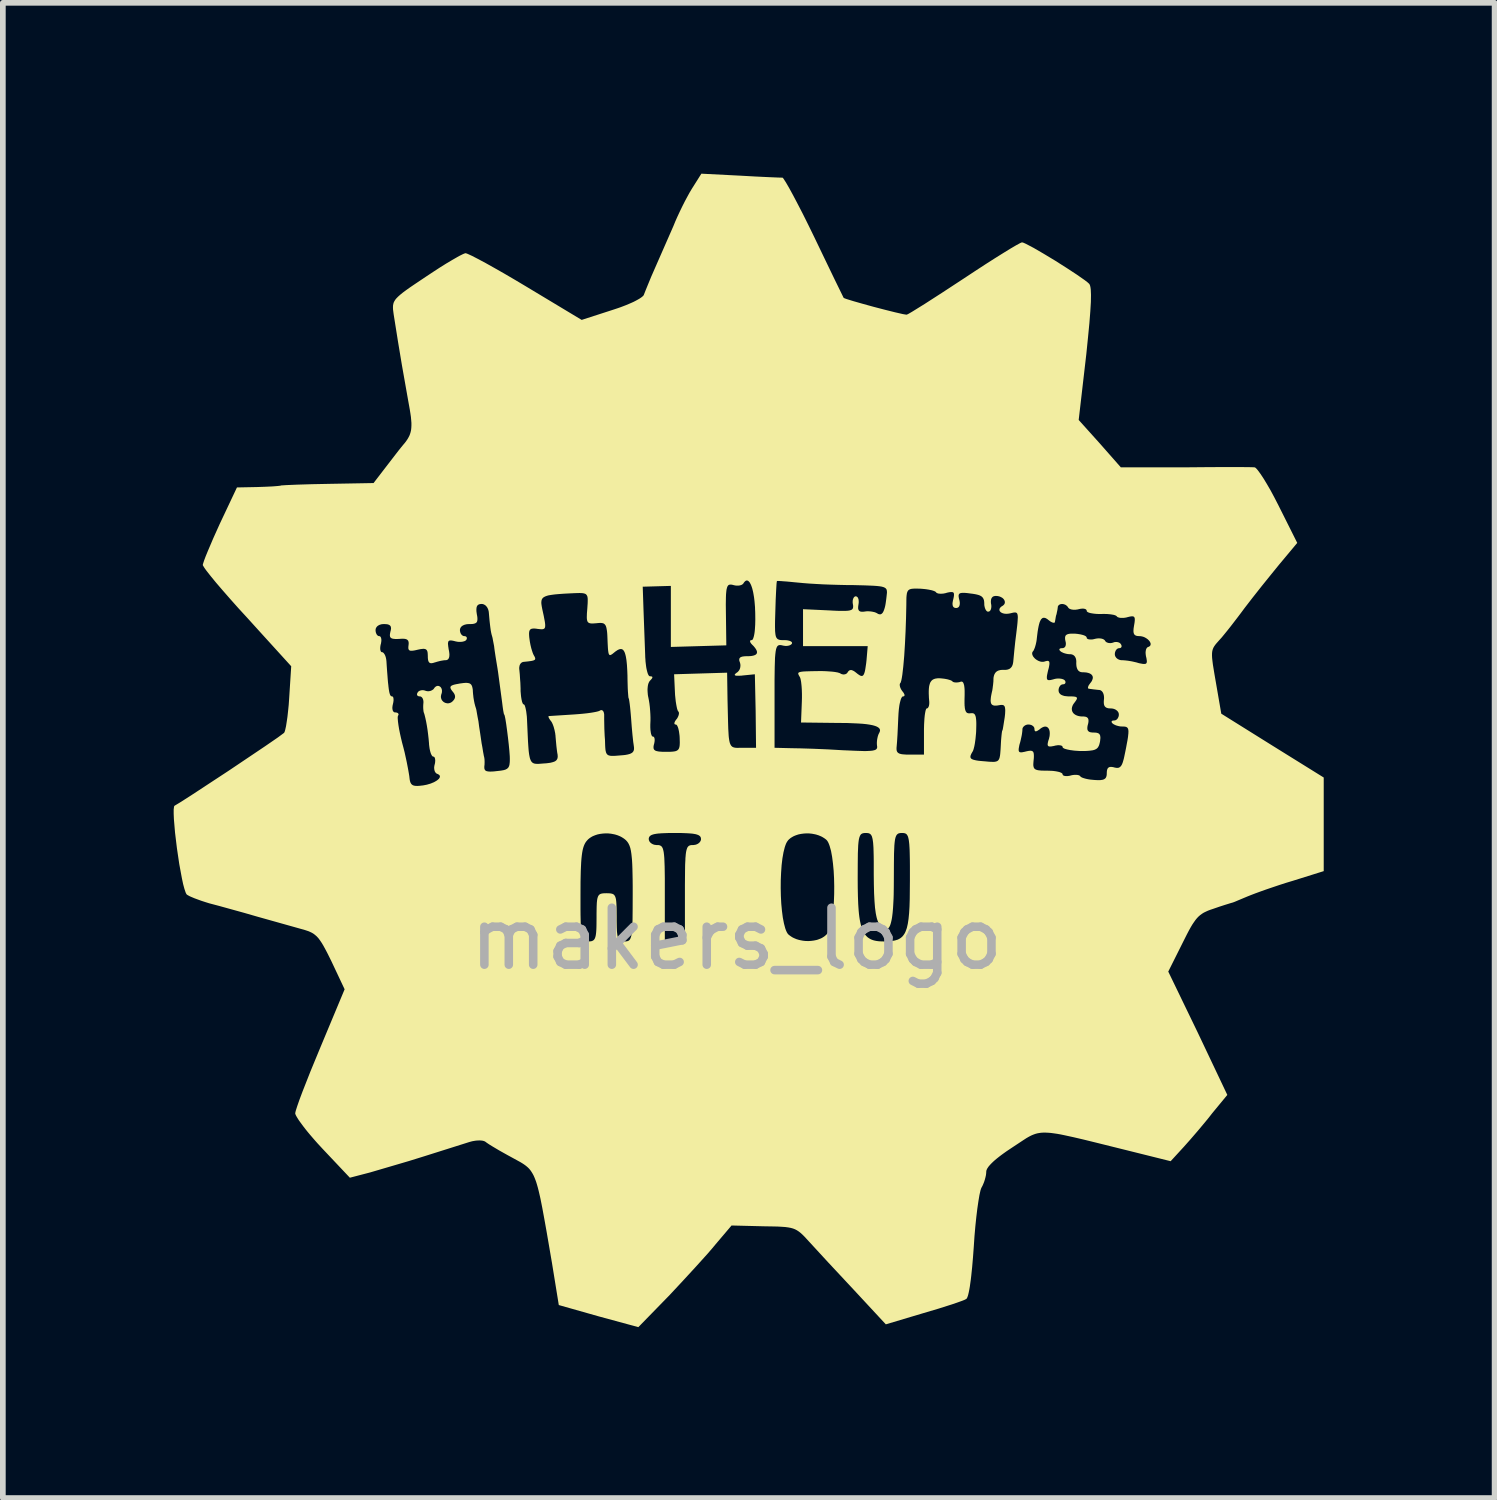
<source format=kicad_pcb>
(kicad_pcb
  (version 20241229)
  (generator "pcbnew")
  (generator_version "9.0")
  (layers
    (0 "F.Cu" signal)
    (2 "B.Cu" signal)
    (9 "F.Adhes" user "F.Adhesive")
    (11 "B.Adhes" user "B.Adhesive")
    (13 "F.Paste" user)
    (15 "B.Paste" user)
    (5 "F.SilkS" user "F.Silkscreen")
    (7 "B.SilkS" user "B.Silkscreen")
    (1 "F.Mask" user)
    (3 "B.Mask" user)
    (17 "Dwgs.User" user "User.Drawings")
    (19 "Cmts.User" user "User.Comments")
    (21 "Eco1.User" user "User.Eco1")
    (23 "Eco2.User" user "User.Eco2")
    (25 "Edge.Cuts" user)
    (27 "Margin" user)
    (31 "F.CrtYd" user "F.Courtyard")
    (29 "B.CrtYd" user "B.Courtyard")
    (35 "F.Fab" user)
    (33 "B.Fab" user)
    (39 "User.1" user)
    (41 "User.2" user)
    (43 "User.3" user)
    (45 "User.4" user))
  (footprint "makers_logo"
    (layer "F.Cu")
    (at 9.885 10.936)
    (property "Reference" "makers_logo" (at 1.05 5.08 0) (unlocked yes) (layer "F.SilkS") (effects (font (size 1 1) (thickness 0.15))))
    (attr smd)
    (fp_poly (pts (xy 0.067 -10.901) (xy 0.336 -10.886) (xy 0.567 -10.875) (xy 0.733 -10.868) (xy 0.808 -10.866) (xy 0.816 -10.859) (xy 0.828 -10.842) (xy 0.868 -10.78) (xy 0.924 -10.683) (xy 0.994 -10.555) (xy 1.075 -10.401) (xy 1.166 -10.225) (xy 1.263 -10.03) (xy 1.365 -9.821) (xy 1.561 -9.413) (xy 1.723 -9.077) (xy 1.88 -8.756) (xy 1.895 -8.748) (xy 1.93 -8.735) (xy 2.05 -8.698) (xy 2.218 -8.65) (xy 2.41 -8.597) (xy 2.606 -8.546) (xy 2.782 -8.502) (xy 2.917 -8.471) (xy 2.962 -8.463) (xy 2.988 -8.46) (xy 3.016 -8.473) (xy 3.08 -8.51) (xy 3.301 -8.647) (xy 3.616 -8.85) (xy 3.99 -9.095) (xy 4.184 -9.223) (xy 4.368 -9.343) (xy 4.537 -9.451) (xy 4.686 -9.544) (xy 4.813 -9.622) (xy 4.912 -9.68) (xy 4.951 -9.701) (xy 4.98 -9.717) (xy 5.001 -9.726) (xy 5.013 -9.73) (xy 5.039 -9.723) (xy 5.083 -9.703) (xy 5.218 -9.632) (xy 5.395 -9.529) (xy 5.594 -9.409) (xy 5.794 -9.282) (xy 5.974 -9.164) (xy 6.113 -9.067) (xy 6.161 -9.03) (xy 6.191 -9.003) (xy 6.201 -8.988) (xy 6.209 -8.967) (xy 6.215 -8.939) (xy 6.22 -8.903) (xy 6.224 -8.809) (xy 6.222 -8.682) (xy 6.212 -8.517) (xy 6.196 -8.312) (xy 6.172 -8.064) (xy 6.142 -7.768) (xy 6.008 -6.611) (xy 6.382 -6.195) (xy 6.748 -5.779) (xy 7.877 -5.779) (xy 8.323 -5.783) (xy 8.702 -5.784) (xy 8.974 -5.783) (xy 9.057 -5.781) (xy 9.098 -5.779) (xy 9.108 -5.775) (xy 9.12 -5.765) (xy 9.136 -5.749) (xy 9.155 -5.726) (xy 9.2 -5.665) (xy 9.253 -5.585) (xy 9.313 -5.486) (xy 9.378 -5.374) (xy 9.445 -5.249) (xy 9.514 -5.115) (xy 9.846 -4.452) (xy 9.528 -4.071) (xy 9.385 -3.895) (xy 9.222 -3.693) (xy 9.061 -3.489) (xy 8.922 -3.309) (xy 8.862 -3.228) (xy 8.8 -3.146) (xy 8.737 -3.064) (xy 8.676 -2.985) (xy 8.619 -2.913) (xy 8.566 -2.848) (xy 8.521 -2.793) (xy 8.484 -2.752) (xy 8.428 -2.689) (xy 8.406 -2.662) (xy 8.388 -2.636) (xy 8.373 -2.61) (xy 8.362 -2.582) (xy 8.354 -2.552) (xy 8.35 -2.518) (xy 8.349 -2.478) (xy 8.351 -2.432) (xy 8.357 -2.378) (xy 8.365 -2.314) (xy 8.391 -2.154) (xy 8.428 -1.94) (xy 8.512 -1.453) (xy 9.415 -0.889) (xy 10.311 -0.332) (xy 10.311 1.312) (xy 9.768 1.482) (xy 9.652 1.517) (xy 9.534 1.555) (xy 9.418 1.594) (xy 9.306 1.632) (xy 9.202 1.669) (xy 9.109 1.703) (xy 9.031 1.733) (xy 8.971 1.757) (xy 8.787 1.834) (xy 8.752 1.849) (xy 8.723 1.86) (xy 8.711 1.864) (xy 8.701 1.867) (xy 8.694 1.869) (xy 8.689 1.87) (xy 8.579 1.904) (xy 8.48 1.936) (xy 8.364 1.976) (xy 8.319 1.991) (xy 8.277 2.007) (xy 8.24 2.024) (xy 8.205 2.041) (xy 8.173 2.061) (xy 8.143 2.083) (xy 8.114 2.108) (xy 8.086 2.137) (xy 8.059 2.17) (xy 8.032 2.208) (xy 8.003 2.251) (xy 7.974 2.3) (xy 7.943 2.356) (xy 7.91 2.419) (xy 7.835 2.568) (xy 7.581 3.076) (xy 8.103 4.156) (xy 8.618 5.242) (xy 8.35 5.567) (xy 8.294 5.639) (xy 8.231 5.716) (xy 8.165 5.795) (xy 8.098 5.875) (xy 7.967 6.027) (xy 7.856 6.152) (xy 7.623 6.406) (xy 6.833 6.209) (xy 6.302 6.077) (xy 6.09 6.025) (xy 5.91 5.983) (xy 5.758 5.95) (xy 5.691 5.936) (xy 5.629 5.925) (xy 5.573 5.917) (xy 5.521 5.91) (xy 5.473 5.906) (xy 5.429 5.904) (xy 5.388 5.904) (xy 5.35 5.906) (xy 5.314 5.911) (xy 5.281 5.917) (xy 5.248 5.926) (xy 5.217 5.937) (xy 5.185 5.95) (xy 5.154 5.965) (xy 5.123 5.982) (xy 5.09 6.001) (xy 5.021 6.046) (xy 4.85 6.159) (xy 4.796 6.195) (xy 4.745 6.229) (xy 4.697 6.263) (xy 4.653 6.295) (xy 4.611 6.327) (xy 4.573 6.357) (xy 4.538 6.386) (xy 4.507 6.414) (xy 4.479 6.441) (xy 4.454 6.467) (xy 4.433 6.491) (xy 4.424 6.502) (xy 4.416 6.514) (xy 4.409 6.525) (xy 4.402 6.535) (xy 4.397 6.545) (xy 4.393 6.555) (xy 4.389 6.564) (xy 4.387 6.573) (xy 4.385 6.582) (xy 4.385 6.59) (xy 4.384 6.604) (xy 4.383 6.619) (xy 4.381 6.635) (xy 4.379 6.652) (xy 4.375 6.67) (xy 4.371 6.688) (xy 4.366 6.707) (xy 4.361 6.726) (xy 4.355 6.745) (xy 4.349 6.764) (xy 4.342 6.783) (xy 4.334 6.802) (xy 4.326 6.821) (xy 4.318 6.839) (xy 4.309 6.856) (xy 4.3 6.872) (xy 4.292 6.892) (xy 4.283 6.921) (xy 4.265 7.001) (xy 4.247 7.109) (xy 4.228 7.239) (xy 4.21 7.388) (xy 4.193 7.551) (xy 4.178 7.724) (xy 4.166 7.902) (xy 4.152 8.093) (xy 4.137 8.266) (xy 4.121 8.42) (xy 4.113 8.489) (xy 4.104 8.552) (xy 4.096 8.61) (xy 4.087 8.661) (xy 4.078 8.706) (xy 4.069 8.745) (xy 4.06 8.776) (xy 4.051 8.8) (xy 4.046 8.81) (xy 4.041 8.817) (xy 4.037 8.823) (xy 4.032 8.826) (xy 4.003 8.841) (xy 3.949 8.862) (xy 3.874 8.889) (xy 3.78 8.921) (xy 3.55 8.994) (xy 3.284 9.073) (xy 2.621 9.271) (xy 2.071 8.678) (xy 1.608 8.182) (xy 1.412 7.969) (xy 1.273 7.818) (xy 1.193 7.731) (xy 1.158 7.696) (xy 1.125 7.666) (xy 1.093 7.641) (xy 1.061 7.62) (xy 1.027 7.602) (xy 0.991 7.588) (xy 0.951 7.577) (xy 0.907 7.569) (xy 0.856 7.562) (xy 0.799 7.558) (xy 0.733 7.554) (xy 0.658 7.552) (xy 0.476 7.549) (xy -0.088 7.535) (xy -0.364 7.86) (xy -0.429 7.938) (xy -0.511 8.033) (xy -0.714 8.258) (xy -0.944 8.508) (xy -1.175 8.756) (xy -1.725 9.32) (xy -2.424 9.13) (xy -3.122 8.932) (xy -3.242 8.191) (xy -3.337 7.638) (xy -3.377 7.415) (xy -3.412 7.225) (xy -3.444 7.064) (xy -3.46 6.993) (xy -3.475 6.929) (xy -3.49 6.87) (xy -3.505 6.817) (xy -3.52 6.768) (xy -3.536 6.725) (xy -3.552 6.685) (xy -3.568 6.65) (xy -3.586 6.618) (xy -3.604 6.589) (xy -3.623 6.562) (xy -3.643 6.538) (xy -3.665 6.516) (xy -3.688 6.496) (xy -3.712 6.477) (xy -3.739 6.458) (xy -3.767 6.44) (xy -3.797 6.422) (xy -3.941 6.343) (xy -4.02 6.3) (xy -4.097 6.257) (xy -4.17 6.216) (xy -4.237 6.176) (xy -4.296 6.141) (xy -4.346 6.11) (xy -4.383 6.085) (xy -4.397 6.075) (xy -4.406 6.068) (xy -4.415 6.062) (xy -4.426 6.056) (xy -4.438 6.052) (xy -4.451 6.048) (xy -4.466 6.045) (xy -4.483 6.043) (xy -4.5 6.042) (xy -4.518 6.041) (xy -4.538 6.042) (xy -4.558 6.043) (xy -4.579 6.045) (xy -4.6 6.048) (xy -4.622 6.052) (xy -4.644 6.056) (xy -4.666 6.062) (xy -4.689 6.068) (xy -5.493 6.322) (xy -5.754 6.403) (xy -6.019 6.481) (xy -6.438 6.604) (xy -6.791 6.696) (xy -7.264 6.195) (xy -7.313 6.142) (xy -7.362 6.089) (xy -7.408 6.037) (xy -7.452 5.986) (xy -7.494 5.937) (xy -7.534 5.889) (xy -7.571 5.843) (xy -7.605 5.799) (xy -7.636 5.757) (xy -7.664 5.719) (xy -7.689 5.684) (xy -7.709 5.652) (xy -7.726 5.624) (xy -7.739 5.6) (xy -7.747 5.581) (xy -7.749 5.573) (xy -7.751 5.567) (xy -7.748 5.55) (xy -7.742 5.523) (xy -7.716 5.441) (xy -7.676 5.326) (xy -7.622 5.182) (xy -7.483 4.829) (xy -7.313 4.417) (xy -6.883 3.387) (xy -7.116 2.893) (xy -7.155 2.814) (xy -7.19 2.744) (xy -7.223 2.682) (xy -7.253 2.627) (xy -7.281 2.579) (xy -7.309 2.537) (xy -7.322 2.519) (xy -7.335 2.501) (xy -7.348 2.485) (xy -7.362 2.47) (xy -7.375 2.456) (xy -7.389 2.444) (xy -7.403 2.432) (xy -7.417 2.421) (xy -7.432 2.41) (xy -7.447 2.401) (xy -7.463 2.392) (xy -7.48 2.384) (xy -7.497 2.376) (xy -7.515 2.368) (xy -7.554 2.355) (xy -7.597 2.341) (xy -7.645 2.328) (xy -8.421 2.11) (xy -8.639 2.047) (xy -8.87 1.983) (xy -9.087 1.923) (xy -9.261 1.877) (xy -9.331 1.855) (xy -9.399 1.833) (xy -9.462 1.81) (xy -9.519 1.789) (xy -9.545 1.778) (xy -9.569 1.768) (xy -9.59 1.759) (xy -9.609 1.75) (xy -9.625 1.741) (xy -9.638 1.734) (xy -9.649 1.727) (xy -9.656 1.722) (xy -2.741 1.722) (xy -2.741 1.859) (xy -2.741 1.98) (xy -2.74 2.086) (xy -2.738 2.178) (xy -2.737 2.219) (xy -2.736 2.257) (xy -2.734 2.292) (xy -2.732 2.324) (xy -2.73 2.353) (xy -2.727 2.38) (xy -2.724 2.404) (xy -2.721 2.425) (xy -2.717 2.445) (xy -2.713 2.462) (xy -2.709 2.477) (xy -2.704 2.49) (xy -2.701 2.496) (xy -2.698 2.502) (xy -2.695 2.507) (xy -2.692 2.512) (xy -2.689 2.516) (xy -2.686 2.52) (xy -2.682 2.524) (xy -2.679 2.527) (xy -2.675 2.53) (xy -2.671 2.533) (xy -2.667 2.535) (xy -2.663 2.537) (xy -2.659 2.539) (xy -2.654 2.541) (xy -2.645 2.543) (xy -2.635 2.545) (xy -2.624 2.546) (xy -2.612 2.547) (xy -2.6 2.547) (xy -2.578 2.546) (xy -2.558 2.544) (xy -2.54 2.54) (xy -2.525 2.533) (xy -2.518 2.529) (xy -2.511 2.524) (xy -2.505 2.518) (xy -2.5 2.512) (xy -2.495 2.504) (xy -2.49 2.496) (xy -2.482 2.476) (xy -2.475 2.451) (xy -2.47 2.422) (xy -2.466 2.388) (xy -2.463 2.348) (xy -2.461 2.302) (xy -2.46 2.249) (xy -2.459 2.124) (xy -2.459 2.053) (xy -2.458 1.99) (xy -2.457 1.935) (xy -2.455 1.888) (xy -2.454 1.867) (xy -2.452 1.847) (xy -2.45 1.829) (xy -2.448 1.813) (xy -2.445 1.798) (xy -2.442 1.784) (xy -2.438 1.772) (xy -2.434 1.761) (xy -2.43 1.751) (xy -2.425 1.743) (xy -2.419 1.735) (xy -2.413 1.728) (xy -2.406 1.722) (xy -2.399 1.718) (xy -2.391 1.713) (xy -2.382 1.71) (xy -2.372 1.707) (xy -2.362 1.705) (xy -2.351 1.703) (xy -2.339 1.702) (xy -2.326 1.701) (xy -2.313 1.701) (xy -2.283 1.7) (xy -2.253 1.701) (xy -2.226 1.702) (xy -2.204 1.705) (xy -2.184 1.71) (xy -2.175 1.713) (xy -2.167 1.718) (xy -2.159 1.722) (xy -2.152 1.728) (xy -2.146 1.735) (xy -2.141 1.743) (xy -2.136 1.751) (xy -2.131 1.761) (xy -2.123 1.784) (xy -2.117 1.813) (xy -2.113 1.847) (xy -2.11 1.888) (xy -2.108 1.935) (xy -2.107 1.99) (xy -2.106 2.124) (xy -2.106 2.19) (xy -2.105 2.249) (xy -2.104 2.302) (xy -2.102 2.348) (xy -2.101 2.368) (xy -2.099 2.388) (xy -2.097 2.405) (xy -2.095 2.422) (xy -2.093 2.437) (xy -2.09 2.451) (xy -2.087 2.464) (xy -2.083 2.476) (xy -2.08 2.486) (xy -2.075 2.496) (xy -2.071 2.504) (xy -2.066 2.512) (xy -2.06 2.518) (xy -2.054 2.524) (xy -2.048 2.529) (xy -2.041 2.533) (xy -2.033 2.537) (xy -2.025 2.54) (xy -2.017 2.542) (xy -2.008 2.544) (xy -1.998 2.545) (xy -1.988 2.546) (xy -1.977 2.547) (xy -1.965 2.547) (xy -1.942 2.546) (xy -1.921 2.543) (xy -1.902 2.537) (xy -1.887 2.527) (xy -1.873 2.512) (xy -1.862 2.49) (xy -1.852 2.461) (xy -1.844 2.424) (xy -1.838 2.378) (xy -1.833 2.322) (xy -1.827 2.175) (xy -1.825 1.975) (xy -1.824 1.714) (xy -1.824 1.585) (xy -1.825 1.469) (xy -1.827 1.365) (xy -1.829 1.273) (xy -1.832 1.191) (xy -1.836 1.12) (xy -1.839 1.087) (xy -1.842 1.057) (xy -1.845 1.029) (xy -1.848 1.003) (xy -1.852 0.978) (xy -1.855 0.956) (xy -1.86 0.935) (xy -1.864 0.915) (xy -1.869 0.897) (xy -1.875 0.88) (xy -1.88 0.865) (xy -1.887 0.85) (xy -1.893 0.837) (xy -1.9 0.824) (xy -1.907 0.813) (xy -1.915 0.801) (xy -1.923 0.791) (xy -1.932 0.781) (xy -1.941 0.771) (xy -1.951 0.762) (xy -1.968 0.748) (xy -1.968 0.748) (xy -1.542 0.748) (xy -1.542 0.753) (xy -1.541 0.758) (xy -1.54 0.764) (xy -1.539 0.769) (xy -1.537 0.774) (xy -1.535 0.779) (xy -1.533 0.783) (xy -1.531 0.788) (xy -1.528 0.793) (xy -1.525 0.797) (xy -1.521 0.802) (xy -1.518 0.806) (xy -1.51 0.814) (xy -1.5 0.822) (xy -1.49 0.829) (xy -1.479 0.835) (xy -1.468 0.841) (xy -1.456 0.845) (xy -1.443 0.849) (xy -1.429 0.851) (xy -1.415 0.853) (xy -1.408 0.854) (xy -1.401 0.854) (xy -1.377 0.854) (xy -1.356 0.857) (xy -1.338 0.864) (xy -1.322 0.874) (xy -1.309 0.889) (xy -1.297 0.911) (xy -1.288 0.941) (xy -1.28 0.978) (xy -1.274 1.025) (xy -1.269 1.082) (xy -1.263 1.232) (xy -1.26 1.435) (xy -1.26 1.7) (xy -1.26 2.547) (xy -0.907 2.547) (xy -0.907 1.7) (xy -0.907 1.611) (xy 0.775 1.611) (xy 0.778 1.749) (xy 0.785 1.883) (xy 0.797 2.01) (xy 0.812 2.127) (xy 0.832 2.231) (xy 0.855 2.317) (xy 0.868 2.353) (xy 0.882 2.384) (xy 0.897 2.409) (xy 0.913 2.427) (xy 0.931 2.441) (xy 0.949 2.454) (xy 0.967 2.466) (xy 0.987 2.478) (xy 1.008 2.488) (xy 1.029 2.497) (xy 1.05 2.506) (xy 1.073 2.513) (xy 1.096 2.52) (xy 1.119 2.525) (xy 1.166 2.534) (xy 1.214 2.539) (xy 1.262 2.54) (xy 1.31 2.537) (xy 1.356 2.531) (xy 1.401 2.522) (xy 1.423 2.516) (xy 1.444 2.508) (xy 1.465 2.5) (xy 1.485 2.492) (xy 1.504 2.482) (xy 1.522 2.471) (xy 1.539 2.46) (xy 1.555 2.447) (xy 1.57 2.434) (xy 1.584 2.42) (xy 1.6 2.398) (xy 1.616 2.371) (xy 1.63 2.337) (xy 1.643 2.299) (xy 1.666 2.208) (xy 1.685 2.1) (xy 1.699 1.981) (xy 1.709 1.851) (xy 1.714 1.716) (xy 1.715 1.578) (xy 1.712 1.44) (xy 1.712 1.439) (xy 2.127 1.439) (xy 2.128 1.605) (xy 2.131 1.754) (xy 2.136 1.887) (xy 2.14 1.948) (xy 2.144 2.005) (xy 2.149 2.059) (xy 2.155 2.109) (xy 2.162 2.156) (xy 2.17 2.199) (xy 2.179 2.239) (xy 2.188 2.277) (xy 2.199 2.311) (xy 2.211 2.342) (xy 2.224 2.371) (xy 2.238 2.397) (xy 2.253 2.421) (xy 2.27 2.442) (xy 2.288 2.461) (xy 2.307 2.478) (xy 2.328 2.492) (xy 2.35 2.505) (xy 2.374 2.516) (xy 2.399 2.525) (xy 2.426 2.532) (xy 2.455 2.538) (xy 2.485 2.542) (xy 2.517 2.545) (xy 2.55 2.546) (xy 2.586 2.547) (xy 2.658 2.546) (xy 2.723 2.54) (xy 2.78 2.53) (xy 2.83 2.515) (xy 2.852 2.504) (xy 2.873 2.492) (xy 2.893 2.477) (xy 2.911 2.461) (xy 2.927 2.442) (xy 2.942 2.421) (xy 2.956 2.398) (xy 2.968 2.372) (xy 2.99 2.311) (xy 3.007 2.237) (xy 3.02 2.151) (xy 3.03 2.05) (xy 3.037 1.934) (xy 3.041 1.801) (xy 3.044 1.482) (xy 3.044 1.342) (xy 3.044 1.219) (xy 3.043 1.111) (xy 3.041 1.017) (xy 3.04 0.975) (xy 3.039 0.937) (xy 3.037 0.901) (xy 3.035 0.869) (xy 3.033 0.839) (xy 3.03 0.812) (xy 3.027 0.788) (xy 3.024 0.765) (xy 3.02 0.746) (xy 3.016 0.728) (xy 3.012 0.713) (xy 3.007 0.699) (xy 3.004 0.693) (xy 3.001 0.688) (xy 2.998 0.682) (xy 2.995 0.678) (xy 2.992 0.673) (xy 2.989 0.669) (xy 2.985 0.665) (xy 2.982 0.662) (xy 2.978 0.659) (xy 2.974 0.656) (xy 2.97 0.654) (xy 2.966 0.652) (xy 2.962 0.65) (xy 2.957 0.648) (xy 2.948 0.646) (xy 2.938 0.644) (xy 2.927 0.643) (xy 2.915 0.642) (xy 2.903 0.642) (xy 2.879 0.643) (xy 2.859 0.646) (xy 2.84 0.652) (xy 2.825 0.662) (xy 2.811 0.677) (xy 2.8 0.697) (xy 2.79 0.725) (xy 2.782 0.761) (xy 2.776 0.806) (xy 2.771 0.86) (xy 2.765 1.002) (xy 2.763 1.195) (xy 2.762 1.446) (xy 2.761 1.595) (xy 2.759 1.729) (xy 2.757 1.791) (xy 2.754 1.85) (xy 2.751 1.904) (xy 2.748 1.956) (xy 2.744 2.004) (xy 2.74 2.048) (xy 2.735 2.089) (xy 2.73 2.127) (xy 2.724 2.161) (xy 2.717 2.193) (xy 2.71 2.221) (xy 2.703 2.245) (xy 2.695 2.267) (xy 2.686 2.285) (xy 2.682 2.293) (xy 2.677 2.301) (xy 2.672 2.307) (xy 2.667 2.313) (xy 2.662 2.318) (xy 2.657 2.322) (xy 2.652 2.325) (xy 2.646 2.328) (xy 2.64 2.33) (xy 2.634 2.331) (xy 2.628 2.332) (xy 2.622 2.331) (xy 2.616 2.33) (xy 2.609 2.329) (xy 2.603 2.326) (xy 2.596 2.323) (xy 2.589 2.319) (xy 2.582 2.314) (xy 2.567 2.303) (xy 2.551 2.289) (xy 2.535 2.272) (xy 2.518 2.252) (xy 2.501 2.23) (xy 2.489 2.21) (xy 2.479 2.187) (xy 2.469 2.159) (xy 2.46 2.127) (xy 2.452 2.09) (xy 2.444 2.049) (xy 2.431 1.953) (xy 2.422 1.837) (xy 2.415 1.702) (xy 2.411 1.546) (xy 2.409 1.369) (xy 2.409 1.249) (xy 2.409 1.143) (xy 2.408 1.05) (xy 2.406 0.969) (xy 2.405 0.933) (xy 2.404 0.9) (xy 2.402 0.869) (xy 2.4 0.841) (xy 2.398 0.815) (xy 2.395 0.792) (xy 2.392 0.771) (xy 2.389 0.751) (xy 2.385 0.734) (xy 2.381 0.719) (xy 2.377 0.705) (xy 2.372 0.693) (xy 2.369 0.688) (xy 2.366 0.683) (xy 2.363 0.678) (xy 2.36 0.674) (xy 2.357 0.67) (xy 2.354 0.667) (xy 2.35 0.663) (xy 2.347 0.66) (xy 2.343 0.658) (xy 2.339 0.655) (xy 2.335 0.653) (xy 2.331 0.651) (xy 2.322 0.648) (xy 2.313 0.645) (xy 2.303 0.644) (xy 2.292 0.643) (xy 2.28 0.642) (xy 2.268 0.642) (xy 2.244 0.643) (xy 2.224 0.646) (xy 2.205 0.652) (xy 2.19 0.661) (xy 2.176 0.676) (xy 2.165 0.697) (xy 2.155 0.725) (xy 2.147 0.76) (xy 2.141 0.804) (xy 2.136 0.858) (xy 2.13 0.999) (xy 2.128 1.19) (xy 2.127 1.439) (xy 1.712 1.439) (xy 1.705 1.306) (xy 1.693 1.179) (xy 1.678 1.062) (xy 1.659 0.958) (xy 1.635 0.872) (xy 1.622 0.836) (xy 1.608 0.805) (xy 1.593 0.78) (xy 1.577 0.762) (xy 1.56 0.748) (xy 1.542 0.735) (xy 1.523 0.723) (xy 1.503 0.711) (xy 1.483 0.701) (xy 1.461 0.692) (xy 1.44 0.683) (xy 1.417 0.676) (xy 1.395 0.669) (xy 1.372 0.664) (xy 1.324 0.655) (xy 1.276 0.65) (xy 1.228 0.649) (xy 1.181 0.652) (xy 1.134 0.658) (xy 1.089 0.667) (xy 1.067 0.674) (xy 1.046 0.681) (xy 1.025 0.689) (xy 1.006 0.697) (xy 0.987 0.707) (xy 0.969 0.718) (xy 0.951 0.729) (xy 0.935 0.742) (xy 0.92 0.755) (xy 0.906 0.769) (xy 0.89 0.791) (xy 0.874 0.818) (xy 0.86 0.852) (xy 0.847 0.89) (xy 0.824 0.981) (xy 0.805 1.089) (xy 0.791 1.208) (xy 0.782 1.338) (xy 0.776 1.473) (xy 0.775 1.611) (xy -0.907 1.611) (xy -0.907 1.559) (xy -0.906 1.435) (xy -0.905 1.326) (xy -0.904 1.232) (xy -0.903 1.19) (xy -0.901 1.151) (xy -0.899 1.115) (xy -0.898 1.082) (xy -0.895 1.052) (xy -0.893 1.025) (xy -0.89 1) (xy -0.887 0.978) (xy -0.883 0.958) (xy -0.879 0.941) (xy -0.874 0.925) (xy -0.869 0.911) (xy -0.867 0.905) (xy -0.864 0.9) (xy -0.861 0.894) (xy -0.858 0.889) (xy -0.855 0.885) (xy -0.851 0.881) (xy -0.848 0.877) (xy -0.844 0.874) (xy -0.841 0.871) (xy -0.837 0.868) (xy -0.833 0.866) (xy -0.829 0.864) (xy -0.824 0.862) (xy -0.82 0.86) (xy -0.81 0.857) (xy -0.8 0.856) (xy -0.789 0.854) (xy -0.778 0.854) (xy -0.766 0.854) (xy -0.759 0.854) (xy -0.751 0.853) (xy -0.744 0.852) (xy -0.737 0.851) (xy -0.731 0.85) (xy -0.724 0.849) (xy -0.717 0.847) (xy -0.711 0.845) (xy -0.705 0.843) (xy -0.699 0.841) (xy -0.693 0.838) (xy -0.687 0.835) (xy -0.681 0.832) (xy -0.676 0.829) (xy -0.671 0.825) (xy -0.666 0.822) (xy -0.661 0.818) (xy -0.657 0.814) (xy -0.653 0.81) (xy -0.649 0.806) (xy -0.645 0.802) (xy -0.642 0.797) (xy -0.639 0.793) (xy -0.636 0.788) (xy -0.633 0.783) (xy -0.631 0.779) (xy -0.629 0.774) (xy -0.628 0.769) (xy -0.626 0.764) (xy -0.625 0.758) (xy -0.625 0.753) (xy -0.625 0.748) (xy -0.626 0.733) (xy -0.63 0.719) (xy -0.636 0.707) (xy -0.646 0.696) (xy -0.659 0.686) (xy -0.675 0.677) (xy -0.695 0.67) (xy -0.719 0.663) (xy -0.747 0.658) (xy -0.78 0.653) (xy -0.817 0.65) (xy -0.86 0.647) (xy -0.96 0.643) (xy -1.083 0.642) (xy -1.148 0.642) (xy -1.206 0.643) (xy -1.259 0.645) (xy -1.284 0.646) (xy -1.307 0.647) (xy -1.329 0.648) (xy -1.349 0.65) (xy -1.368 0.651) (xy -1.386 0.653) (xy -1.403 0.655) (xy -1.419 0.658) (xy -1.434 0.66) (xy -1.447 0.663) (xy -1.46 0.666) (xy -1.472 0.67) (xy -1.482 0.673) (xy -1.492 0.677) (xy -1.5 0.681) (xy -1.508 0.686) (xy -1.515 0.691) (xy -1.521 0.696) (xy -1.526 0.701) (xy -1.53 0.707) (xy -1.534 0.713) (xy -1.537 0.719) (xy -1.539 0.726) (xy -1.541 0.733) (xy -1.542 0.74) (xy -1.542 0.748) (xy -1.968 0.748) (xy -1.986 0.735) (xy -2.005 0.723) (xy -2.025 0.711) (xy -2.045 0.701) (xy -2.066 0.692) (xy -2.088 0.683) (xy -2.11 0.676) (xy -2.133 0.669) (xy -2.156 0.664) (xy -2.203 0.655) (xy -2.251 0.65) (xy -2.299 0.649) (xy -2.347 0.652) (xy -2.394 0.658) (xy -2.439 0.667) (xy -2.461 0.674) (xy -2.482 0.681) (xy -2.502 0.689) (xy -2.522 0.697) (xy -2.541 0.707) (xy -2.559 0.718) (xy -2.576 0.729) (xy -2.593 0.742) (xy -2.608 0.755) (xy -2.621 0.769) (xy -2.639 0.79) (xy -2.655 0.813) (xy -2.669 0.839) (xy -2.682 0.869) (xy -2.693 0.903) (xy -2.703 0.942) (xy -2.711 0.986) (xy -2.718 1.036) (xy -2.724 1.093) (xy -2.729 1.157) (xy -2.736 1.308) (xy -2.74 1.495) (xy -2.741 1.722) (xy -9.656 1.722) (xy -9.665 1.708) (xy -9.675 1.687) (xy -9.696 1.625) (xy -9.719 1.54) (xy -9.741 1.436) (xy -9.787 1.187) (xy -9.828 0.91) (xy -9.861 0.637) (xy -9.881 0.4) (xy -9.885 0.305) (xy -9.885 0.231) (xy -9.879 0.182) (xy -9.874 0.168) (xy -9.867 0.162) (xy -9.769 0.103) (xy -9.552 -0.036) (xy -8.918 -0.452) (xy -8.28 -0.881) (xy -8.056 -1.035) (xy -7.948 -1.115) (xy -7.943 -1.122) (xy -7.937 -1.134) (xy -7.931 -1.152) (xy -7.925 -1.175) (xy -7.912 -1.234) (xy -7.9 -1.31) (xy -7.887 -1.399) (xy -7.876 -1.499) (xy -7.865 -1.607) (xy -7.857 -1.722) (xy -7.821 -2.286) (xy -8.398 -2.921) (xy -6.34 -2.921) (xy -6.34 -2.916) (xy -6.339 -2.911) (xy -6.339 -2.905) (xy -6.338 -2.9) (xy -6.338 -2.895) (xy -6.337 -2.89) (xy -6.336 -2.885) (xy -6.335 -2.881) (xy -6.333 -2.876) (xy -6.332 -2.871) (xy -6.33 -2.867) (xy -6.329 -2.863) (xy -6.327 -2.859) (xy -6.325 -2.855) (xy -6.323 -2.851) (xy -6.321 -2.847) (xy -6.319 -2.843) (xy -6.317 -2.84) (xy -6.314 -2.837) (xy -6.312 -2.834) (xy -6.309 -2.831) (xy -6.306 -2.828) (xy -6.304 -2.826) (xy -6.301 -2.824) (xy -6.298 -2.822) (xy -6.295 -2.82) (xy -6.292 -2.819) (xy -6.289 -2.817) (xy -6.286 -2.816) (xy -6.283 -2.816) (xy -6.279 -2.815) (xy -6.276 -2.815) (xy -6.273 -2.815) (xy -6.27 -2.814) (xy -6.267 -2.814) (xy -6.264 -2.812) (xy -6.261 -2.811) (xy -6.259 -2.809) (xy -6.256 -2.807) (xy -6.254 -2.804) (xy -6.252 -2.801) (xy -6.25 -2.798) (xy -6.246 -2.791) (xy -6.243 -2.783) (xy -6.241 -2.774) (xy -6.239 -2.764) (xy -6.238 -2.753) (xy -6.238 -2.741) (xy -6.238 -2.729) (xy -6.24 -2.716) (xy -6.242 -2.702) (xy -6.244 -2.688) (xy -6.248 -2.674) (xy -6.25 -2.667) (xy -6.251 -2.66) (xy -6.253 -2.653) (xy -6.254 -2.646) (xy -6.255 -2.639) (xy -6.256 -2.632) (xy -6.257 -2.626) (xy -6.257 -2.619) (xy -6.258 -2.613) (xy -6.258 -2.607) (xy -6.258 -2.601) (xy -6.258 -2.595) (xy -6.258 -2.59) (xy -6.257 -2.584) (xy -6.257 -2.579) (xy -6.256 -2.574) (xy -6.255 -2.57) (xy -6.254 -2.565) (xy -6.253 -2.561) (xy -6.251 -2.557) (xy -6.25 -2.553) (xy -6.248 -2.55) (xy -6.247 -2.547) (xy -6.245 -2.544) (xy -6.243 -2.542) (xy -6.241 -2.539) (xy -6.239 -2.537) (xy -6.237 -2.536) (xy -6.234 -2.535) (xy -6.232 -2.534) (xy -6.229 -2.533) (xy -6.227 -2.533) (xy -6.223 -2.533) (xy -6.22 -2.532) (xy -6.217 -2.531) (xy -6.214 -2.53) (xy -6.21 -2.528) (xy -6.207 -2.526) (xy -6.201 -2.521) (xy -6.195 -2.514) (xy -6.189 -2.506) (xy -6.183 -2.497) (xy -6.177 -2.487) (xy -6.172 -2.476) (xy -6.167 -2.464) (xy -6.163 -2.451) (xy -6.159 -2.438) (xy -6.156 -2.424) (xy -6.153 -2.409) (xy -6.151 -2.393) (xy -6.149 -2.378) (xy -6.143 -2.284) (xy -6.137 -2.199) (xy -6.131 -2.124) (xy -6.126 -2.057) (xy -6.121 -1.999) (xy -6.115 -1.949) (xy -6.113 -1.926) (xy -6.11 -1.905) (xy -6.108 -1.886) (xy -6.105 -1.869) (xy -6.102 -1.853) (xy -6.1 -1.838) (xy -6.097 -1.825) (xy -6.094 -1.814) (xy -6.091 -1.803) (xy -6.088 -1.794) (xy -6.085 -1.786) (xy -6.082 -1.779) (xy -6.078 -1.774) (xy -6.075 -1.769) (xy -6.071 -1.765) (xy -6.069 -1.763) (xy -6.067 -1.762) (xy -6.065 -1.761) (xy -6.063 -1.76) (xy -6.059 -1.758) (xy -6.055 -1.757) (xy -6.05 -1.757) (xy -6.048 -1.757) (xy -6.045 -1.756) (xy -6.043 -1.755) (xy -6.041 -1.754) (xy -6.039 -1.752) (xy -6.037 -1.75) (xy -6.035 -1.748) (xy -6.033 -1.746) (xy -6.03 -1.74) (xy -6.028 -1.733) (xy -6.026 -1.725) (xy -6.025 -1.715) (xy -6.024 -1.705) (xy -6.024 -1.695) (xy -6.024 -1.683) (xy -6.026 -1.671) (xy -6.027 -1.658) (xy -6.03 -1.644) (xy -6.033 -1.63) (xy -6.036 -1.616) (xy -6.038 -1.608) (xy -6.04 -1.6) (xy -6.041 -1.593) (xy -6.042 -1.585) (xy -6.043 -1.578) (xy -6.044 -1.571) (xy -6.044 -1.565) (xy -6.045 -1.558) (xy -6.045 -1.552) (xy -6.044 -1.546) (xy -6.044 -1.54) (xy -6.043 -1.534) (xy -6.042 -1.528) (xy -6.041 -1.523) (xy -6.04 -1.518) (xy -6.039 -1.513) (xy -6.037 -1.509) (xy -6.036 -1.505) (xy -6.034 -1.501) (xy -6.031 -1.497) (xy -6.029 -1.494) (xy -6.027 -1.49) (xy -6.024 -1.487) (xy -6.021 -1.485) (xy -6.018 -1.482) (xy -6.015 -1.48) (xy -6.012 -1.479) (xy -6.009 -1.477) (xy -6.005 -1.476) (xy -6.002 -1.475) (xy -5.998 -1.475) (xy -5.994 -1.475) (xy -5.989 -1.475) (xy -5.985 -1.474) (xy -5.981 -1.474) (xy -5.977 -1.473) (xy -5.973 -1.473) (xy -5.969 -1.472) (xy -5.966 -1.471) (xy -5.962 -1.47) (xy -5.959 -1.469) (xy -5.956 -1.467) (xy -5.954 -1.466) (xy -5.951 -1.464) (xy -5.949 -1.463) (xy -5.946 -1.461) (xy -5.945 -1.459) (xy -5.943 -1.457) (xy -5.941 -1.455) (xy -5.94 -1.453) (xy -5.939 -1.451) (xy -5.938 -1.448) (xy -5.937 -1.446) (xy -5.937 -1.444) (xy -5.936 -1.441) (xy -5.936 -1.439) (xy -5.937 -1.436) (xy -5.937 -1.434) (xy -5.938 -1.431) (xy -5.939 -1.429) (xy -5.94 -1.426) (xy -5.941 -1.423) (xy -5.943 -1.421) (xy -5.945 -1.418) (xy -5.948 -1.41) (xy -5.95 -1.397) (xy -5.951 -1.381) (xy -5.95 -1.361) (xy -5.946 -1.313) (xy -5.938 -1.253) (xy -5.927 -1.185) (xy -5.912 -1.11) (xy -5.894 -1.029) (xy -5.874 -0.945) (xy -5.851 -0.859) (xy -5.829 -0.772) (xy -5.81 -0.685) (xy -5.792 -0.602) (xy -5.777 -0.524) (xy -5.764 -0.455) (xy -5.754 -0.397) (xy -5.747 -0.353) (xy -5.744 -0.325) (xy -5.741 -0.3) (xy -5.737 -0.278) (xy -5.732 -0.259) (xy -5.729 -0.25) (xy -5.726 -0.242) (xy -5.722 -0.235) (xy -5.718 -0.228) (xy -5.714 -0.221) (xy -5.709 -0.216) (xy -5.704 -0.21) (xy -5.698 -0.206) (xy -5.692 -0.201) (xy -5.686 -0.198) (xy -5.679 -0.194) (xy -5.671 -0.192) (xy -5.663 -0.189) (xy -5.654 -0.188) (xy -5.645 -0.186) (xy -5.635 -0.185) (xy -5.624 -0.185) (xy -5.613 -0.184) (xy -5.588 -0.185) (xy -5.56 -0.187) (xy -5.528 -0.191) (xy -5.507 -0.193) (xy -5.485 -0.197) (xy -5.465 -0.201) (xy -5.444 -0.205) (xy -5.425 -0.21) (xy -5.406 -0.216) (xy -5.387 -0.221) (xy -5.369 -0.227) (xy -5.352 -0.234) (xy -5.336 -0.241) (xy -5.32 -0.247) (xy -5.305 -0.255) (xy -5.292 -0.262) (xy -5.279 -0.27) (xy -5.267 -0.277) (xy -5.256 -0.285) (xy -5.246 -0.293) (xy -5.237 -0.301) (xy -5.229 -0.308) (xy -5.223 -0.316) (xy -5.218 -0.324) (xy -5.214 -0.331) (xy -5.211 -0.339) (xy -5.21 -0.346) (xy -5.21 -0.35) (xy -5.21 -0.353) (xy -5.21 -0.357) (xy -5.211 -0.36) (xy -5.213 -0.364) (xy -5.214 -0.367) (xy -5.216 -0.37) (xy -5.219 -0.373) (xy -5.225 -0.379) (xy -5.233 -0.385) (xy -5.242 -0.39) (xy -5.253 -0.395) (xy -5.258 -0.397) (xy -5.262 -0.399) (xy -5.266 -0.401) (xy -5.27 -0.403) (xy -5.274 -0.406) (xy -5.278 -0.409) (xy -5.281 -0.413) (xy -5.285 -0.417) (xy -5.288 -0.421) (xy -5.291 -0.425) (xy -5.296 -0.434) (xy -5.301 -0.444) (xy -5.304 -0.455) (xy -5.307 -0.467) (xy -5.309 -0.479) (xy -5.31 -0.491) (xy -5.311 -0.504) (xy -5.31 -0.517) (xy -5.308 -0.531) (xy -5.306 -0.544) (xy -5.302 -0.557) (xy -5.301 -0.565) (xy -5.299 -0.572) (xy -5.297 -0.579) (xy -5.296 -0.586) (xy -5.295 -0.593) (xy -5.294 -0.599) (xy -5.293 -0.606) (xy -5.293 -0.612) (xy -5.293 -0.618) (xy -5.292 -0.625) (xy -5.292 -0.63) (xy -5.292 -0.636) (xy -5.293 -0.642) (xy -5.293 -0.647) (xy -5.294 -0.652) (xy -5.295 -0.657) (xy -5.295 -0.662) (xy -5.296 -0.666) (xy -5.298 -0.67) (xy -5.299 -0.674) (xy -5.3 -0.678) (xy -5.302 -0.681) (xy -5.304 -0.685) (xy -5.305 -0.687) (xy -5.307 -0.69) (xy -5.309 -0.692) (xy -5.312 -0.694) (xy -5.314 -0.696) (xy -5.316 -0.697) (xy -5.319 -0.698) (xy -5.321 -0.698) (xy -5.324 -0.699) (xy -5.327 -0.699) (xy -5.33 -0.7) (xy -5.334 -0.701) (xy -5.337 -0.703) (xy -5.343 -0.709) (xy -5.35 -0.717) (xy -5.356 -0.727) (xy -5.362 -0.739) (xy -5.368 -0.752) (xy -5.373 -0.767) (xy -5.378 -0.784) (xy -5.383 -0.802) (xy -5.387 -0.821) (xy -5.391 -0.841) (xy -5.394 -0.863) (xy -5.397 -0.885) (xy -5.4 -0.908) (xy -5.401 -0.931) (xy -5.408 -1.01) (xy -5.417 -1.09) (xy -5.427 -1.169) (xy -5.439 -1.245) (xy -5.452 -1.316) (xy -5.466 -1.38) (xy -5.473 -1.408) (xy -5.479 -1.433) (xy -5.486 -1.456) (xy -5.493 -1.475) (xy -5.494 -1.479) (xy -5.496 -1.485) (xy -5.498 -1.499) (xy -5.5 -1.517) (xy -5.502 -1.537) (xy -5.503 -1.56) (xy -5.503 -1.585) (xy -5.502 -1.611) (xy -5.501 -1.624) (xy -5.5 -1.637) (xy -5.499 -1.643) (xy -5.499 -1.649) (xy -5.499 -1.655) (xy -5.499 -1.66) (xy -5.499 -1.666) (xy -5.5 -1.672) (xy -5.5 -1.677) (xy -5.501 -1.682) (xy -5.502 -1.688) (xy -5.503 -1.693) (xy -5.504 -1.698) (xy -5.506 -1.703) (xy -5.507 -1.708) (xy -5.509 -1.712) (xy -5.511 -1.716) (xy -5.513 -1.721) (xy -5.515 -1.725) (xy -5.518 -1.729) (xy -5.52 -1.732) (xy -5.523 -1.736) (xy -5.526 -1.739) (xy -5.529 -1.742) (xy -5.532 -1.745) (xy -5.535 -1.747) (xy -5.538 -1.749) (xy -5.541 -1.751) (xy -5.545 -1.753) (xy -5.548 -1.754) (xy -5.552 -1.755) (xy -5.556 -1.756) (xy -5.56 -1.757) (xy -5.564 -1.757) (xy -5.567 -1.757) (xy -5.571 -1.757) (xy -5.575 -1.758) (xy -5.578 -1.758) (xy -5.582 -1.759) (xy -5.585 -1.76) (xy -5.588 -1.761) (xy -5.591 -1.762) (xy -5.594 -1.763) (xy -5.596 -1.765) (xy -5.599 -1.766) (xy -5.601 -1.768) (xy -5.603 -1.77) (xy -5.605 -1.772) (xy -5.606 -1.774) (xy -5.608 -1.776) (xy -5.609 -1.779) (xy -5.61 -1.781) (xy -5.611 -1.784) (xy -5.611 -1.786) (xy -5.612 -1.789) (xy -5.612 -1.792) (xy -5.612 -1.795) (xy -5.611 -1.799) (xy -5.611 -1.802) (xy -5.61 -1.805) (xy -5.609 -1.809) (xy -5.607 -1.812) (xy -5.605 -1.816) (xy -5.604 -1.82) (xy -5.601 -1.823) (xy -5.599 -1.827) (xy -5.597 -1.831) (xy -5.594 -1.834) (xy -5.592 -1.837) (xy -5.589 -1.84) (xy -5.586 -1.842) (xy -5.583 -1.845) (xy -5.576 -1.85) (xy -5.568 -1.854) (xy -5.56 -1.857) (xy -5.551 -1.86) (xy -5.542 -1.863) (xy -5.533 -1.864) (xy -5.523 -1.865) (xy -5.513 -1.866) (xy -5.504 -1.865) (xy -5.494 -1.864) (xy -5.484 -1.862) (xy -5.474 -1.859) (xy -5.465 -1.856) (xy -5.459 -1.854) (xy -5.454 -1.852) (xy -5.449 -1.851) (xy -5.443 -1.85) (xy -5.438 -1.849) (xy -5.433 -1.848) (xy -5.427 -1.848) (xy -5.422 -1.847) (xy -5.416 -1.847) (xy -5.411 -1.847) (xy -5.406 -1.848) (xy -5.4 -1.848) (xy -5.395 -1.849) (xy -5.39 -1.85) (xy -5.38 -1.852) (xy -5.37 -1.855) (xy -5.361 -1.859) (xy -5.352 -1.863) (xy -5.344 -1.868) (xy -5.34 -1.87) (xy -5.336 -1.873) (xy -5.332 -1.876) (xy -5.329 -1.878) (xy -5.325 -1.881) (xy -5.322 -1.884) (xy -5.319 -1.888) (xy -5.317 -1.891) (xy -5.31 -1.9) (xy -5.304 -1.909) (xy -5.298 -1.916) (xy -5.291 -1.922) (xy -5.284 -1.928) (xy -5.277 -1.932) (xy -5.27 -1.936) (xy -5.263 -1.938) (xy -5.256 -1.94) (xy -5.249 -1.941) (xy -5.242 -1.941) (xy -5.235 -1.94) (xy -5.228 -1.939) (xy -5.222 -1.936) (xy -5.216 -1.933) (xy -5.21 -1.93) (xy -5.204 -1.925) (xy -5.199 -1.921) (xy -5.194 -1.915) (xy -5.19 -1.909) (xy -5.186 -1.902) (xy -5.182 -1.895) (xy -5.179 -1.887) (xy -5.177 -1.879) (xy -5.175 -1.87) (xy -5.174 -1.861) (xy -5.173 -1.852) (xy -5.174 -1.842) (xy -5.175 -1.832) (xy -5.176 -1.821) (xy -5.179 -1.81) (xy -5.183 -1.799) (xy -5.187 -1.787) (xy -5.189 -1.776) (xy -5.191 -1.765) (xy -5.192 -1.754) (xy -5.192 -1.743) (xy -5.19 -1.732) (xy -5.188 -1.722) (xy -5.185 -1.713) (xy -5.182 -1.704) (xy -5.177 -1.695) (xy -5.172 -1.687) (xy -5.166 -1.679) (xy -5.159 -1.672) (xy -5.152 -1.665) (xy -5.145 -1.659) (xy -5.137 -1.654) (xy -5.128 -1.649) (xy -5.119 -1.645) (xy -5.11 -1.641) (xy -5.101 -1.639) (xy -5.091 -1.637) (xy -5.081 -1.635) (xy -5.071 -1.635) (xy -5.061 -1.635) (xy -5.051 -1.637) (xy -5.041 -1.639) (xy -5.032 -1.642) (xy -5.022 -1.646) (xy -5.012 -1.651) (xy -5.003 -1.657) (xy -4.994 -1.664) (xy -4.985 -1.672) (xy -4.975 -1.683) (xy -4.971 -1.688) (xy -4.966 -1.693) (xy -4.963 -1.698) (xy -4.959 -1.703) (xy -4.956 -1.709) (xy -4.953 -1.714) (xy -4.951 -1.719) (xy -4.949 -1.724) (xy -4.947 -1.729) (xy -4.946 -1.734) (xy -4.945 -1.739) (xy -4.944 -1.745) (xy -4.944 -1.75) (xy -4.944 -1.755) (xy -4.944 -1.76) (xy -4.945 -1.766) (xy -4.946 -1.771) (xy -4.947 -1.777) (xy -4.949 -1.782) (xy -4.951 -1.788) (xy -4.953 -1.793) (xy -4.956 -1.799) (xy -4.959 -1.805) (xy -4.963 -1.811) (xy -4.967 -1.817) (xy -4.971 -1.823) (xy -4.981 -1.836) (xy -4.992 -1.849) (xy -5.003 -1.864) (xy -5.012 -1.877) (xy -5.018 -1.89) (xy -5.021 -1.896) (xy -5.023 -1.901) (xy -5.024 -1.907) (xy -5.025 -1.912) (xy -5.025 -1.916) (xy -5.024 -1.921) (xy -5.023 -1.925) (xy -5.021 -1.929) (xy -5.018 -1.933) (xy -5.015 -1.937) (xy -5.011 -1.94) (xy -5.006 -1.944) (xy -5.001 -1.947) (xy -4.995 -1.95) (xy -4.98 -1.956) (xy -4.962 -1.962) (xy -4.941 -1.967) (xy -4.917 -1.972) (xy -4.889 -1.977) (xy -4.858 -1.983) (xy -4.827 -1.987) (xy -4.798 -1.991) (xy -4.773 -1.993) (xy -4.761 -1.994) (xy -4.75 -1.994) (xy -4.74 -1.994) (xy -4.73 -1.993) (xy -4.721 -1.992) (xy -4.713 -1.991) (xy -4.705 -1.989) (xy -4.697 -1.987) (xy -4.691 -1.985) (xy -4.684 -1.982) (xy -4.678 -1.978) (xy -4.673 -1.975) (xy -4.668 -1.97) (xy -4.663 -1.966) (xy -4.659 -1.96) (xy -4.655 -1.955) (xy -4.652 -1.949) (xy -4.649 -1.942) (xy -4.646 -1.935) (xy -4.643 -1.927) (xy -4.641 -1.919) (xy -4.639 -1.91) (xy -4.637 -1.901) (xy -4.635 -1.891) (xy -4.632 -1.87) (xy -4.631 -1.844) (xy -4.629 -1.818) (xy -4.627 -1.794) (xy -4.624 -1.77) (xy -4.622 -1.748) (xy -4.619 -1.726) (xy -4.615 -1.704) (xy -4.612 -1.684) (xy -4.608 -1.664) (xy -4.604 -1.645) (xy -4.6 -1.626) (xy -4.595 -1.609) (xy -4.591 -1.592) (xy -4.586 -1.576) (xy -4.581 -1.56) (xy -4.576 -1.545) (xy -4.573 -1.534) (xy -4.569 -1.516) (xy -4.56 -1.464) (xy -4.548 -1.396) (xy -4.533 -1.319) (xy -4.521 -1.226) (xy -4.505 -1.123) (xy -4.49 -1.021) (xy -4.477 -0.931) (xy -4.469 -0.89) (xy -4.462 -0.85) (xy -4.451 -0.781) (xy -4.441 -0.728) (xy -4.438 -0.71) (xy -4.436 -0.703) (xy -4.435 -0.699) (xy -4.433 -0.694) (xy -4.432 -0.688) (xy -4.43 -0.674) (xy -4.427 -0.657) (xy -4.426 -0.637) (xy -4.425 -0.615) (xy -4.425 -0.591) (xy -4.426 -0.567) (xy -4.426 -0.555) (xy -4.428 -0.543) (xy -4.43 -0.525) (xy -4.43 -0.508) (xy -4.429 -0.493) (xy -4.428 -0.486) (xy -4.426 -0.48) (xy -4.424 -0.475) (xy -4.421 -0.469) (xy -4.418 -0.464) (xy -4.415 -0.46) (xy -4.411 -0.456) (xy -4.406 -0.452) (xy -4.401 -0.449) (xy -4.395 -0.446) (xy -4.389 -0.444) (xy -4.381 -0.442) (xy -4.365 -0.439) (xy -4.347 -0.437) (xy -4.325 -0.436) (xy -4.301 -0.437) (xy -4.274 -0.438) (xy -4.243 -0.441) (xy -4.209 -0.445) (xy -4.171 -0.449) (xy -4.138 -0.453) (xy -4.109 -0.458) (xy -4.083 -0.463) (xy -4.072 -0.467) (xy -4.061 -0.47) (xy -4.052 -0.474) (xy -4.043 -0.479) (xy -4.034 -0.484) (xy -4.027 -0.489) (xy -4.02 -0.495) (xy -4.014 -0.501) (xy -4.008 -0.508) (xy -4.004 -0.515) (xy -3.999 -0.524) (xy -3.996 -0.532) (xy -3.992 -0.542) (xy -3.99 -0.552) (xy -3.987 -0.564) (xy -3.986 -0.576) (xy -3.983 -0.602) (xy -3.982 -0.632) (xy -3.982 -0.667) (xy -3.983 -0.706) (xy -3.99 -0.802) (xy -4.001 -0.915) (xy -4.015 -1.037) (xy -4.03 -1.157) (xy -4.045 -1.267) (xy -4.059 -1.356) (xy -4.066 -1.391) (xy -4.072 -1.417) (xy -4.077 -1.434) (xy -4.08 -1.438) (xy -4.082 -1.439) (xy -4.083 -1.441) (xy -4.085 -1.444) (xy -4.088 -1.457) (xy -4.092 -1.477) (xy -4.097 -1.503) (xy -4.107 -1.57) (xy -4.117 -1.651) (xy -4.188 -2.18) (xy -4.198 -2.246) (xy -3.817 -2.246) (xy -3.816 -2.231) (xy -3.814 -2.215) (xy -3.807 -2.142) (xy -3.801 -2.048) (xy -3.797 -1.997) (xy -3.795 -1.946) (xy -3.793 -1.896) (xy -3.793 -1.849) (xy -3.791 -1.825) (xy -3.789 -1.802) (xy -3.787 -1.78) (xy -3.785 -1.759) (xy -3.782 -1.738) (xy -3.779 -1.719) (xy -3.776 -1.701) (xy -3.772 -1.685) (xy -3.769 -1.669) (xy -3.765 -1.656) (xy -3.76 -1.644) (xy -3.758 -1.639) (xy -3.756 -1.634) (xy -3.754 -1.63) (xy -3.751 -1.626) (xy -3.749 -1.623) (xy -3.746 -1.621) (xy -3.744 -1.618) (xy -3.741 -1.617) (xy -3.739 -1.616) (xy -3.736 -1.616) (xy -3.734 -1.615) (xy -3.732 -1.614) (xy -3.728 -1.61) (xy -3.724 -1.604) (xy -3.719 -1.595) (xy -3.715 -1.583) (xy -3.711 -1.57) (xy -3.707 -1.555) (xy -3.703 -1.537) (xy -3.695 -1.498) (xy -3.689 -1.452) (xy -3.683 -1.402) (xy -3.68 -1.348) (xy -3.668 -1.079) (xy -3.663 -0.971) (xy -3.657 -0.879) (xy -3.654 -0.839) (xy -3.651 -0.802) (xy -3.647 -0.769) (xy -3.643 -0.739) (xy -3.638 -0.712) (xy -3.633 -0.688) (xy -3.628 -0.667) (xy -3.621 -0.648) (xy -3.614 -0.632) (xy -3.607 -0.618) (xy -3.598 -0.607) (xy -3.589 -0.597) (xy -3.578 -0.589) (xy -3.567 -0.583) (xy -3.554 -0.578) (xy -3.541 -0.575) (xy -3.526 -0.573) (xy -3.51 -0.572) (xy -3.492 -0.571) (xy -3.474 -0.572) (xy -3.432 -0.575) (xy -3.383 -0.579) (xy -3.347 -0.581) (xy -3.314 -0.585) (xy -3.284 -0.589) (xy -3.27 -0.591) (xy -3.258 -0.594) (xy -3.246 -0.597) (xy -3.234 -0.6) (xy -3.224 -0.603) (xy -3.214 -0.606) (xy -3.205 -0.61) (xy -3.196 -0.613) (xy -3.188 -0.617) (xy -3.181 -0.622) (xy -3.175 -0.626) (xy -3.169 -0.631) (xy -3.164 -0.636) (xy -3.159 -0.642) (xy -3.155 -0.648) (xy -3.152 -0.654) (xy -3.149 -0.66) (xy -3.146 -0.667) (xy -3.144 -0.674) (xy -3.143 -0.681) (xy -3.142 -0.689) (xy -3.141 -0.697) (xy -3.141 -0.706) (xy -3.142 -0.715) (xy -3.142 -0.724) (xy -3.143 -0.734) (xy -3.149 -0.766) (xy -3.154 -0.802) (xy -3.159 -0.842) (xy -3.164 -0.885) (xy -3.172 -0.971) (xy -3.179 -1.051) (xy -3.18 -1.07) (xy -3.183 -1.089) (xy -3.185 -1.109) (xy -3.189 -1.128) (xy -3.193 -1.147) (xy -3.197 -1.167) (xy -3.202 -1.185) (xy -3.207 -1.204) (xy -3.212 -1.222) (xy -3.218 -1.239) (xy -3.224 -1.255) (xy -3.23 -1.271) (xy -3.237 -1.285) (xy -3.243 -1.298) (xy -3.25 -1.309) (xy -3.256 -1.319) (xy -3.263 -1.327) (xy -3.269 -1.335) (xy -3.275 -1.343) (xy -3.28 -1.351) (xy -3.285 -1.358) (xy -3.289 -1.365) (xy -3.293 -1.372) (xy -3.296 -1.379) (xy -3.299 -1.385) (xy -3.3 -1.387) (xy -3.301 -1.39) (xy -3.302 -1.393) (xy -3.302 -1.395) (xy -3.303 -1.398) (xy -3.303 -1.4) (xy -3.303 -1.402) (xy -3.303 -1.404) (xy -3.303 -1.405) (xy -3.302 -1.407) (xy -3.302 -1.408) (xy -3.301 -1.409) (xy -3.3 -1.41) (xy -3.299 -1.411) (xy -2.861 -1.439) (xy -2.78 -1.445) (xy -2.701 -1.452) (xy -2.627 -1.46) (xy -2.56 -1.469) (xy -2.529 -1.474) (xy -2.501 -1.479) (xy -2.475 -1.484) (xy -2.452 -1.489) (xy -2.433 -1.494) (xy -2.417 -1.499) (xy -2.404 -1.505) (xy -2.399 -1.507) (xy -2.396 -1.51) (xy -2.392 -1.512) (xy -2.388 -1.513) (xy -2.384 -1.514) (xy -2.38 -1.515) (xy -2.377 -1.515) (xy -2.373 -1.515) (xy -2.37 -1.515) (xy -2.367 -1.515) (xy -2.364 -1.514) (xy -2.36 -1.512) (xy -2.357 -1.511) (xy -2.355 -1.509) (xy -2.352 -1.507) (xy -2.349 -1.505) (xy -2.347 -1.502) (xy -2.344 -1.499) (xy -2.342 -1.496) (xy -2.34 -1.493) (xy -2.338 -1.489) (xy -2.336 -1.486) (xy -2.333 -1.477) (xy -2.33 -1.468) (xy -2.328 -1.458) (xy -2.326 -1.448) (xy -2.325 -1.437) (xy -2.325 -1.425) (xy -2.325 -1.352) (xy -2.323 -1.247) (xy -2.322 -1.187) (xy -2.319 -1.124) (xy -2.316 -1.059) (xy -2.311 -0.995) (xy -2.308 -0.897) (xy -2.306 -0.858) (xy -2.303 -0.824) (xy -2.301 -0.809) (xy -2.298 -0.795) (xy -2.295 -0.783) (xy -2.292 -0.772) (xy -2.288 -0.762) (xy -2.283 -0.753) (xy -2.278 -0.745) (xy -2.272 -0.738) (xy -2.265 -0.732) (xy -2.258 -0.727) (xy -2.25 -0.723) (xy -2.24 -0.719) (xy -2.23 -0.717) (xy -2.219 -0.714) (xy -2.207 -0.713) (xy -2.194 -0.712) (xy -2.164 -0.712) (xy -2.129 -0.713) (xy -2.043 -0.72) (xy -2.006 -0.723) (xy -1.973 -0.726) (xy -1.943 -0.73) (xy -1.93 -0.733) (xy -1.917 -0.735) (xy -1.905 -0.738) (xy -1.894 -0.741) (xy -1.883 -0.744) (xy -1.873 -0.747) (xy -1.864 -0.751) (xy -1.856 -0.755) (xy -1.848 -0.759) (xy -1.841 -0.763) (xy -1.834 -0.768) (xy -1.829 -0.772) (xy -1.823 -0.778) (xy -1.819 -0.783) (xy -1.815 -0.789) (xy -1.811 -0.795) (xy -1.808 -0.801) (xy -1.806 -0.808) (xy -1.804 -0.815) (xy -1.802 -0.823) (xy -1.801 -0.83) (xy -1.801 -0.838) (xy -1.801 -0.847) (xy -1.801 -0.856) (xy -1.802 -0.865) (xy -1.803 -0.875) (xy -1.808 -0.911) (xy -1.815 -0.958) (xy -1.828 -1.08) (xy -1.841 -1.222) (xy -1.852 -1.369) (xy -1.858 -1.441) (xy -1.864 -1.507) (xy -1.87 -1.567) (xy -1.876 -1.619) (xy -1.882 -1.662) (xy -1.887 -1.694) (xy -1.889 -1.706) (xy -1.891 -1.715) (xy -1.893 -1.72) (xy -1.894 -1.721) (xy -1.895 -1.722) (xy -1.896 -1.724) (xy -1.898 -1.73) (xy -1.901 -1.754) (xy -1.904 -1.791) (xy -1.908 -1.841) (xy -1.911 -1.9) (xy -1.913 -1.969) (xy -1.915 -2.044) (xy -1.916 -2.124) (xy -1.919 -2.203) (xy -1.923 -2.274) (xy -1.925 -2.307) (xy -1.928 -2.338) (xy -1.931 -2.367) (xy -1.934 -2.394) (xy -1.938 -2.419) (xy -1.942 -2.443) (xy -1.946 -2.464) (xy -1.951 -2.484) (xy -1.956 -2.502) (xy -1.961 -2.518) (xy -1.967 -2.533) (xy -1.973 -2.545) (xy -1.98 -2.556) (xy -1.987 -2.566) (xy -1.994 -2.574) (xy -2.003 -2.58) (xy -2.011 -2.584) (xy -2.02 -2.587) (xy -2.03 -2.588) (xy -2.04 -2.588) (xy -2.05 -2.586) (xy -2.062 -2.583) (xy -2.073 -2.578) (xy -2.086 -2.572) (xy -2.099 -2.564) (xy -2.112 -2.555) (xy -2.127 -2.545) (xy -2.142 -2.533) (xy -2.179 -2.503) (xy -2.194 -2.493) (xy -2.207 -2.486) (xy -2.213 -2.484) (xy -2.218 -2.482) (xy -2.223 -2.482) (xy -2.228 -2.483) (xy -2.232 -2.486) (xy -2.236 -2.489) (xy -2.239 -2.494) (xy -2.242 -2.499) (xy -2.248 -2.515) (xy -2.252 -2.537) (xy -2.256 -2.566) (xy -2.259 -2.6) (xy -2.264 -2.692) (xy -2.269 -2.815) (xy -2.271 -2.854) (xy -2.274 -2.889) (xy -2.278 -2.919) (xy -2.283 -2.946) (xy -2.285 -2.958) (xy -2.288 -2.969) (xy -2.291 -2.979) (xy -2.294 -2.988) (xy -2.298 -2.997) (xy -2.302 -3.005) (xy -2.307 -3.012) (xy -2.312 -3.018) (xy -2.317 -3.024) (xy -2.323 -3.029) (xy -2.329 -3.033) (xy -2.336 -3.037) (xy -2.343 -3.04) (xy -2.351 -3.042) (xy -2.36 -3.044) (xy -2.369 -3.045) (xy -2.378 -3.046) (xy -2.389 -3.047) (xy -2.4 -3.047) (xy -2.412 -3.046) (xy -2.437 -3.044) (xy -2.466 -3.041) (xy -2.496 -3.039) (xy -2.522 -3.037) (xy -2.545 -3.037) (xy -2.565 -3.039) (xy -2.573 -3.041) (xy -2.581 -3.043) (xy -2.589 -3.045) (xy -2.595 -3.049) (xy -2.601 -3.052) (xy -2.606 -3.057) (xy -2.611 -3.062) (xy -2.615 -3.068) (xy -2.619 -3.075) (xy -2.622 -3.083) (xy -2.624 -3.091) (xy -2.626 -3.101) (xy -2.628 -3.111) (xy -2.629 -3.123) (xy -2.63 -3.149) (xy -2.629 -3.18) (xy -2.628 -3.215) (xy -2.621 -3.302) (xy -2.618 -3.349) (xy -2.615 -3.391) (xy -2.614 -3.427) (xy -2.614 -3.458) (xy -2.614 -3.472) (xy -2.616 -3.484) (xy -2.617 -3.496) (xy -2.619 -3.507) (xy -2.622 -3.516) (xy -2.626 -3.525) (xy -2.63 -3.532) (xy -2.635 -3.539) (xy -2.64 -3.545) (xy -2.646 -3.551) (xy -2.653 -3.555) (xy -2.661 -3.559) (xy -2.67 -3.562) (xy -2.68 -3.565) (xy -2.69 -3.567) (xy -2.702 -3.569) (xy -2.714 -3.57) (xy -2.728 -3.571) (xy -2.758 -3.572) (xy -2.793 -3.571) (xy -2.833 -3.57) (xy -2.94 -3.565) (xy -3.034 -3.56) (xy -3.116 -3.554) (xy -3.186 -3.548) (xy -3.217 -3.544) (xy -3.246 -3.54) (xy -3.272 -3.536) (xy -3.296 -3.532) (xy -3.317 -3.527) (xy -3.336 -3.521) (xy -3.353 -3.515) (xy -3.368 -3.508) (xy -3.381 -3.501) (xy -3.393 -3.493) (xy -3.402 -3.485) (xy -3.41 -3.475) (xy -3.417 -3.465) (xy -3.421 -3.454) (xy -3.425 -3.442) (xy -3.427 -3.429) (xy -3.428 -3.415) (xy -3.429 -3.401) (xy -3.428 -3.385) (xy -3.426 -3.368) (xy -3.42 -3.33) (xy -3.412 -3.288) (xy -3.386 -3.169) (xy -3.377 -3.121) (xy -3.369 -3.079) (xy -3.366 -3.061) (xy -3.364 -3.044) (xy -3.362 -3.029) (xy -3.361 -3.015) (xy -3.361 -3.002) (xy -3.361 -2.991) (xy -3.362 -2.981) (xy -3.364 -2.972) (xy -3.366 -2.964) (xy -3.369 -2.958) (xy -3.373 -2.952) (xy -3.378 -2.947) (xy -3.383 -2.944) (xy -3.389 -2.941) (xy -3.396 -2.938) (xy -3.404 -2.937) (xy -3.412 -2.936) (xy -3.422 -2.935) (xy -3.432 -2.936) (xy -3.443 -2.936) (xy -3.468 -2.939) (xy -3.496 -2.942) (xy -3.521 -2.946) (xy -3.544 -2.948) (xy -3.563 -2.948) (xy -3.572 -2.948) (xy -3.581 -2.947) (xy -3.589 -2.946) (xy -3.596 -2.945) (xy -3.602 -2.943) (xy -3.608 -2.94) (xy -3.614 -2.937) (xy -3.619 -2.934) (xy -3.624 -2.93) (xy -3.628 -2.925) (xy -3.631 -2.92) (xy -3.634 -2.915) (xy -3.637 -2.908) (xy -3.639 -2.902) (xy -3.641 -2.894) (xy -3.642 -2.886) (xy -3.643 -2.877) (xy -3.644 -2.868) (xy -3.644 -2.847) (xy -3.643 -2.823) (xy -3.641 -2.796) (xy -3.637 -2.766) (xy -3.634 -2.745) (xy -3.631 -2.723) (xy -3.627 -2.701) (xy -3.623 -2.68) (xy -3.619 -2.659) (xy -3.614 -2.638) (xy -3.604 -2.597) (xy -3.598 -2.578) (xy -3.593 -2.56) (xy -3.587 -2.543) (xy -3.582 -2.527) (xy -3.576 -2.512) (xy -3.571 -2.499) (xy -3.565 -2.487) (xy -3.56 -2.477) (xy -3.551 -2.462) (xy -3.544 -2.448) (xy -3.539 -2.436) (xy -3.537 -2.426) (xy -3.536 -2.421) (xy -3.536 -2.417) (xy -3.536 -2.413) (xy -3.538 -2.409) (xy -3.54 -2.406) (xy -3.542 -2.402) (xy -3.545 -2.399) (xy -3.549 -2.396) (xy -3.554 -2.394) (xy -3.559 -2.391) (xy -3.573 -2.386) (xy -3.589 -2.382) (xy -3.609 -2.378) (xy -3.633 -2.375) (xy -3.661 -2.371) (xy -3.729 -2.364) (xy -3.735 -2.363) (xy -3.741 -2.363) (xy -3.746 -2.362) (xy -3.752 -2.361) (xy -3.757 -2.359) (xy -3.762 -2.357) (xy -3.766 -2.355) (xy -3.771 -2.352) (xy -3.775 -2.35) (xy -3.78 -2.346) (xy -3.784 -2.343) (xy -3.787 -2.339) (xy -3.791 -2.335) (xy -3.794 -2.331) (xy -3.798 -2.326) (xy -3.801 -2.321) (xy -3.803 -2.316) (xy -3.806 -2.311) (xy -3.808 -2.305) (xy -3.81 -2.3) (xy -3.813 -2.287) (xy -3.815 -2.274) (xy -3.817 -2.261) (xy -3.817 -2.246) (xy -4.198 -2.246) (xy -4.231 -2.447) (xy -4.248 -2.559) (xy -4.254 -2.604) (xy -4.258 -2.639) (xy -4.269 -2.696) (xy -4.279 -2.748) (xy -4.283 -2.771) (xy -4.287 -2.79) (xy -4.291 -2.805) (xy -4.294 -2.815) (xy -4.297 -2.826) (xy -4.301 -2.839) (xy -4.309 -2.873) (xy -4.317 -2.916) (xy -4.324 -2.967) (xy -4.331 -3.024) (xy -4.338 -3.087) (xy -4.344 -3.154) (xy -4.35 -3.224) (xy -4.351 -3.233) (xy -4.352 -3.241) (xy -4.353 -3.249) (xy -4.355 -3.257) (xy -4.357 -3.265) (xy -4.359 -3.273) (xy -4.361 -3.28) (xy -4.364 -3.287) (xy -4.367 -3.294) (xy -4.37 -3.301) (xy -4.373 -3.308) (xy -4.377 -3.314) (xy -4.38 -3.32) (xy -4.384 -3.326) (xy -4.388 -3.331) (xy -4.392 -3.336) (xy -4.397 -3.341) (xy -4.401 -3.346) (xy -4.406 -3.351) (xy -4.411 -3.355) (xy -4.416 -3.359) (xy -4.421 -3.362) (xy -4.426 -3.365) (xy -4.431 -3.368) (xy -4.437 -3.371) (xy -4.442 -3.373) (xy -4.448 -3.375) (xy -4.454 -3.377) (xy -4.459 -3.378) (xy -4.465 -3.379) (xy -4.471 -3.379) (xy -4.477 -3.38) (xy -4.492 -3.379) (xy -4.506 -3.377) (xy -4.512 -3.376) (xy -4.518 -3.374) (xy -4.524 -3.372) (xy -4.529 -3.37) (xy -4.534 -3.367) (xy -4.538 -3.364) (xy -4.543 -3.361) (xy -4.547 -3.357) (xy -4.55 -3.353) (xy -4.553 -3.349) (xy -4.556 -3.344) (xy -4.559 -3.339) (xy -4.561 -3.334) (xy -4.563 -3.328) (xy -4.565 -3.322) (xy -4.566 -3.315) (xy -4.568 -3.3) (xy -4.569 -3.284) (xy -4.569 -3.267) (xy -4.568 -3.247) (xy -4.565 -3.226) (xy -4.562 -3.203) (xy -4.557 -3.177) (xy -4.553 -3.153) (xy -4.551 -3.132) (xy -4.551 -3.122) (xy -4.551 -3.113) (xy -4.551 -3.105) (xy -4.552 -3.097) (xy -4.553 -3.089) (xy -4.554 -3.082) (xy -4.556 -3.076) (xy -4.558 -3.07) (xy -4.561 -3.065) (xy -4.564 -3.059) (xy -4.568 -3.055) (xy -4.572 -3.051) (xy -4.577 -3.047) (xy -4.582 -3.044) (xy -4.588 -3.041) (xy -4.594 -3.038) (xy -4.601 -3.036) (xy -4.608 -3.034) (xy -4.616 -3.032) (xy -4.625 -3.03) (xy -4.634 -3.029) (xy -4.644 -3.028) (xy -4.665 -3.027) (xy -4.689 -3.027) (xy -4.698 -3.027) (xy -4.708 -3.026) (xy -4.717 -3.026) (xy -4.726 -3.025) (xy -4.735 -3.024) (xy -4.744 -3.023) (xy -4.752 -3.021) (xy -4.76 -3.019) (xy -4.767 -3.017) (xy -4.775 -3.015) (xy -4.782 -3.013) (xy -4.789 -3.01) (xy -4.795 -3.007) (xy -4.801 -3.004) (xy -4.807 -3.001) (xy -4.813 -2.998) (xy -4.818 -2.994) (xy -4.823 -2.99) (xy -4.828 -2.987) (xy -4.832 -2.982) (xy -4.836 -2.978) (xy -4.84 -2.974) (xy -4.843 -2.969) (xy -4.846 -2.964) (xy -4.849 -2.959) (xy -4.851 -2.954) (xy -4.853 -2.949) (xy -4.855 -2.944) (xy -4.856 -2.938) (xy -4.857 -2.933) (xy -4.858 -2.927) (xy -4.858 -2.921) (xy -4.858 -2.916) (xy -4.858 -2.911) (xy -4.857 -2.905) (xy -4.856 -2.9) (xy -4.855 -2.895) (xy -4.854 -2.89) (xy -4.853 -2.885) (xy -4.852 -2.881) (xy -4.85 -2.876) (xy -4.848 -2.871) (xy -4.847 -2.867) (xy -4.845 -2.863) (xy -4.842 -2.859) (xy -4.84 -2.855) (xy -4.838 -2.851) (xy -4.835 -2.847) (xy -4.832 -2.843) (xy -4.829 -2.84) (xy -4.827 -2.837) (xy -4.824 -2.834) (xy -4.82 -2.831) (xy -4.817 -2.828) (xy -4.814 -2.826) (xy -4.81 -2.824) (xy -4.807 -2.822) (xy -4.803 -2.82) (xy -4.8 -2.819) (xy -4.796 -2.817) (xy -4.792 -2.816) (xy -4.788 -2.816) (xy -4.784 -2.815) (xy -4.78 -2.815) (xy -4.777 -2.815) (xy -4.774 -2.815) (xy -4.771 -2.814) (xy -4.768 -2.814) (xy -4.765 -2.813) (xy -4.762 -2.812) (xy -4.76 -2.811) (xy -4.757 -2.81) (xy -4.755 -2.809) (xy -4.752 -2.808) (xy -4.75 -2.806) (xy -4.748 -2.804) (xy -4.746 -2.803) (xy -4.745 -2.801) (xy -4.743 -2.799) (xy -4.742 -2.797) (xy -4.74 -2.794) (xy -4.739 -2.792) (xy -4.738 -2.79) (xy -4.738 -2.787) (xy -4.737 -2.785) (xy -4.737 -2.782) (xy -4.737 -2.779) (xy -4.737 -2.777) (xy -4.737 -2.774) (xy -4.737 -2.771) (xy -4.738 -2.768) (xy -4.739 -2.765) (xy -4.74 -2.761) (xy -4.742 -2.758) (xy -4.743 -2.755) (xy -4.745 -2.752) (xy -4.747 -2.748) (xy -4.75 -2.745) (xy -4.753 -2.742) (xy -4.756 -2.739) (xy -4.764 -2.734) (xy -4.773 -2.729) (xy -4.783 -2.725) (xy -4.794 -2.722) (xy -4.806 -2.719) (xy -4.819 -2.716) (xy -4.833 -2.715) (xy -4.847 -2.714) (xy -4.861 -2.714) (xy -4.876 -2.714) (xy -4.891 -2.715) (xy -4.906 -2.717) (xy -4.921 -2.72) (xy -4.936 -2.723) (xy -4.959 -2.729) (xy -4.98 -2.734) (xy -4.999 -2.737) (xy -5.015 -2.739) (xy -5.022 -2.739) (xy -5.028 -2.739) (xy -5.034 -2.738) (xy -5.04 -2.737) (xy -5.045 -2.735) (xy -5.049 -2.733) (xy -5.053 -2.73) (xy -5.056 -2.727) (xy -5.059 -2.723) (xy -5.062 -2.719) (xy -5.064 -2.713) (xy -5.065 -2.708) (xy -5.066 -2.701) (xy -5.067 -2.694) (xy -5.068 -2.686) (xy -5.068 -2.678) (xy -5.066 -2.659) (xy -5.064 -2.636) (xy -5.06 -2.611) (xy -5.056 -2.582) (xy -5.053 -2.571) (xy -5.051 -2.559) (xy -5.049 -2.548) (xy -5.047 -2.538) (xy -5.046 -2.527) (xy -5.045 -2.518) (xy -5.044 -2.508) (xy -5.043 -2.499) (xy -5.043 -2.49) (xy -5.043 -2.482) (xy -5.044 -2.474) (xy -5.044 -2.466) (xy -5.045 -2.459) (xy -5.046 -2.452) (xy -5.048 -2.446) (xy -5.049 -2.439) (xy -5.051 -2.434) (xy -5.054 -2.428) (xy -5.056 -2.423) (xy -5.059 -2.419) (xy -5.062 -2.414) (xy -5.065 -2.41) (xy -5.069 -2.407) (xy -5.072 -2.404) (xy -5.076 -2.401) (xy -5.081 -2.399) (xy -5.085 -2.397) (xy -5.09 -2.395) (xy -5.095 -2.394) (xy -5.101 -2.393) (xy -5.106 -2.392) (xy -5.112 -2.392) (xy -5.122 -2.392) (xy -5.132 -2.391) (xy -5.143 -2.39) (xy -5.155 -2.388) (xy -5.179 -2.384) (xy -5.205 -2.379) (xy -5.232 -2.372) (xy -5.259 -2.365) (xy -5.285 -2.357) (xy -5.31 -2.35) (xy -5.325 -2.345) (xy -5.339 -2.342) (xy -5.345 -2.341) (xy -5.351 -2.34) (xy -5.357 -2.339) (xy -5.363 -2.339) (xy -5.368 -2.34) (xy -5.373 -2.34) (xy -5.378 -2.342) (xy -5.382 -2.343) (xy -5.387 -2.345) (xy -5.391 -2.347) (xy -5.394 -2.35) (xy -5.398 -2.353) (xy -5.401 -2.357) (xy -5.404 -2.361) (xy -5.407 -2.365) (xy -5.409 -2.37) (xy -5.411 -2.375) (xy -5.413 -2.381) (xy -5.415 -2.387) (xy -5.417 -2.393) (xy -5.419 -2.408) (xy -5.421 -2.424) (xy -5.422 -2.442) (xy -5.422 -2.462) (xy -5.423 -2.486) (xy -5.424 -2.507) (xy -5.426 -2.526) (xy -5.427 -2.534) (xy -5.429 -2.542) (xy -5.431 -2.549) (xy -5.434 -2.555) (xy -5.436 -2.561) (xy -5.44 -2.566) (xy -5.443 -2.571) (xy -5.447 -2.575) (xy -5.451 -2.579) (xy -5.456 -2.582) (xy -5.461 -2.585) (xy -5.467 -2.587) (xy -5.473 -2.589) (xy -5.48 -2.59) (xy -5.487 -2.591) (xy -5.495 -2.592) (xy -5.503 -2.592) (xy -5.512 -2.591) (xy -5.531 -2.589) (xy -5.553 -2.586) (xy -5.578 -2.581) (xy -5.606 -2.575) (xy -5.631 -2.569) (xy -5.654 -2.564) (xy -5.674 -2.561) (xy -5.683 -2.56) (xy -5.692 -2.559) (xy -5.7 -2.558) (xy -5.707 -2.558) (xy -5.714 -2.558) (xy -5.721 -2.558) (xy -5.727 -2.559) (xy -5.732 -2.56) (xy -5.737 -2.562) (xy -5.742 -2.564) (xy -5.746 -2.566) (xy -5.749 -2.569) (xy -5.753 -2.572) (xy -5.755 -2.576) (xy -5.758 -2.58) (xy -5.76 -2.584) (xy -5.761 -2.589) (xy -5.763 -2.594) (xy -5.764 -2.6) (xy -5.764 -2.606) (xy -5.764 -2.613) (xy -5.764 -2.62) (xy -5.764 -2.627) (xy -5.763 -2.635) (xy -5.761 -2.653) (xy -5.759 -2.671) (xy -5.758 -2.687) (xy -5.758 -2.694) (xy -5.759 -2.701) (xy -5.759 -2.708) (xy -5.761 -2.714) (xy -5.762 -2.72) (xy -5.764 -2.726) (xy -5.766 -2.731) (xy -5.769 -2.736) (xy -5.772 -2.74) (xy -5.776 -2.744) (xy -5.78 -2.748) (xy -5.784 -2.752) (xy -5.789 -2.755) (xy -5.794 -2.758) (xy -5.8 -2.76) (xy -5.806 -2.762) (xy -5.813 -2.764) (xy -5.82 -2.766) (xy -5.828 -2.767) (xy -5.836 -2.768) (xy -5.855 -2.769) (xy -5.875 -2.769) (xy -5.898 -2.768) (xy -5.923 -2.766) (xy -5.951 -2.765) (xy -5.976 -2.765) (xy -5.998 -2.765) (xy -6.008 -2.766) (xy -6.017 -2.767) (xy -6.026 -2.768) (xy -6.034 -2.769) (xy -6.041 -2.771) (xy -6.048 -2.773) (xy -6.054 -2.775) (xy -6.06 -2.778) (xy -6.065 -2.781) (xy -6.07 -2.784) (xy -6.074 -2.788) (xy -6.077 -2.792) (xy -6.08 -2.796) (xy -6.083 -2.801) (xy -6.085 -2.806) (xy -6.086 -2.812) (xy -6.087 -2.818) (xy -6.088 -2.824) (xy -6.088 -2.831) (xy -6.088 -2.839) (xy -6.087 -2.846) (xy -6.086 -2.855) (xy -6.085 -2.863) (xy -6.083 -2.873) (xy -6.079 -2.893) (xy -6.074 -2.911) (xy -6.071 -2.927) (xy -6.07 -2.935) (xy -6.069 -2.942) (xy -6.068 -2.949) (xy -6.068 -2.955) (xy -6.069 -2.962) (xy -6.07 -2.968) (xy -6.071 -2.973) (xy -6.072 -2.979) (xy -6.074 -2.984) (xy -6.076 -2.988) (xy -6.079 -2.993) (xy -6.082 -2.997) (xy -6.086 -3.001) (xy -6.09 -3.004) (xy -6.094 -3.008) (xy -6.099 -3.01) (xy -6.104 -3.013) (xy -6.11 -3.016) (xy -6.116 -3.018) (xy -6.122 -3.02) (xy -6.129 -3.022) (xy -6.137 -3.023) (xy -6.145 -3.024) (xy -6.153 -3.025) (xy -6.171 -3.026) (xy -6.191 -3.027) (xy -6.199 -3.027) (xy -6.207 -3.026) (xy -6.215 -3.026) (xy -6.222 -3.025) (xy -6.229 -3.024) (xy -6.237 -3.023) (xy -6.244 -3.021) (xy -6.25 -3.019) (xy -6.257 -3.017) (xy -6.263 -3.015) (xy -6.27 -3.013) (xy -6.276 -3.01) (xy -6.281 -3.007) (xy -6.287 -3.004) (xy -6.292 -3.001) (xy -6.297 -2.998) (xy -6.302 -2.994) (xy -6.307 -2.99) (xy -6.311 -2.987) (xy -6.315 -2.982) (xy -6.319 -2.978) (xy -6.322 -2.974) (xy -6.325 -2.969) (xy -6.328 -2.964) (xy -6.331 -2.959) (xy -6.333 -2.954) (xy -6.335 -2.949) (xy -6.337 -2.944) (xy -6.338 -2.938) (xy -6.339 -2.933) (xy -6.339 -2.927) (xy -6.34 -2.921) (xy -8.398 -2.921) (xy -8.59 -3.133) (xy -8.747 -3.304) (xy -8.893 -3.468) (xy -9.025 -3.619) (xy -9.08 -3.683) (xy -1.648 -3.683) (xy -1.634 -3.267) (xy -1.605 -2.484) (xy -1.604 -2.445) (xy -1.601 -2.407) (xy -1.599 -2.37) (xy -1.595 -2.336) (xy -1.591 -2.303) (xy -1.587 -2.272) (xy -1.582 -2.244) (xy -1.576 -2.217) (xy -1.57 -2.193) (xy -1.564 -2.172) (xy -1.558 -2.154) (xy -1.554 -2.146) (xy -1.551 -2.138) (xy -1.547 -2.132) (xy -1.544 -2.126) (xy -1.54 -2.121) (xy -1.536 -2.117) (xy -1.532 -2.114) (xy -1.529 -2.112) (xy -1.525 -2.11) (xy -1.521 -2.11) (xy -1.511 -2.109) (xy -1.506 -2.109) (xy -1.502 -2.109) (xy -1.498 -2.108) (xy -1.495 -2.107) (xy -1.492 -2.106) (xy -1.489 -2.105) (xy -1.486 -2.104) (xy -1.484 -2.103) (xy -1.482 -2.102) (xy -1.481 -2.1) (xy -1.48 -2.098) (xy -1.479 -2.096) (xy -1.479 -2.094) (xy -1.478 -2.092) (xy -1.479 -2.09) (xy -1.479 -2.087) (xy -1.48 -2.084) (xy -1.481 -2.081) (xy -1.482 -2.078) (xy -1.484 -2.075) (xy -1.486 -2.072) (xy -1.489 -2.068) (xy -1.495 -2.06) (xy -1.502 -2.052) (xy -1.511 -2.042) (xy -1.521 -2.032) (xy -1.528 -2.023) (xy -1.535 -2.012) (xy -1.541 -2) (xy -1.547 -1.986) (xy -1.552 -1.97) (xy -1.556 -1.953) (xy -1.559 -1.935) (xy -1.561 -1.916) (xy -1.563 -1.895) (xy -1.564 -1.874) (xy -1.563 -1.852) (xy -1.562 -1.83) (xy -1.56 -1.807) (xy -1.558 -1.783) (xy -1.554 -1.759) (xy -1.549 -1.736) (xy -1.539 -1.685) (xy -1.53 -1.628) (xy -1.523 -1.569) (xy -1.518 -1.507) (xy -1.514 -1.446) (xy -1.512 -1.387) (xy -1.512 -1.333) (xy -1.514 -1.284) (xy -1.515 -1.261) (xy -1.515 -1.238) (xy -1.515 -1.215) (xy -1.514 -1.194) (xy -1.513 -1.174) (xy -1.511 -1.155) (xy -1.508 -1.137) (xy -1.506 -1.12) (xy -1.503 -1.105) (xy -1.499 -1.091) (xy -1.497 -1.085) (xy -1.495 -1.08) (xy -1.493 -1.075) (xy -1.491 -1.07) (xy -1.489 -1.066) (xy -1.486 -1.062) (xy -1.484 -1.059) (xy -1.482 -1.056) (xy -1.479 -1.054) (xy -1.476 -1.053) (xy -1.474 -1.052) (xy -1.471 -1.051) (xy -1.468 -1.051) (xy -1.465 -1.051) (xy -1.462 -1.05) (xy -1.459 -1.048) (xy -1.457 -1.047) (xy -1.454 -1.045) (xy -1.452 -1.043) (xy -1.45 -1.04) (xy -1.448 -1.037) (xy -1.446 -1.034) (xy -1.444 -1.027) (xy -1.441 -1.02) (xy -1.44 -1.011) (xy -1.439 -1.001) (xy -1.438 -0.991) (xy -1.439 -0.98) (xy -1.44 -0.968) (xy -1.441 -0.956) (xy -1.444 -0.943) (xy -1.446 -0.93) (xy -1.45 -0.917) (xy -1.455 -0.897) (xy -1.458 -0.879) (xy -1.459 -0.863) (xy -1.458 -0.856) (xy -1.458 -0.849) (xy -1.457 -0.842) (xy -1.455 -0.836) (xy -1.452 -0.83) (xy -1.45 -0.825) (xy -1.446 -0.82) (xy -1.442 -0.816) (xy -1.437 -0.812) (xy -1.432 -0.808) (xy -1.425 -0.804) (xy -1.419 -0.801) (xy -1.411 -0.798) (xy -1.403 -0.796) (xy -1.384 -0.792) (xy -1.362 -0.788) (xy -1.336 -0.786) (xy -1.307 -0.784) (xy -1.275 -0.783) (xy -1.238 -0.783) (xy -1.197 -0.783) (xy -1.161 -0.784) (xy -1.129 -0.786) (xy -1.102 -0.789) (xy -1.09 -0.791) (xy -1.078 -0.793) (xy -1.068 -0.796) (xy -1.058 -0.8) (xy -1.05 -0.803) (xy -1.042 -0.808) (xy -1.035 -0.813) (xy -1.029 -0.818) (xy -1.023 -0.825) (xy -1.018 -0.832) (xy -1.014 -0.839) (xy -1.01 -0.848) (xy -1.007 -0.857) (xy -1.004 -0.867) (xy -1.002 -0.878) (xy -1 -0.89) (xy -0.998 -0.917) (xy -0.997 -0.948) (xy -0.998 -0.983) (xy -0.999 -1.023) (xy -1 -1.048) (xy -1.002 -1.072) (xy -1.005 -1.095) (xy -1.008 -1.117) (xy -1.011 -1.138) (xy -1.015 -1.158) (xy -1.019 -1.176) (xy -1.023 -1.193) (xy -1.028 -1.209) (xy -1.031 -1.216) (xy -1.033 -1.222) (xy -1.036 -1.229) (xy -1.039 -1.234) (xy -1.041 -1.24) (xy -1.044 -1.244) (xy -1.047 -1.249) (xy -1.05 -1.252) (xy -1.053 -1.256) (xy -1.056 -1.258) (xy -1.059 -1.26) (xy -1.063 -1.262) (xy -1.066 -1.263) (xy -1.069 -1.263) (xy -1.072 -1.263) (xy -1.075 -1.263) (xy -1.078 -1.264) (xy -1.08 -1.265) (xy -1.083 -1.266) (xy -1.085 -1.267) (xy -1.086 -1.269) (xy -1.088 -1.27) (xy -1.089 -1.272) (xy -1.09 -1.274) (xy -1.091 -1.277) (xy -1.091 -1.279) (xy -1.092 -1.282) (xy -1.092 -1.284) (xy -1.092 -1.287) (xy -1.091 -1.29) (xy -1.091 -1.294) (xy -1.09 -1.297) (xy -1.087 -1.304) (xy -1.084 -1.312) (xy -1.08 -1.32) (xy -1.075 -1.328) (xy -1.069 -1.337) (xy -1.063 -1.346) (xy -1.055 -1.355) (xy -1.047 -1.365) (xy -1.04 -1.376) (xy -1.034 -1.387) (xy -1.029 -1.398) (xy -1.024 -1.408) (xy -1.02 -1.419) (xy -1.017 -1.429) (xy -1.016 -1.434) (xy -1.014 -1.438) (xy -1.014 -1.443) (xy -1.013 -1.448) (xy -1.012 -1.452) (xy -1.012 -1.457) (xy -1.012 -1.461) (xy -1.012 -1.465) (xy -1.013 -1.469) (xy -1.013 -1.473) (xy -1.014 -1.476) (xy -1.015 -1.48) (xy -1.017 -1.483) (xy -1.018 -1.486) (xy -1.02 -1.489) (xy -1.022 -1.491) (xy -1.024 -1.494) (xy -1.027 -1.496) (xy -1.031 -1.503) (xy -1.035 -1.512) (xy -1.039 -1.524) (xy -1.044 -1.539) (xy -1.052 -1.575) (xy -1.06 -1.618) (xy -1.068 -1.668) (xy -1.074 -1.723) (xy -1.08 -1.781) (xy -1.083 -1.842) (xy -1.097 -2.145) (xy -0.632 -2.159) (xy -0.166 -2.173) (xy -0.159 -1.7) (xy -0.152 -1.405) (xy -0.149 -1.287) (xy -0.146 -1.187) (xy -0.141 -1.104) (xy -0.139 -1.068) (xy -0.136 -1.036) (xy -0.132 -1.007) (xy -0.128 -0.981) (xy -0.123 -0.958) (xy -0.118 -0.938) (xy -0.111 -0.921) (xy -0.104 -0.906) (xy -0.097 -0.894) (xy -0.088 -0.884) (xy -0.078 -0.875) (xy -0.068 -0.868) (xy -0.056 -0.863) (xy -0.043 -0.859) (xy -0.029 -0.856) (xy -0.013 -0.854) (xy 0.003 -0.853) (xy 0.022 -0.853) (xy 0.109 -0.854) (xy 0.342 -0.854) (xy 0.667 -0.854) (xy 0.956 -0.847) (xy 1.119 -0.844) (xy 1.345 -0.837) (xy 1.604 -0.826) (xy 1.866 -0.811) (xy 1.964 -0.807) (xy 2.051 -0.803) (xy 2.128 -0.8) (xy 2.195 -0.798) (xy 2.225 -0.797) (xy 2.253 -0.797) (xy 2.279 -0.797) (xy 2.303 -0.798) (xy 2.325 -0.799) (xy 2.345 -0.8) (xy 2.364 -0.802) (xy 2.38 -0.803) (xy 2.395 -0.806) (xy 2.408 -0.809) (xy 2.42 -0.812) (xy 2.43 -0.815) (xy 2.435 -0.817) (xy 2.439 -0.819) (xy 2.443 -0.822) (xy 2.447 -0.824) (xy 2.45 -0.826) (xy 2.453 -0.829) (xy 2.456 -0.831) (xy 2.458 -0.834) (xy 2.458 -0.834) (xy 2.809 -0.834) (xy 2.81 -0.817) (xy 2.811 -0.81) (xy 2.813 -0.802) (xy 2.815 -0.795) (xy 2.818 -0.789) (xy 2.821 -0.783) (xy 2.825 -0.778) (xy 2.829 -0.772) (xy 2.834 -0.768) (xy 2.84 -0.763) (xy 2.846 -0.759) (xy 2.853 -0.756) (xy 2.86 -0.752) (xy 2.868 -0.749) (xy 2.877 -0.747) (xy 2.897 -0.742) (xy 2.92 -0.739) (xy 2.946 -0.737) (xy 2.975 -0.735) (xy 3.008 -0.734) (xy 3.044 -0.734) (xy 3.291 -0.734) (xy 3.291 -1.143) (xy 3.291 -1.184) (xy 3.292 -1.223) (xy 3.293 -1.261) (xy 3.295 -1.298) (xy 3.297 -1.333) (xy 3.299 -1.366) (xy 3.302 -1.397) (xy 3.305 -1.426) (xy 3.309 -1.452) (xy 3.313 -1.476) (xy 3.317 -1.496) (xy 3.321 -1.513) (xy 3.326 -1.527) (xy 3.328 -1.532) (xy 3.33 -1.537) (xy 3.333 -1.54) (xy 3.335 -1.543) (xy 3.338 -1.545) (xy 3.341 -1.545) (xy 3.343 -1.545) (xy 3.346 -1.546) (xy 3.348 -1.547) (xy 3.351 -1.548) (xy 3.353 -1.549) (xy 3.356 -1.551) (xy 3.36 -1.555) (xy 3.364 -1.56) (xy 3.368 -1.567) (xy 3.372 -1.574) (xy 3.375 -1.582) (xy 3.378 -1.591) (xy 3.38 -1.601) (xy 3.382 -1.611) (xy 3.383 -1.623) (xy 3.384 -1.634) (xy 3.384 -1.646) (xy 3.384 -1.659) (xy 3.383 -1.672) (xy 3.378 -1.73) (xy 3.376 -1.783) (xy 3.375 -1.807) (xy 3.375 -1.83) (xy 3.375 -1.852) (xy 3.376 -1.873) (xy 3.377 -1.892) (xy 3.379 -1.911) (xy 3.381 -1.928) (xy 3.384 -1.944) (xy 3.388 -1.959) (xy 3.392 -1.973) (xy 3.396 -1.986) (xy 3.401 -1.998) (xy 3.407 -2.009) (xy 3.414 -2.019) (xy 3.421 -2.028) (xy 3.428 -2.036) (xy 3.436 -2.043) (xy 3.445 -2.05) (xy 3.455 -2.055) (xy 3.465 -2.06) (xy 3.476 -2.064) (xy 3.488 -2.068) (xy 3.5 -2.07) (xy 3.513 -2.072) (xy 3.527 -2.074) (xy 3.542 -2.075) (xy 3.557 -2.075) (xy 3.573 -2.074) (xy 3.592 -2.073) (xy 3.61 -2.071) (xy 3.628 -2.069) (xy 3.646 -2.067) (xy 3.664 -2.064) (xy 3.68 -2.061) (xy 3.697 -2.058) (xy 3.712 -2.054) (xy 3.726 -2.05) (xy 3.74 -2.046) (xy 3.752 -2.042) (xy 3.763 -2.038) (xy 3.773 -2.033) (xy 3.781 -2.028) (xy 3.784 -2.026) (xy 3.787 -2.023) (xy 3.79 -2.021) (xy 3.792 -2.018) (xy 3.794 -2.016) (xy 3.797 -2.014) (xy 3.802 -2.011) (xy 3.808 -2.008) (xy 3.815 -2.006) (xy 3.823 -2.004) (xy 3.831 -2.003) (xy 3.84 -2.002) (xy 3.849 -2.001) (xy 3.858 -2.001) (xy 3.868 -2.001) (xy 3.877 -2.002) (xy 3.887 -2.003) (xy 3.897 -2.004) (xy 3.907 -2.006) (xy 3.917 -2.008) (xy 3.926 -2.011) (xy 3.938 -2.015) (xy 3.943 -2.016) (xy 3.948 -2.016) (xy 3.953 -2.016) (xy 3.958 -2.015) (xy 3.962 -2.014) (xy 3.966 -2.012) (xy 3.97 -2.009) (xy 3.974 -2.005) (xy 3.981 -1.996) (xy 3.986 -1.984) (xy 3.991 -1.969) (xy 3.996 -1.952) (xy 3.999 -1.931) (xy 4.002 -1.908) (xy 4.004 -1.881) (xy 4.005 -1.851) (xy 4.005 -1.818) (xy 4.005 -1.782) (xy 4.004 -1.743) (xy 4.003 -1.7) (xy 4.003 -1.661) (xy 4.003 -1.626) (xy 4.004 -1.61) (xy 4.004 -1.595) (xy 4.006 -1.581) (xy 4.007 -1.568) (xy 4.008 -1.556) (xy 4.01 -1.544) (xy 4.012 -1.534) (xy 4.014 -1.524) (xy 4.017 -1.515) (xy 4.02 -1.506) (xy 4.023 -1.499) (xy 4.026 -1.492) (xy 4.03 -1.486) (xy 4.034 -1.48) (xy 4.038 -1.476) (xy 4.043 -1.471) (xy 4.048 -1.468) (xy 4.053 -1.465) (xy 4.059 -1.463) (xy 4.065 -1.461) (xy 4.072 -1.46) (xy 4.078 -1.459) (xy 4.086 -1.459) (xy 4.093 -1.459) (xy 4.101 -1.459) (xy 4.11 -1.461) (xy 4.126 -1.462) (xy 4.141 -1.462) (xy 4.147 -1.461) (xy 4.153 -1.46) (xy 4.159 -1.458) (xy 4.165 -1.455) (xy 4.17 -1.452) (xy 4.175 -1.448) (xy 4.179 -1.444) (xy 4.183 -1.438) (xy 4.187 -1.433) (xy 4.19 -1.426) (xy 4.196 -1.411) (xy 4.201 -1.393) (xy 4.204 -1.372) (xy 4.207 -1.347) (xy 4.209 -1.32) (xy 4.21 -1.288) (xy 4.21 -1.253) (xy 4.208 -1.171) (xy 4.207 -1.139) (xy 4.205 -1.107) (xy 4.202 -1.076) (xy 4.199 -1.044) (xy 4.196 -1.013) (xy 4.192 -0.983) (xy 4.188 -0.954) (xy 4.184 -0.926) (xy 4.179 -0.9) (xy 4.174 -0.875) (xy 4.168 -0.852) (xy 4.163 -0.832) (xy 4.157 -0.814) (xy 4.151 -0.798) (xy 4.144 -0.786) (xy 4.141 -0.781) (xy 4.138 -0.776) (xy 4.126 -0.755) (xy 4.117 -0.736) (xy 4.11 -0.718) (xy 4.108 -0.711) (xy 4.107 -0.703) (xy 4.107 -0.696) (xy 4.107 -0.69) (xy 4.108 -0.683) (xy 4.111 -0.678) (xy 4.114 -0.672) (xy 4.118 -0.667) (xy 4.123 -0.662) (xy 4.129 -0.658) (xy 4.136 -0.654) (xy 4.144 -0.65) (xy 4.164 -0.643) (xy 4.188 -0.637) (xy 4.217 -0.631) (xy 4.251 -0.626) (xy 4.29 -0.622) (xy 4.385 -0.614) (xy 4.426 -0.61) (xy 4.462 -0.608) (xy 4.494 -0.607) (xy 4.521 -0.607) (xy 4.533 -0.608) (xy 4.544 -0.61) (xy 4.554 -0.612) (xy 4.564 -0.615) (xy 4.572 -0.618) (xy 4.58 -0.622) (xy 4.587 -0.627) (xy 4.594 -0.633) (xy 4.6 -0.64) (xy 4.605 -0.648) (xy 4.61 -0.656) (xy 4.614 -0.666) (xy 4.617 -0.676) (xy 4.621 -0.688) (xy 4.623 -0.701) (xy 4.626 -0.715) (xy 4.63 -0.747) (xy 4.633 -0.784) (xy 4.636 -0.822) (xy 4.954 -0.822) (xy 4.954 -0.815) (xy 4.954 -0.809) (xy 4.955 -0.803) (xy 4.957 -0.797) (xy 4.958 -0.793) (xy 4.961 -0.789) (xy 4.963 -0.785) (xy 4.967 -0.782) (xy 4.97 -0.779) (xy 4.975 -0.777) (xy 4.979 -0.776) (xy 4.985 -0.775) (xy 4.991 -0.774) (xy 4.997 -0.774) (xy 5.004 -0.774) (xy 5.012 -0.775) (xy 5.02 -0.776) (xy 5.039 -0.78) (xy 5.06 -0.784) (xy 5.083 -0.79) (xy 5.106 -0.795) (xy 5.126 -0.799) (xy 5.144 -0.801) (xy 5.152 -0.802) (xy 5.16 -0.802) (xy 5.167 -0.802) (xy 5.174 -0.801) (xy 5.18 -0.8) (xy 5.185 -0.799) (xy 5.19 -0.797) (xy 5.195 -0.794) (xy 5.199 -0.791) (xy 5.203 -0.788) (xy 5.207 -0.784) (xy 5.21 -0.779) (xy 5.212 -0.774) (xy 5.215 -0.768) (xy 5.217 -0.761) (xy 5.218 -0.754) (xy 5.219 -0.746) (xy 5.22 -0.738) (xy 5.221 -0.718) (xy 5.221 -0.696) (xy 5.22 -0.671) (xy 5.217 -0.642) (xy 5.214 -0.611) (xy 5.212 -0.583) (xy 5.211 -0.559) (xy 5.212 -0.538) (xy 5.214 -0.528) (xy 5.216 -0.52) (xy 5.218 -0.512) (xy 5.221 -0.504) (xy 5.225 -0.498) (xy 5.229 -0.491) (xy 5.234 -0.486) (xy 5.24 -0.481) (xy 5.247 -0.476) (xy 5.254 -0.472) (xy 5.263 -0.469) (xy 5.272 -0.465) (xy 5.282 -0.463) (xy 5.293 -0.46) (xy 5.319 -0.457) (xy 5.348 -0.454) (xy 5.382 -0.453) (xy 5.421 -0.452) (xy 5.464 -0.452) (xy 5.491 -0.451) (xy 5.516 -0.45) (xy 5.541 -0.449) (xy 5.565 -0.447) (xy 5.587 -0.444) (xy 5.609 -0.441) (xy 5.629 -0.437) (xy 5.648 -0.433) (xy 5.665 -0.429) (xy 5.68 -0.424) (xy 5.687 -0.421) (xy 5.693 -0.418) (xy 5.699 -0.416) (xy 5.704 -0.413) (xy 5.709 -0.41) (xy 5.713 -0.407) (xy 5.717 -0.404) (xy 5.72 -0.401) (xy 5.722 -0.398) (xy 5.724 -0.395) (xy 5.725 -0.391) (xy 5.725 -0.388) (xy 5.726 -0.385) (xy 5.726 -0.383) (xy 5.727 -0.381) (xy 5.728 -0.378) (xy 5.73 -0.376) (xy 5.732 -0.374) (xy 5.737 -0.37) (xy 5.742 -0.366) (xy 5.75 -0.363) (xy 5.758 -0.361) (xy 5.767 -0.359) (xy 5.777 -0.358) (xy 5.788 -0.357) (xy 5.799 -0.357) (xy 5.812 -0.357) (xy 5.825 -0.359) (xy 5.838 -0.361) (xy 5.852 -0.363) (xy 5.866 -0.367) (xy 5.881 -0.371) (xy 5.895 -0.374) (xy 5.91 -0.376) (xy 5.924 -0.378) (xy 5.937 -0.379) (xy 5.95 -0.379) (xy 5.963 -0.379) (xy 5.975 -0.378) (xy 5.986 -0.377) (xy 5.997 -0.375) (xy 6.001 -0.374) (xy 6.006 -0.373) (xy 6.01 -0.371) (xy 6.014 -0.37) (xy 6.018 -0.368) (xy 6.022 -0.366) (xy 6.025 -0.364) (xy 6.028 -0.362) (xy 6.03 -0.36) (xy 6.032 -0.358) (xy 6.034 -0.355) (xy 6.036 -0.353) (xy 6.041 -0.348) (xy 6.048 -0.342) (xy 6.056 -0.337) (xy 6.066 -0.332) (xy 6.078 -0.327) (xy 6.092 -0.322) (xy 6.106 -0.318) (xy 6.122 -0.313) (xy 6.139 -0.309) (xy 6.157 -0.305) (xy 6.177 -0.301) (xy 6.197 -0.298) (xy 6.217 -0.295) (xy 6.239 -0.293) (xy 6.26 -0.291) (xy 6.283 -0.289) (xy 6.314 -0.287) (xy 6.343 -0.286) (xy 6.356 -0.286) (xy 6.368 -0.286) (xy 6.38 -0.286) (xy 6.391 -0.287) (xy 6.402 -0.288) (xy 6.412 -0.29) (xy 6.421 -0.291) (xy 6.429 -0.293) (xy 6.438 -0.295) (xy 6.445 -0.298) (xy 6.452 -0.301) (xy 6.458 -0.304) (xy 6.464 -0.308) (xy 6.469 -0.312) (xy 6.474 -0.316) (xy 6.479 -0.321) (xy 6.483 -0.326) (xy 6.486 -0.332) (xy 6.489 -0.338) (xy 6.492 -0.344) (xy 6.494 -0.351) (xy 6.496 -0.358) (xy 6.498 -0.365) (xy 6.499 -0.373) (xy 6.5 -0.382) (xy 6.501 -0.39) (xy 6.501 -0.4) (xy 6.501 -0.409) (xy 6.502 -0.427) (xy 6.503 -0.443) (xy 6.504 -0.45) (xy 6.505 -0.457) (xy 6.507 -0.464) (xy 6.509 -0.47) (xy 6.51 -0.476) (xy 6.513 -0.482) (xy 6.515 -0.487) (xy 6.518 -0.491) (xy 6.521 -0.496) (xy 6.524 -0.5) (xy 6.528 -0.503) (xy 6.531 -0.506) (xy 6.536 -0.509) (xy 6.54 -0.511) (xy 6.545 -0.514) (xy 6.55 -0.515) (xy 6.555 -0.517) (xy 6.561 -0.518) (xy 6.567 -0.518) (xy 6.573 -0.518) (xy 6.58 -0.518) (xy 6.586 -0.518) (xy 6.594 -0.517) (xy 6.601 -0.516) (xy 6.618 -0.513) (xy 6.636 -0.508) (xy 6.656 -0.504) (xy 6.674 -0.501) (xy 6.691 -0.501) (xy 6.699 -0.502) (xy 6.706 -0.503) (xy 6.713 -0.505) (xy 6.72 -0.508) (xy 6.726 -0.512) (xy 6.732 -0.516) (xy 6.738 -0.521) (xy 6.744 -0.526) (xy 6.749 -0.533) (xy 6.755 -0.54) (xy 6.765 -0.557) (xy 6.774 -0.577) (xy 6.783 -0.601) (xy 6.791 -0.629) (xy 6.8 -0.661) (xy 6.808 -0.697) (xy 6.826 -0.783) (xy 6.841 -0.858) (xy 6.853 -0.924) (xy 6.864 -0.981) (xy 6.872 -1.031) (xy 6.875 -1.053) (xy 6.877 -1.074) (xy 6.879 -1.093) (xy 6.881 -1.11) (xy 6.881 -1.126) (xy 6.882 -1.14) (xy 6.881 -1.153) (xy 6.88 -1.164) (xy 6.878 -1.175) (xy 6.876 -1.184) (xy 6.872 -1.192) (xy 6.869 -1.199) (xy 6.864 -1.205) (xy 6.859 -1.21) (xy 6.853 -1.214) (xy 6.847 -1.218) (xy 6.84 -1.221) (xy 6.832 -1.223) (xy 6.823 -1.225) (xy 6.814 -1.226) (xy 6.804 -1.227) (xy 6.793 -1.227) (xy 6.77 -1.228) (xy 6.758 -1.228) (xy 6.745 -1.229) (xy 6.733 -1.23) (xy 6.72 -1.233) (xy 6.708 -1.235) (xy 6.696 -1.238) (xy 6.683 -1.242) (xy 6.672 -1.245) (xy 6.66 -1.249) (xy 6.649 -1.254) (xy 6.639 -1.259) (xy 6.63 -1.263) (xy 6.621 -1.268) (xy 6.613 -1.274) (xy 6.606 -1.279) (xy 6.6 -1.284) (xy 6.598 -1.287) (xy 6.595 -1.289) (xy 6.593 -1.292) (xy 6.592 -1.294) (xy 6.59 -1.297) (xy 6.589 -1.299) (xy 6.588 -1.302) (xy 6.587 -1.304) (xy 6.586 -1.306) (xy 6.586 -1.308) (xy 6.586 -1.31) (xy 6.586 -1.312) (xy 6.586 -1.314) (xy 6.586 -1.316) (xy 6.587 -1.318) (xy 6.588 -1.319) (xy 6.589 -1.321) (xy 6.59 -1.323) (xy 6.592 -1.324) (xy 6.594 -1.325) (xy 6.595 -1.327) (xy 6.597 -1.328) (xy 6.6 -1.329) (xy 6.602 -1.33) (xy 6.605 -1.331) (xy 6.608 -1.331) (xy 6.611 -1.332) (xy 6.614 -1.333) (xy 6.617 -1.333) (xy 6.621 -1.333) (xy 6.625 -1.333) (xy 6.628 -1.334) (xy 6.633 -1.334) (xy 6.638 -1.334) (xy 6.642 -1.335) (xy 6.646 -1.336) (xy 6.651 -1.337) (xy 6.655 -1.338) (xy 6.659 -1.34) (xy 6.663 -1.342) (xy 6.666 -1.344) (xy 6.67 -1.347) (xy 6.674 -1.349) (xy 6.677 -1.352) (xy 6.68 -1.355) (xy 6.683 -1.358) (xy 6.686 -1.362) (xy 6.689 -1.365) (xy 6.692 -1.369) (xy 6.695 -1.373) (xy 6.699 -1.381) (xy 6.703 -1.39) (xy 6.707 -1.399) (xy 6.71 -1.409) (xy 6.712 -1.419) (xy 6.713 -1.429) (xy 6.713 -1.439) (xy 6.713 -1.445) (xy 6.712 -1.45) (xy 6.712 -1.455) (xy 6.71 -1.46) (xy 6.709 -1.465) (xy 6.707 -1.47) (xy 6.705 -1.475) (xy 6.702 -1.48) (xy 6.699 -1.484) (xy 6.696 -1.489) (xy 6.693 -1.493) (xy 6.689 -1.498) (xy 6.681 -1.506) (xy 6.672 -1.513) (xy 6.662 -1.52) (xy 6.651 -1.527) (xy 6.639 -1.532) (xy 6.627 -1.537) (xy 6.614 -1.54) (xy 6.6 -1.543) (xy 6.586 -1.545) (xy 6.579 -1.545) (xy 6.572 -1.545) (xy 6.553 -1.546) (xy 6.536 -1.547) (xy 6.528 -1.548) (xy 6.52 -1.55) (xy 6.513 -1.552) (xy 6.507 -1.554) (xy 6.5 -1.556) (xy 6.494 -1.559) (xy 6.489 -1.562) (xy 6.484 -1.565) (xy 6.479 -1.569) (xy 6.475 -1.572) (xy 6.471 -1.577) (xy 6.467 -1.581) (xy 6.464 -1.586) (xy 6.461 -1.592) (xy 6.458 -1.597) (xy 6.456 -1.603) (xy 6.454 -1.61) (xy 6.452 -1.617) (xy 6.451 -1.624) (xy 6.45 -1.632) (xy 6.449 -1.648) (xy 6.449 -1.666) (xy 6.45 -1.686) (xy 6.452 -1.707) (xy 6.453 -1.716) (xy 6.453 -1.724) (xy 6.453 -1.733) (xy 6.453 -1.741) (xy 6.452 -1.749) (xy 6.452 -1.757) (xy 6.451 -1.764) (xy 6.45 -1.772) (xy 6.448 -1.779) (xy 6.447 -1.786) (xy 6.445 -1.793) (xy 6.443 -1.799) (xy 6.441 -1.805) (xy 6.438 -1.812) (xy 6.436 -1.817) (xy 6.433 -1.823) (xy 6.43 -1.828) (xy 6.426 -1.833) (xy 6.423 -1.838) (xy 6.419 -1.843) (xy 6.415 -1.847) (xy 6.411 -1.851) (xy 6.407 -1.854) (xy 6.402 -1.857) (xy 6.398 -1.86) (xy 6.393 -1.863) (xy 6.388 -1.865) (xy 6.383 -1.867) (xy 6.377 -1.868) (xy 6.372 -1.869) (xy 6.366 -1.87) (xy 6.36 -1.87) (xy 6.268 -1.88) (xy 6.224 -1.886) (xy 6.206 -1.888) (xy 6.191 -1.891) (xy 6.188 -1.891) (xy 6.185 -1.891) (xy 6.182 -1.892) (xy 6.18 -1.893) (xy 6.178 -1.894) (xy 6.176 -1.896) (xy 6.175 -1.897) (xy 6.174 -1.899) (xy 6.173 -1.902) (xy 6.172 -1.904) (xy 6.171 -1.906) (xy 6.171 -1.909) (xy 6.171 -1.912) (xy 6.171 -1.915) (xy 6.172 -1.918) (xy 6.173 -1.922) (xy 6.175 -1.929) (xy 6.178 -1.937) (xy 6.181 -1.945) (xy 6.186 -1.953) (xy 6.192 -1.962) (xy 6.198 -1.971) (xy 6.205 -1.98) (xy 6.212 -1.99) (xy 6.22 -2) (xy 6.228 -2.01) (xy 6.234 -2.02) (xy 6.24 -2.03) (xy 6.244 -2.04) (xy 6.248 -2.049) (xy 6.251 -2.058) (xy 6.254 -2.067) (xy 6.255 -2.076) (xy 6.256 -2.084) (xy 6.256 -2.092) (xy 6.255 -2.1) (xy 6.253 -2.107) (xy 6.25 -2.114) (xy 6.247 -2.121) (xy 6.243 -2.127) (xy 6.238 -2.133) (xy 6.233 -2.139) (xy 6.226 -2.145) (xy 6.219 -2.15) (xy 6.211 -2.154) (xy 6.203 -2.159) (xy 6.193 -2.163) (xy 6.183 -2.166) (xy 6.173 -2.17) (xy 6.161 -2.172) (xy 6.149 -2.175) (xy 6.136 -2.177) (xy 6.123 -2.178) (xy 6.109 -2.179) (xy 6.094 -2.18) (xy 6.078 -2.18) (xy 6.071 -2.18) (xy 6.064 -2.181) (xy 6.057 -2.182) (xy 6.051 -2.183) (xy 6.045 -2.184) (xy 6.039 -2.186) (xy 6.033 -2.188) (xy 6.028 -2.191) (xy 6.023 -2.193) (xy 6.018 -2.197) (xy 6.013 -2.2) (xy 6.008 -2.204) (xy 6.004 -2.208) (xy 6 -2.212) (xy 5.996 -2.217) (xy 5.993 -2.222) (xy 5.989 -2.227) (xy 5.986 -2.233) (xy 5.983 -2.238) (xy 5.981 -2.245) (xy 5.976 -2.258) (xy 5.972 -2.272) (xy 5.969 -2.288) (xy 5.967 -2.305) (xy 5.966 -2.323) (xy 5.965 -2.342) (xy 5.966 -2.352) (xy 5.966 -2.36) (xy 5.966 -2.369) (xy 5.966 -2.378) (xy 5.965 -2.386) (xy 5.964 -2.393) (xy 5.963 -2.401) (xy 5.962 -2.408) (xy 5.96 -2.415) (xy 5.958 -2.422) (xy 5.956 -2.429) (xy 5.953 -2.435) (xy 5.95 -2.441) (xy 5.947 -2.447) (xy 5.944 -2.452) (xy 5.941 -2.457) (xy 5.937 -2.462) (xy 5.933 -2.466) (xy 5.929 -2.471) (xy 5.924 -2.475) (xy 5.919 -2.478) (xy 5.914 -2.482) (xy 5.909 -2.485) (xy 5.904 -2.487) (xy 5.898 -2.49) (xy 5.892 -2.492) (xy 5.886 -2.494) (xy 5.88 -2.495) (xy 5.873 -2.496) (xy 5.867 -2.497) (xy 5.86 -2.498) (xy 5.852 -2.498) (xy 5.84 -2.498) (xy 5.828 -2.499) (xy 5.816 -2.5) (xy 5.803 -2.503) (xy 5.791 -2.505) (xy 5.778 -2.508) (xy 5.766 -2.512) (xy 5.754 -2.515) (xy 5.743 -2.519) (xy 5.732 -2.524) (xy 5.722 -2.529) (xy 5.712 -2.533) (xy 5.704 -2.538) (xy 5.696 -2.544) (xy 5.689 -2.549) (xy 5.683 -2.554) (xy 5.681 -2.557) (xy 5.678 -2.559) (xy 5.676 -2.562) (xy 5.674 -2.564) (xy 5.673 -2.567) (xy 5.672 -2.569) (xy 5.671 -2.572) (xy 5.67 -2.574) (xy 5.669 -2.576) (xy 5.669 -2.578) (xy 5.669 -2.58) (xy 5.669 -2.582) (xy 5.669 -2.584) (xy 5.67 -2.586) (xy 5.671 -2.588) (xy 5.672 -2.589) (xy 5.673 -2.591) (xy 5.674 -2.593) (xy 5.676 -2.594) (xy 5.678 -2.595) (xy 5.68 -2.597) (xy 5.683 -2.598) (xy 5.685 -2.599) (xy 5.688 -2.6) (xy 5.691 -2.601) (xy 5.694 -2.601) (xy 5.698 -2.602) (xy 5.701 -2.603) (xy 5.705 -2.603) (xy 5.709 -2.603) (xy 5.714 -2.603) (xy 5.718 -2.604) (xy 5.724 -2.604) (xy 5.728 -2.604) (xy 5.733 -2.605) (xy 5.738 -2.606) (xy 5.742 -2.608) (xy 5.746 -2.609) (xy 5.75 -2.611) (xy 5.754 -2.613) (xy 5.757 -2.616) (xy 5.761 -2.619) (xy 5.764 -2.622) (xy 5.767 -2.625) (xy 5.769 -2.629) (xy 5.772 -2.632) (xy 5.774 -2.636) (xy 5.776 -2.641) (xy 5.777 -2.645) (xy 5.779 -2.65) (xy 5.78 -2.654) (xy 5.781 -2.659) (xy 5.782 -2.67) (xy 5.783 -2.681) (xy 5.782 -2.693) (xy 5.781 -2.705) (xy 5.778 -2.717) (xy 5.775 -2.731) (xy 5.771 -2.749) (xy 5.769 -2.767) (xy 5.769 -2.782) (xy 5.769 -2.789) (xy 5.769 -2.796) (xy 5.771 -2.802) (xy 5.772 -2.808) (xy 5.774 -2.814) (xy 5.776 -2.819) (xy 5.779 -2.824) (xy 5.782 -2.828) (xy 5.786 -2.833) (xy 5.791 -2.836) (xy 5.796 -2.84) (xy 5.801 -2.843) (xy 5.807 -2.846) (xy 5.814 -2.848) (xy 5.821 -2.851) (xy 5.829 -2.853) (xy 5.837 -2.854) (xy 5.846 -2.856) (xy 5.866 -2.858) (xy 5.889 -2.858) (xy 5.915 -2.858) (xy 5.944 -2.858) (xy 5.965 -2.856) (xy 5.985 -2.854) (xy 6.005 -2.851) (xy 6.024 -2.848) (xy 6.042 -2.845) (xy 6.058 -2.841) (xy 6.074 -2.837) (xy 6.089 -2.833) (xy 6.096 -2.83) (xy 6.102 -2.828) (xy 6.108 -2.826) (xy 6.114 -2.823) (xy 6.119 -2.82) (xy 6.124 -2.818) (xy 6.129 -2.815) (xy 6.133 -2.812) (xy 6.136 -2.809) (xy 6.139 -2.806) (xy 6.142 -2.803) (xy 6.145 -2.8) (xy 6.146 -2.797) (xy 6.148 -2.794) (xy 6.148 -2.79) (xy 6.149 -2.787) (xy 6.149 -2.784) (xy 6.149 -2.782) (xy 6.15 -2.779) (xy 6.152 -2.777) (xy 6.153 -2.775) (xy 6.155 -2.773) (xy 6.16 -2.769) (xy 6.166 -2.765) (xy 6.173 -2.762) (xy 6.181 -2.76) (xy 6.19 -2.758) (xy 6.2 -2.757) (xy 6.211 -2.756) (xy 6.223 -2.756) (xy 6.235 -2.756) (xy 6.248 -2.757) (xy 6.261 -2.759) (xy 6.275 -2.762) (xy 6.29 -2.766) (xy 6.304 -2.769) (xy 6.319 -2.772) (xy 6.334 -2.774) (xy 6.348 -2.775) (xy 6.362 -2.776) (xy 6.376 -2.775) (xy 6.39 -2.774) (xy 6.403 -2.772) (xy 6.409 -2.771) (xy 6.415 -2.769) (xy 6.421 -2.768) (xy 6.426 -2.766) (xy 6.432 -2.764) (xy 6.437 -2.762) (xy 6.442 -2.759) (xy 6.447 -2.757) (xy 6.451 -2.754) (xy 6.455 -2.751) (xy 6.459 -2.748) (xy 6.462 -2.745) (xy 6.466 -2.742) (xy 6.469 -2.738) (xy 6.471 -2.734) (xy 6.473 -2.731) (xy 6.475 -2.727) (xy 6.478 -2.724) (xy 6.48 -2.721) (xy 6.483 -2.718) (xy 6.489 -2.713) (xy 6.496 -2.708) (xy 6.504 -2.704) (xy 6.512 -2.701) (xy 6.521 -2.698) (xy 6.531 -2.695) (xy 6.54 -2.694) (xy 6.551 -2.693) (xy 6.561 -2.692) (xy 6.571 -2.693) (xy 6.582 -2.694) (xy 6.593 -2.696) (xy 6.604 -2.699) (xy 6.614 -2.702) (xy 6.619 -2.704) (xy 6.624 -2.706) (xy 6.629 -2.707) (xy 6.633 -2.709) (xy 6.638 -2.71) (xy 6.643 -2.711) (xy 6.648 -2.711) (xy 6.653 -2.712) (xy 6.658 -2.712) (xy 6.663 -2.712) (xy 6.668 -2.712) (xy 6.673 -2.712) (xy 6.678 -2.712) (xy 6.683 -2.711) (xy 6.687 -2.71) (xy 6.692 -2.709) (xy 6.697 -2.708) (xy 6.701 -2.707) (xy 6.705 -2.706) (xy 6.71 -2.704) (xy 6.714 -2.702) (xy 6.718 -2.701) (xy 6.722 -2.699) (xy 6.725 -2.696) (xy 6.729 -2.694) (xy 6.732 -2.692) (xy 6.736 -2.689) (xy 6.739 -2.686) (xy 6.741 -2.683) (xy 6.744 -2.68) (xy 6.746 -2.677) (xy 6.748 -2.674) (xy 6.751 -2.67) (xy 6.753 -2.666) (xy 6.755 -2.663) (xy 6.757 -2.659) (xy 6.758 -2.655) (xy 6.759 -2.652) (xy 6.76 -2.648) (xy 6.761 -2.645) (xy 6.761 -2.642) (xy 6.761 -2.639) (xy 6.761 -2.636) (xy 6.761 -2.633) (xy 6.761 -2.63) (xy 6.76 -2.628) (xy 6.759 -2.625) (xy 6.758 -2.623) (xy 6.757 -2.621) (xy 6.755 -2.619) (xy 6.754 -2.617) (xy 6.752 -2.615) (xy 6.75 -2.613) (xy 6.748 -2.611) (xy 6.746 -2.61) (xy 6.743 -2.609) (xy 6.741 -2.607) (xy 6.738 -2.606) (xy 6.736 -2.606) (xy 6.733 -2.605) (xy 6.73 -2.604) (xy 6.727 -2.604) (xy 6.723 -2.604) (xy 6.72 -2.604) (xy 6.716 -2.603) (xy 6.712 -2.603) (xy 6.709 -2.602) (xy 6.705 -2.601) (xy 6.701 -2.6) (xy 6.697 -2.599) (xy 6.694 -2.597) (xy 6.69 -2.595) (xy 6.687 -2.593) (xy 6.683 -2.59) (xy 6.68 -2.588) (xy 6.677 -2.585) (xy 6.671 -2.579) (xy 6.666 -2.572) (xy 6.66 -2.564) (xy 6.656 -2.556) (xy 6.652 -2.547) (xy 6.649 -2.538) (xy 6.646 -2.528) (xy 6.644 -2.518) (xy 6.643 -2.508) (xy 6.643 -2.498) (xy 6.643 -2.492) (xy 6.643 -2.487) (xy 6.644 -2.482) (xy 6.645 -2.477) (xy 6.647 -2.472) (xy 6.648 -2.467) (xy 6.65 -2.462) (xy 6.653 -2.457) (xy 6.655 -2.453) (xy 6.658 -2.448) (xy 6.661 -2.444) (xy 6.664 -2.439) (xy 6.668 -2.435) (xy 6.671 -2.431) (xy 6.675 -2.427) (xy 6.68 -2.424) (xy 6.684 -2.42) (xy 6.689 -2.417) (xy 6.693 -2.413) (xy 6.698 -2.41) (xy 6.704 -2.408) (xy 6.709 -2.405) (xy 6.714 -2.403) (xy 6.72 -2.4) (xy 6.726 -2.399) (xy 6.732 -2.397) (xy 6.738 -2.395) (xy 6.744 -2.394) (xy 6.75 -2.393) (xy 6.757 -2.392) (xy 6.763 -2.392) (xy 6.77 -2.392) (xy 6.796 -2.391) (xy 6.829 -2.388) (xy 6.865 -2.384) (xy 6.904 -2.378) (xy 6.944 -2.371) (xy 6.984 -2.362) (xy 7.023 -2.353) (xy 7.059 -2.342) (xy 7.085 -2.336) (xy 7.108 -2.332) (xy 7.129 -2.328) (xy 7.138 -2.327) (xy 7.146 -2.326) (xy 7.154 -2.326) (xy 7.161 -2.326) (xy 7.168 -2.326) (xy 7.174 -2.327) (xy 7.179 -2.328) (xy 7.184 -2.33) (xy 7.188 -2.332) (xy 7.192 -2.335) (xy 7.195 -2.338) (xy 7.198 -2.341) (xy 7.2 -2.345) (xy 7.202 -2.35) (xy 7.203 -2.355) (xy 7.204 -2.36) (xy 7.205 -2.367) (xy 7.205 -2.373) (xy 7.204 -2.381) (xy 7.204 -2.388) (xy 7.201 -2.406) (xy 7.198 -2.426) (xy 7.193 -2.448) (xy 7.191 -2.456) (xy 7.189 -2.464) (xy 7.188 -2.472) (xy 7.187 -2.48) (xy 7.186 -2.487) (xy 7.185 -2.495) (xy 7.184 -2.502) (xy 7.184 -2.51) (xy 7.183 -2.517) (xy 7.183 -2.524) (xy 7.183 -2.531) (xy 7.184 -2.538) (xy 7.184 -2.544) (xy 7.185 -2.551) (xy 7.186 -2.557) (xy 7.187 -2.563) (xy 7.188 -2.569) (xy 7.189 -2.574) (xy 7.191 -2.58) (xy 7.193 -2.585) (xy 7.195 -2.59) (xy 7.197 -2.595) (xy 7.199 -2.599) (xy 7.202 -2.603) (xy 7.205 -2.607) (xy 7.207 -2.61) (xy 7.21 -2.614) (xy 7.214 -2.617) (xy 7.217 -2.619) (xy 7.221 -2.621) (xy 7.224 -2.623) (xy 7.228 -2.625) (xy 7.238 -2.628) (xy 7.247 -2.633) (xy 7.254 -2.638) (xy 7.26 -2.643) (xy 7.264 -2.649) (xy 7.268 -2.655) (xy 7.27 -2.662) (xy 7.271 -2.669) (xy 7.272 -2.677) (xy 7.271 -2.685) (xy 7.269 -2.692) (xy 7.266 -2.7) (xy 7.262 -2.709) (xy 7.258 -2.717) (xy 7.252 -2.725) (xy 7.246 -2.733) (xy 7.239 -2.741) (xy 7.231 -2.749) (xy 7.223 -2.757) (xy 7.214 -2.764) (xy 7.204 -2.771) (xy 7.194 -2.778) (xy 7.184 -2.784) (xy 7.173 -2.79) (xy 7.161 -2.796) (xy 7.149 -2.801) (xy 7.137 -2.805) (xy 7.125 -2.808) (xy 7.112 -2.811) (xy 7.099 -2.813) (xy 7.086 -2.815) (xy 7.073 -2.815) (xy 7.055 -2.816) (xy 7.04 -2.817) (xy 7.032 -2.819) (xy 7.025 -2.82) (xy 7.019 -2.822) (xy 7.013 -2.824) (xy 7.007 -2.827) (xy 7.002 -2.83) (xy 6.997 -2.833) (xy 6.993 -2.836) (xy 6.989 -2.84) (xy 6.986 -2.845) (xy 6.982 -2.85) (xy 6.979 -2.855) (xy 6.977 -2.861) (xy 6.975 -2.867) (xy 6.973 -2.873) (xy 6.972 -2.88) (xy 6.971 -2.888) (xy 6.97 -2.896) (xy 6.97 -2.913) (xy 6.971 -2.933) (xy 6.973 -2.955) (xy 6.977 -2.979) (xy 6.981 -3.006) (xy 6.986 -3.034) (xy 6.99 -3.06) (xy 6.992 -3.082) (xy 6.993 -3.092) (xy 6.993 -3.101) (xy 6.993 -3.11) (xy 6.993 -3.117) (xy 6.992 -3.125) (xy 6.991 -3.131) (xy 6.989 -3.137) (xy 6.987 -3.142) (xy 6.985 -3.146) (xy 6.982 -3.15) (xy 6.979 -3.154) (xy 6.975 -3.156) (xy 6.971 -3.159) (xy 6.966 -3.16) (xy 6.96 -3.162) (xy 6.954 -3.162) (xy 6.948 -3.163) (xy 6.941 -3.162) (xy 6.933 -3.162) (xy 6.925 -3.161) (xy 6.906 -3.158) (xy 6.885 -3.153) (xy 6.861 -3.147) (xy 6.847 -3.143) (xy 6.832 -3.14) (xy 6.817 -3.138) (xy 6.803 -3.136) (xy 6.789 -3.135) (xy 6.775 -3.135) (xy 6.761 -3.135) (xy 6.748 -3.135) (xy 6.736 -3.137) (xy 6.725 -3.138) (xy 6.714 -3.141) (xy 6.705 -3.144) (xy 6.7 -3.146) (xy 6.696 -3.147) (xy 6.692 -3.149) (xy 6.689 -3.151) (xy 6.685 -3.154) (xy 6.683 -3.156) (xy 6.68 -3.158) (xy 6.678 -3.161) (xy 6.676 -3.164) (xy 6.674 -3.166) (xy 6.667 -3.171) (xy 6.659 -3.176) (xy 6.648 -3.18) (xy 6.635 -3.185) (xy 6.62 -3.189) (xy 6.603 -3.192) (xy 6.584 -3.195) (xy 6.564 -3.198) (xy 6.543 -3.2) (xy 6.521 -3.202) (xy 6.497 -3.204) (xy 6.473 -3.204) (xy 6.448 -3.205) (xy 6.422 -3.204) (xy 6.396 -3.203) (xy 6.371 -3.204) (xy 6.347 -3.204) (xy 6.323 -3.205) (xy 6.301 -3.207) (xy 6.279 -3.209) (xy 6.259 -3.212) (xy 6.24 -3.215) (xy 6.222 -3.218) (xy 6.206 -3.222) (xy 6.191 -3.226) (xy 6.185 -3.229) (xy 6.179 -3.231) (xy 6.173 -3.233) (xy 6.168 -3.236) (xy 6.164 -3.239) (xy 6.16 -3.241) (xy 6.157 -3.244) (xy 6.154 -3.247) (xy 6.152 -3.25) (xy 6.15 -3.253) (xy 6.149 -3.256) (xy 6.149 -3.26) (xy 6.149 -3.263) (xy 6.148 -3.266) (xy 6.147 -3.269) (xy 6.146 -3.272) (xy 6.144 -3.275) (xy 6.142 -3.277) (xy 6.14 -3.28) (xy 6.138 -3.282) (xy 6.135 -3.284) (xy 6.132 -3.286) (xy 6.125 -3.29) (xy 6.116 -3.293) (xy 6.107 -3.295) (xy 6.097 -3.297) (xy 6.086 -3.298) (xy 6.075 -3.298) (xy 6.062 -3.297) (xy 6.049 -3.296) (xy 6.036 -3.294) (xy 6.022 -3.291) (xy 6.008 -3.288) (xy 5.993 -3.284) (xy 5.978 -3.282) (xy 5.964 -3.28) (xy 5.949 -3.278) (xy 5.935 -3.278) (xy 5.921 -3.278) (xy 5.908 -3.279) (xy 5.895 -3.281) (xy 5.882 -3.283) (xy 5.871 -3.286) (xy 5.866 -3.288) (xy 5.86 -3.29) (xy 5.856 -3.292) (xy 5.851 -3.294) (xy 5.846 -3.296) (xy 5.842 -3.299) (xy 5.838 -3.301) (xy 5.835 -3.304) (xy 5.832 -3.307) (xy 5.829 -3.31) (xy 5.826 -3.313) (xy 5.824 -3.316) (xy 5.82 -3.323) (xy 5.815 -3.33) (xy 5.81 -3.336) (xy 5.805 -3.342) (xy 5.799 -3.347) (xy 5.793 -3.352) (xy 5.787 -3.357) (xy 5.781 -3.361) (xy 5.774 -3.365) (xy 5.767 -3.368) (xy 5.76 -3.371) (xy 5.753 -3.373) (xy 5.746 -3.375) (xy 5.739 -3.377) (xy 5.732 -3.378) (xy 5.724 -3.379) (xy 5.717 -3.379) (xy 5.71 -3.379) (xy 5.704 -3.378) (xy 5.697 -3.377) (xy 5.69 -3.376) (xy 5.684 -3.374) (xy 5.678 -3.372) (xy 5.672 -3.369) (xy 5.667 -3.365) (xy 5.662 -3.362) (xy 5.657 -3.358) (xy 5.653 -3.353) (xy 5.649 -3.348) (xy 5.646 -3.343) (xy 5.643 -3.337) (xy 5.641 -3.33) (xy 5.641 -3.323) (xy 5.64 -3.316) (xy 5.639 -3.309) (xy 5.638 -3.301) (xy 5.636 -3.286) (xy 5.633 -3.269) (xy 5.626 -3.236) (xy 5.622 -3.219) (xy 5.62 -3.203) (xy 5.617 -3.196) (xy 5.615 -3.189) (xy 5.612 -3.181) (xy 5.61 -3.172) (xy 5.606 -3.155) (xy 5.603 -3.136) (xy 5.597 -3.1) (xy 5.594 -3.084) (xy 5.591 -3.069) (xy 5.591 -3.066) (xy 5.591 -3.063) (xy 5.59 -3.061) (xy 5.589 -3.058) (xy 5.587 -3.056) (xy 5.586 -3.054) (xy 5.584 -3.053) (xy 5.582 -3.052) (xy 5.579 -3.051) (xy 5.577 -3.05) (xy 5.574 -3.05) (xy 5.57 -3.05) (xy 5.567 -3.05) (xy 5.564 -3.05) (xy 5.556 -3.052) (xy 5.548 -3.054) (xy 5.539 -3.057) (xy 5.53 -3.062) (xy 5.52 -3.067) (xy 5.51 -3.073) (xy 5.499 -3.081) (xy 5.489 -3.089) (xy 5.478 -3.097) (xy 5.457 -3.114) (xy 5.437 -3.126) (xy 5.427 -3.131) (xy 5.418 -3.134) (xy 5.409 -3.136) (xy 5.401 -3.137) (xy 5.393 -3.137) (xy 5.385 -3.136) (xy 5.377 -3.134) (xy 5.37 -3.13) (xy 5.363 -3.125) (xy 5.357 -3.119) (xy 5.35 -3.112) (xy 5.344 -3.104) (xy 5.339 -3.094) (xy 5.333 -3.083) (xy 5.322 -3.057) (xy 5.313 -3.026) (xy 5.304 -2.989) (xy 5.296 -2.947) (xy 5.288 -2.9) (xy 5.281 -2.846) (xy 5.274 -2.787) (xy 5.272 -2.768) (xy 5.27 -2.75) (xy 5.267 -2.731) (xy 5.264 -2.713) (xy 5.26 -2.695) (xy 5.256 -2.677) (xy 5.252 -2.66) (xy 5.247 -2.644) (xy 5.243 -2.629) (xy 5.238 -2.614) (xy 5.233 -2.601) (xy 5.228 -2.589) (xy 5.223 -2.578) (xy 5.219 -2.568) (xy 5.214 -2.56) (xy 5.21 -2.554) (xy 5.204 -2.547) (xy 5.199 -2.54) (xy 5.195 -2.532) (xy 5.192 -2.524) (xy 5.191 -2.516) (xy 5.191 -2.507) (xy 5.192 -2.499) (xy 5.194 -2.49) (xy 5.197 -2.481) (xy 5.201 -2.472) (xy 5.205 -2.463) (xy 5.211 -2.454) (xy 5.218 -2.445) (xy 5.225 -2.437) (xy 5.233 -2.428) (xy 5.241 -2.42) (xy 5.25 -2.412) (xy 5.26 -2.405) (xy 5.27 -2.398) (xy 5.28 -2.392) (xy 5.291 -2.386) (xy 5.302 -2.38) (xy 5.313 -2.376) (xy 5.324 -2.372) (xy 5.336 -2.368) (xy 5.347 -2.366) (xy 5.359 -2.364) (xy 5.371 -2.364) (xy 5.382 -2.364) (xy 5.393 -2.365) (xy 5.404 -2.367) (xy 5.415 -2.371) (xy 5.43 -2.375) (xy 5.443 -2.378) (xy 5.455 -2.38) (xy 5.461 -2.38) (xy 5.465 -2.38) (xy 5.47 -2.38) (xy 5.474 -2.378) (xy 5.478 -2.377) (xy 5.481 -2.375) (xy 5.484 -2.372) (xy 5.487 -2.369) (xy 5.489 -2.366) (xy 5.491 -2.362) (xy 5.492 -2.357) (xy 5.493 -2.352) (xy 5.494 -2.347) (xy 5.494 -2.34) (xy 5.494 -2.326) (xy 5.492 -2.309) (xy 5.489 -2.29) (xy 5.485 -2.268) (xy 5.479 -2.243) (xy 5.471 -2.215) (xy 5.464 -2.184) (xy 5.458 -2.156) (xy 5.453 -2.132) (xy 5.45 -2.111) (xy 5.449 -2.101) (xy 5.449 -2.093) (xy 5.449 -2.085) (xy 5.449 -2.078) (xy 5.45 -2.071) (xy 5.451 -2.065) (xy 5.453 -2.06) (xy 5.455 -2.056) (xy 5.458 -2.052) (xy 5.462 -2.049) (xy 5.466 -2.046) (xy 5.471 -2.044) (xy 5.476 -2.043) (xy 5.482 -2.042) (xy 5.488 -2.042) (xy 5.495 -2.042) (xy 5.503 -2.043) (xy 5.511 -2.044) (xy 5.521 -2.045) (xy 5.53 -2.048) (xy 5.552 -2.053) (xy 5.577 -2.06) (xy 5.592 -2.064) (xy 5.607 -2.067) (xy 5.622 -2.069) (xy 5.637 -2.07) (xy 5.652 -2.07) (xy 5.666 -2.07) (xy 5.68 -2.069) (xy 5.694 -2.067) (xy 5.707 -2.065) (xy 5.719 -2.062) (xy 5.73 -2.058) (xy 5.735 -2.056) (xy 5.74 -2.054) (xy 5.745 -2.052) (xy 5.749 -2.05) (xy 5.753 -2.047) (xy 5.757 -2.044) (xy 5.76 -2.041) (xy 5.763 -2.038) (xy 5.766 -2.035) (xy 5.768 -2.032) (xy 5.77 -2.029) (xy 5.771 -2.026) (xy 5.773 -2.022) (xy 5.774 -2.019) (xy 5.775 -2.016) (xy 5.775 -2.013) (xy 5.776 -2.01) (xy 5.776 -2.007) (xy 5.776 -2.004) (xy 5.776 -2.002) (xy 5.776 -1.999) (xy 5.775 -1.996) (xy 5.774 -1.994) (xy 5.774 -1.992) (xy 5.772 -1.989) (xy 5.771 -1.987) (xy 5.77 -1.985) (xy 5.768 -1.983) (xy 5.767 -1.981) (xy 5.765 -1.979) (xy 5.763 -1.978) (xy 5.761 -1.976) (xy 5.758 -1.975) (xy 5.756 -1.973) (xy 5.753 -1.972) (xy 5.751 -1.971) (xy 5.748 -1.971) (xy 5.745 -1.97) (xy 5.742 -1.969) (xy 5.739 -1.969) (xy 5.736 -1.969) (xy 5.732 -1.969) (xy 5.728 -1.968) (xy 5.725 -1.968) (xy 5.721 -1.967) (xy 5.717 -1.966) (xy 5.713 -1.965) (xy 5.71 -1.964) (xy 5.706 -1.962) (xy 5.702 -1.96) (xy 5.699 -1.958) (xy 5.696 -1.955) (xy 5.692 -1.953) (xy 5.689 -1.95) (xy 5.683 -1.944) (xy 5.678 -1.937) (xy 5.673 -1.929) (xy 5.668 -1.921) (xy 5.664 -1.912) (xy 5.661 -1.903) (xy 5.658 -1.893) (xy 5.656 -1.883) (xy 5.655 -1.873) (xy 5.655 -1.863) (xy 5.655 -1.856) (xy 5.656 -1.85) (xy 5.657 -1.844) (xy 5.658 -1.838) (xy 5.66 -1.832) (xy 5.662 -1.827) (xy 5.665 -1.821) (xy 5.668 -1.816) (xy 5.671 -1.812) (xy 5.675 -1.807) (xy 5.679 -1.802) (xy 5.683 -1.798) (xy 5.688 -1.794) (xy 5.693 -1.79) (xy 5.704 -1.783) (xy 5.717 -1.777) (xy 5.731 -1.772) (xy 5.746 -1.767) (xy 5.762 -1.763) (xy 5.779 -1.761) (xy 5.798 -1.759) (xy 5.818 -1.757) (xy 5.838 -1.757) (xy 5.866 -1.757) (xy 5.89 -1.756) (xy 5.911 -1.755) (xy 5.92 -1.754) (xy 5.929 -1.753) (xy 5.937 -1.752) (xy 5.944 -1.751) (xy 5.951 -1.749) (xy 5.956 -1.748) (xy 5.961 -1.746) (xy 5.966 -1.743) (xy 5.969 -1.741) (xy 5.972 -1.738) (xy 5.975 -1.735) (xy 5.976 -1.732) (xy 5.977 -1.729) (xy 5.978 -1.725) (xy 5.977 -1.721) (xy 5.977 -1.716) (xy 5.975 -1.711) (xy 5.973 -1.706) (xy 5.971 -1.701) (xy 5.967 -1.695) (xy 5.964 -1.689) (xy 5.959 -1.682) (xy 5.949 -1.667) (xy 5.937 -1.651) (xy 5.928 -1.639) (xy 5.919 -1.627) (xy 5.912 -1.616) (xy 5.905 -1.604) (xy 5.9 -1.592) (xy 5.896 -1.581) (xy 5.892 -1.57) (xy 5.89 -1.559) (xy 5.888 -1.548) (xy 5.887 -1.537) (xy 5.888 -1.527) (xy 5.889 -1.517) (xy 5.891 -1.507) (xy 5.894 -1.498) (xy 5.897 -1.489) (xy 5.902 -1.48) (xy 5.907 -1.472) (xy 5.913 -1.464) (xy 5.92 -1.456) (xy 5.928 -1.449) (xy 5.937 -1.442) (xy 5.946 -1.436) (xy 5.956 -1.43) (xy 5.967 -1.425) (xy 5.978 -1.42) (xy 5.991 -1.416) (xy 6.003 -1.412) (xy 6.017 -1.409) (xy 6.031 -1.407) (xy 6.046 -1.405) (xy 6.062 -1.404) (xy 6.078 -1.404) (xy 6.095 -1.404) (xy 6.11 -1.402) (xy 6.117 -1.401) (xy 6.123 -1.4) (xy 6.129 -1.399) (xy 6.135 -1.397) (xy 6.141 -1.395) (xy 6.146 -1.393) (xy 6.151 -1.39) (xy 6.155 -1.387) (xy 6.159 -1.384) (xy 6.163 -1.381) (xy 6.166 -1.377) (xy 6.169 -1.373) (xy 6.172 -1.369) (xy 6.174 -1.364) (xy 6.176 -1.359) (xy 6.177 -1.354) (xy 6.179 -1.349) (xy 6.18 -1.343) (xy 6.18 -1.336) (xy 6.18 -1.33) (xy 6.18 -1.323) (xy 6.18 -1.315) (xy 6.179 -1.308) (xy 6.178 -1.299) (xy 6.175 -1.282) (xy 6.17 -1.263) (xy 6.165 -1.244) (xy 6.163 -1.235) (xy 6.162 -1.227) (xy 6.161 -1.218) (xy 6.16 -1.211) (xy 6.16 -1.203) (xy 6.16 -1.196) (xy 6.16 -1.19) (xy 6.16 -1.183) (xy 6.161 -1.177) (xy 6.163 -1.172) (xy 6.164 -1.167) (xy 6.166 -1.162) (xy 6.169 -1.157) (xy 6.172 -1.153) (xy 6.175 -1.149) (xy 6.178 -1.145) (xy 6.182 -1.142) (xy 6.187 -1.139) (xy 6.191 -1.136) (xy 6.196 -1.133) (xy 6.202 -1.131) (xy 6.208 -1.129) (xy 6.214 -1.127) (xy 6.22 -1.126) (xy 6.227 -1.125) (xy 6.235 -1.124) (xy 6.243 -1.123) (xy 6.251 -1.122) (xy 6.269 -1.122) (xy 6.289 -1.121) (xy 6.307 -1.12) (xy 6.315 -1.119) (xy 6.323 -1.118) (xy 6.33 -1.116) (xy 6.337 -1.114) (xy 6.343 -1.112) (xy 6.349 -1.11) (xy 6.355 -1.107) (xy 6.36 -1.104) (xy 6.364 -1.101) (xy 6.368 -1.097) (xy 6.372 -1.093) (xy 6.375 -1.088) (xy 6.378 -1.084) (xy 6.381 -1.078) (xy 6.383 -1.073) (xy 6.385 -1.067) (xy 6.386 -1.06) (xy 6.387 -1.054) (xy 6.388 -1.046) (xy 6.389 -1.039) (xy 6.389 -1.022) (xy 6.387 -1.003) (xy 6.385 -0.982) (xy 6.382 -0.96) (xy 6.376 -0.935) (xy 6.37 -0.912) (xy 6.363 -0.892) (xy 6.354 -0.875) (xy 6.35 -0.867) (xy 6.344 -0.859) (xy 6.339 -0.853) (xy 6.332 -0.846) (xy 6.325 -0.84) (xy 6.318 -0.835) (xy 6.31 -0.83) (xy 6.301 -0.826) (xy 6.292 -0.821) (xy 6.282 -0.818) (xy 6.259 -0.811) (xy 6.232 -0.807) (xy 6.202 -0.803) (xy 6.167 -0.8) (xy 6.129 -0.798) (xy 6.085 -0.798) (xy 6.036 -0.797) (xy 6.004 -0.799) (xy 5.974 -0.801) (xy 5.944 -0.803) (xy 5.916 -0.806) (xy 5.889 -0.81) (xy 5.863 -0.813) (xy 5.839 -0.818) (xy 5.817 -0.822) (xy 5.797 -0.827) (xy 5.779 -0.832) (xy 5.763 -0.837) (xy 5.756 -0.84) (xy 5.75 -0.843) (xy 5.744 -0.846) (xy 5.74 -0.849) (xy 5.735 -0.852) (xy 5.732 -0.855) (xy 5.729 -0.858) (xy 5.727 -0.861) (xy 5.726 -0.865) (xy 5.725 -0.868) (xy 5.725 -0.87) (xy 5.725 -0.873) (xy 5.724 -0.875) (xy 5.722 -0.878) (xy 5.721 -0.88) (xy 5.719 -0.882) (xy 5.714 -0.886) (xy 5.708 -0.89) (xy 5.701 -0.893) (xy 5.693 -0.895) (xy 5.684 -0.897) (xy 5.674 -0.898) (xy 5.663 -0.899) (xy 5.651 -0.899) (xy 5.639 -0.899) (xy 5.626 -0.897) (xy 5.613 -0.895) (xy 5.599 -0.893) (xy 5.584 -0.889) (xy 5.563 -0.884) (xy 5.544 -0.881) (xy 5.527 -0.878) (xy 5.519 -0.877) (xy 5.512 -0.877) (xy 5.506 -0.877) (xy 5.499 -0.877) (xy 5.494 -0.877) (xy 5.489 -0.878) (xy 5.484 -0.879) (xy 5.48 -0.881) (xy 5.476 -0.883) (xy 5.473 -0.886) (xy 5.47 -0.888) (xy 5.468 -0.892) (xy 5.466 -0.895) (xy 5.465 -0.9) (xy 5.464 -0.904) (xy 5.463 -0.909) (xy 5.463 -0.915) (xy 5.463 -0.921) (xy 5.464 -0.927) (xy 5.465 -0.934) (xy 5.466 -0.942) (xy 5.468 -0.95) (xy 5.472 -0.968) (xy 5.478 -0.988) (xy 5.484 -1.005) (xy 5.489 -1.023) (xy 5.492 -1.039) (xy 5.496 -1.055) (xy 5.498 -1.071) (xy 5.499 -1.086) (xy 5.5 -1.1) (xy 5.5 -1.114) (xy 5.499 -1.127) (xy 5.498 -1.139) (xy 5.496 -1.151) (xy 5.493 -1.162) (xy 5.49 -1.172) (xy 5.486 -1.181) (xy 5.481 -1.19) (xy 5.476 -1.198) (xy 5.47 -1.205) (xy 5.464 -1.21) (xy 5.457 -1.216) (xy 5.45 -1.22) (xy 5.442 -1.223) (xy 5.434 -1.225) (xy 5.425 -1.226) (xy 5.416 -1.226) (xy 5.406 -1.225) (xy 5.397 -1.223) (xy 5.386 -1.219) (xy 5.376 -1.215) (xy 5.365 -1.209) (xy 5.354 -1.203) (xy 5.342 -1.195) (xy 5.33 -1.185) (xy 5.318 -1.175) (xy 5.312 -1.171) (xy 5.306 -1.167) (xy 5.3 -1.163) (xy 5.295 -1.16) (xy 5.29 -1.156) (xy 5.285 -1.154) (xy 5.28 -1.151) (xy 5.276 -1.149) (xy 5.272 -1.147) (xy 5.268 -1.146) (xy 5.264 -1.145) (xy 5.261 -1.144) (xy 5.257 -1.143) (xy 5.254 -1.143) (xy 5.252 -1.143) (xy 5.249 -1.144) (xy 5.246 -1.145) (xy 5.244 -1.146) (xy 5.242 -1.147) (xy 5.24 -1.149) (xy 5.238 -1.151) (xy 5.237 -1.154) (xy 5.236 -1.156) (xy 5.235 -1.16) (xy 5.234 -1.163) (xy 5.233 -1.167) (xy 5.232 -1.171) (xy 5.232 -1.175) (xy 5.232 -1.18) (xy 5.231 -1.185) (xy 5.231 -1.189) (xy 5.231 -1.193) (xy 5.23 -1.197) (xy 5.229 -1.201) (xy 5.228 -1.205) (xy 5.227 -1.208) (xy 5.225 -1.212) (xy 5.223 -1.215) (xy 5.221 -1.219) (xy 5.218 -1.222) (xy 5.216 -1.225) (xy 5.213 -1.229) (xy 5.207 -1.235) (xy 5.2 -1.24) (xy 5.192 -1.245) (xy 5.184 -1.25) (xy 5.175 -1.254) (xy 5.166 -1.257) (xy 5.156 -1.259) (xy 5.146 -1.261) (xy 5.136 -1.263) (xy 5.126 -1.263) (xy 5.12 -1.263) (xy 5.115 -1.262) (xy 5.11 -1.262) (xy 5.105 -1.261) (xy 5.1 -1.26) (xy 5.095 -1.259) (xy 5.09 -1.257) (xy 5.085 -1.256) (xy 5.081 -1.254) (xy 5.076 -1.252) (xy 5.072 -1.25) (xy 5.067 -1.247) (xy 5.063 -1.245) (xy 5.059 -1.242) (xy 5.055 -1.239) (xy 5.052 -1.237) (xy 5.048 -1.233) (xy 5.045 -1.23) (xy 5.041 -1.227) (xy 5.038 -1.224) (xy 5.036 -1.22) (xy 5.033 -1.217) (xy 5.031 -1.213) (xy 5.028 -1.209) (xy 5.026 -1.206) (xy 5.025 -1.202) (xy 5.023 -1.198) (xy 5.022 -1.194) (xy 5.021 -1.19) (xy 5.02 -1.186) (xy 5.02 -1.182) (xy 5.02 -1.178) (xy 5.019 -1.157) (xy 5.016 -1.13) (xy 5.012 -1.098) (xy 5.006 -1.064) (xy 4.998 -1.027) (xy 4.99 -0.99) (xy 4.981 -0.953) (xy 4.97 -0.917) (xy 4.964 -0.891) (xy 4.96 -0.868) (xy 4.956 -0.847) (xy 4.955 -0.838) (xy 4.954 -0.83) (xy 4.954 -0.822) (xy 4.636 -0.822) (xy 4.639 -0.875) (xy 4.642 -0.932) (xy 4.645 -0.985) (xy 4.649 -1.032) (xy 4.653 -1.074) (xy 4.657 -1.109) (xy 4.659 -1.123) (xy 4.661 -1.135) (xy 4.662 -1.144) (xy 4.664 -1.151) (xy 4.666 -1.156) (xy 4.666 -1.157) (xy 4.667 -1.157) (xy 4.668 -1.158) (xy 4.67 -1.162) (xy 4.674 -1.176) (xy 4.678 -1.197) (xy 4.683 -1.226) (xy 4.709 -1.39) (xy 4.713 -1.425) (xy 4.716 -1.457) (xy 4.717 -1.485) (xy 4.718 -1.497) (xy 4.718 -1.509) (xy 4.718 -1.521) (xy 4.717 -1.531) (xy 4.716 -1.54) (xy 4.715 -1.549) (xy 4.714 -1.557) (xy 4.712 -1.565) (xy 4.71 -1.572) (xy 4.708 -1.578) (xy 4.705 -1.583) (xy 4.702 -1.588) (xy 4.698 -1.592) (xy 4.694 -1.596) (xy 4.69 -1.599) (xy 4.685 -1.602) (xy 4.679 -1.604) (xy 4.674 -1.605) (xy 4.667 -1.606) (xy 4.661 -1.607) (xy 4.654 -1.607) (xy 4.646 -1.607) (xy 4.638 -1.606) (xy 4.629 -1.605) (xy 4.62 -1.603) (xy 4.611 -1.602) (xy 4.583 -1.597) (xy 4.559 -1.595) (xy 4.537 -1.595) (xy 4.527 -1.595) (xy 4.518 -1.597) (xy 4.51 -1.599) (xy 4.503 -1.601) (xy 4.496 -1.605) (xy 4.49 -1.609) (xy 4.484 -1.613) (xy 4.479 -1.619) (xy 4.475 -1.625) (xy 4.471 -1.632) (xy 4.468 -1.639) (xy 4.466 -1.648) (xy 4.464 -1.657) (xy 4.463 -1.667) (xy 4.462 -1.678) (xy 4.462 -1.69) (xy 4.464 -1.717) (xy 4.467 -1.747) (xy 4.473 -1.781) (xy 4.481 -1.82) (xy 4.491 -1.863) (xy 4.497 -1.903) (xy 4.5 -1.928) (xy 4.504 -1.956) (xy 4.507 -1.986) (xy 4.51 -2.017) (xy 4.511 -2.049) (xy 4.512 -2.081) (xy 4.515 -2.099) (xy 4.519 -2.116) (xy 4.521 -2.124) (xy 4.524 -2.131) (xy 4.526 -2.138) (xy 4.529 -2.145) (xy 4.533 -2.152) (xy 4.536 -2.158) (xy 4.54 -2.164) (xy 4.544 -2.169) (xy 4.548 -2.175) (xy 4.552 -2.18) (xy 4.557 -2.185) (xy 4.562 -2.189) (xy 4.567 -2.193) (xy 4.573 -2.197) (xy 4.579 -2.201) (xy 4.585 -2.204) (xy 4.591 -2.207) (xy 4.598 -2.21) (xy 4.605 -2.212) (xy 4.612 -2.214) (xy 4.62 -2.216) (xy 4.627 -2.218) (xy 4.644 -2.221) (xy 4.662 -2.222) (xy 4.681 -2.223) (xy 4.702 -2.222) (xy 4.711 -2.222) (xy 4.721 -2.222) (xy 4.73 -2.223) (xy 4.738 -2.224) (xy 4.746 -2.225) (xy 4.754 -2.227) (xy 4.762 -2.228) (xy 4.769 -2.231) (xy 4.776 -2.233) (xy 4.783 -2.236) (xy 4.789 -2.239) (xy 4.795 -2.242) (xy 4.801 -2.246) (xy 4.806 -2.25) (xy 4.812 -2.254) (xy 4.816 -2.259) (xy 4.821 -2.264) (xy 4.825 -2.269) (xy 4.829 -2.274) (xy 4.833 -2.28) (xy 4.837 -2.286) (xy 4.84 -2.293) (xy 4.843 -2.3) (xy 4.846 -2.307) (xy 4.848 -2.314) (xy 4.851 -2.322) (xy 4.853 -2.33) (xy 4.854 -2.339) (xy 4.858 -2.357) (xy 4.878 -2.567) (xy 4.894 -2.719) (xy 4.914 -2.879) (xy 4.928 -2.998) (xy 4.933 -3.047) (xy 4.936 -3.088) (xy 4.937 -3.107) (xy 4.938 -3.124) (xy 4.939 -3.139) (xy 4.939 -3.153) (xy 4.938 -3.166) (xy 4.937 -3.177) (xy 4.935 -3.187) (xy 4.933 -3.196) (xy 4.931 -3.204) (xy 4.928 -3.21) (xy 4.924 -3.216) (xy 4.92 -3.221) (xy 4.915 -3.224) (xy 4.909 -3.227) (xy 4.903 -3.229) (xy 4.896 -3.23) (xy 4.889 -3.23) (xy 4.88 -3.23) (xy 4.871 -3.229) (xy 4.862 -3.228) (xy 4.851 -3.226) (xy 4.84 -3.223) (xy 4.815 -3.217) (xy 4.8 -3.214) (xy 4.785 -3.211) (xy 4.771 -3.209) (xy 4.757 -3.208) (xy 4.744 -3.207) (xy 4.731 -3.207) (xy 4.719 -3.208) (xy 4.707 -3.209) (xy 4.695 -3.211) (xy 4.685 -3.214) (xy 4.675 -3.217) (xy 4.665 -3.22) (xy 4.657 -3.224) (xy 4.649 -3.229) (xy 4.642 -3.233) (xy 4.635 -3.239) (xy 4.63 -3.244) (xy 4.625 -3.25) (xy 4.621 -3.256) (xy 4.618 -3.262) (xy 4.617 -3.268) (xy 4.616 -3.275) (xy 4.616 -3.282) (xy 4.617 -3.289) (xy 4.619 -3.296) (xy 4.622 -3.303) (xy 4.627 -3.31) (xy 4.632 -3.317) (xy 4.639 -3.324) (xy 4.647 -3.331) (xy 4.656 -3.338) (xy 4.667 -3.344) (xy 4.676 -3.35) (xy 4.684 -3.356) (xy 4.69 -3.362) (xy 4.696 -3.368) (xy 4.701 -3.375) (xy 4.705 -3.382) (xy 4.708 -3.389) (xy 4.71 -3.396) (xy 4.711 -3.403) (xy 4.712 -3.41) (xy 4.711 -3.418) (xy 4.71 -3.425) (xy 4.708 -3.432) (xy 4.705 -3.44) (xy 4.702 -3.447) (xy 4.698 -3.454) (xy 4.693 -3.461) (xy 4.688 -3.467) (xy 4.682 -3.474) (xy 4.675 -3.48) (xy 4.668 -3.486) (xy 4.66 -3.491) (xy 4.651 -3.496) (xy 4.642 -3.501) (xy 4.633 -3.505) (xy 4.623 -3.509) (xy 4.612 -3.513) (xy 4.602 -3.515) (xy 4.59 -3.518) (xy 4.579 -3.519) (xy 4.567 -3.52) (xy 4.554 -3.521) (xy 4.548 -3.521) (xy 4.541 -3.52) (xy 4.535 -3.519) (xy 4.53 -3.518) (xy 4.524 -3.517) (xy 4.519 -3.516) (xy 4.514 -3.514) (xy 4.509 -3.512) (xy 4.505 -3.509) (xy 4.5 -3.507) (xy 4.496 -3.504) (xy 4.493 -3.5) (xy 4.489 -3.497) (xy 4.486 -3.493) (xy 4.483 -3.489) (xy 4.48 -3.485) (xy 4.478 -3.48) (xy 4.475 -3.475) (xy 4.473 -3.47) (xy 4.471 -3.465) (xy 4.47 -3.459) (xy 4.469 -3.453) (xy 4.468 -3.447) (xy 4.467 -3.44) (xy 4.466 -3.427) (xy 4.466 -3.412) (xy 4.467 -3.396) (xy 4.469 -3.38) (xy 4.471 -3.373) (xy 4.472 -3.367) (xy 4.473 -3.36) (xy 4.473 -3.354) (xy 4.474 -3.347) (xy 4.474 -3.341) (xy 4.474 -3.335) (xy 4.474 -3.329) (xy 4.473 -3.323) (xy 4.473 -3.317) (xy 4.472 -3.312) (xy 4.471 -3.306) (xy 4.47 -3.301) (xy 4.469 -3.296) (xy 4.468 -3.291) (xy 4.466 -3.286) (xy 4.464 -3.282) (xy 4.462 -3.277) (xy 4.46 -3.273) (xy 4.458 -3.269) (xy 4.456 -3.266) (xy 4.453 -3.262) (xy 4.45 -3.259) (xy 4.448 -3.257) (xy 4.445 -3.254) (xy 4.442 -3.252) (xy 4.438 -3.25) (xy 4.435 -3.248) (xy 4.431 -3.247) (xy 4.428 -3.246) (xy 4.424 -3.246) (xy 4.42 -3.246) (xy 4.417 -3.245) (xy 4.413 -3.245) (xy 4.41 -3.246) (xy 4.407 -3.246) (xy 4.404 -3.248) (xy 4.4 -3.249) (xy 4.397 -3.251) (xy 4.394 -3.254) (xy 4.388 -3.26) (xy 4.382 -3.267) (xy 4.377 -3.275) (xy 4.372 -3.284) (xy 4.367 -3.295) (xy 4.363 -3.306) (xy 4.359 -3.318) (xy 4.356 -3.331) (xy 4.353 -3.344) (xy 4.351 -3.358) (xy 4.35 -3.372) (xy 4.35 -3.387) (xy 4.349 -3.408) (xy 4.347 -3.428) (xy 4.344 -3.446) (xy 4.341 -3.454) (xy 4.339 -3.462) (xy 4.336 -3.469) (xy 4.332 -3.476) (xy 4.328 -3.483) (xy 4.324 -3.49) (xy 4.319 -3.496) (xy 4.313 -3.501) (xy 4.308 -3.507) (xy 4.301 -3.512) (xy 4.294 -3.517) (xy 4.286 -3.521) (xy 4.278 -3.526) (xy 4.269 -3.53) (xy 4.25 -3.537) (xy 4.228 -3.543) (xy 4.203 -3.549) (xy 4.175 -3.554) (xy 4.144 -3.559) (xy 4.11 -3.563) (xy 4.073 -3.568) (xy 4.041 -3.572) (xy 4.012 -3.574) (xy 4 -3.575) (xy 3.988 -3.575) (xy 3.976 -3.575) (xy 3.966 -3.575) (xy 3.957 -3.574) (xy 3.948 -3.573) (xy 3.94 -3.572) (xy 3.933 -3.57) (xy 3.927 -3.568) (xy 3.921 -3.565) (xy 3.916 -3.562) (xy 3.912 -3.558) (xy 3.908 -3.554) (xy 3.905 -3.549) (xy 3.903 -3.544) (xy 3.901 -3.538) (xy 3.9 -3.532) (xy 3.899 -3.525) (xy 3.899 -3.518) (xy 3.9 -3.51) (xy 3.901 -3.502) (xy 3.902 -3.493) (xy 3.904 -3.483) (xy 3.906 -3.473) (xy 3.912 -3.45) (xy 3.914 -3.442) (xy 3.916 -3.435) (xy 3.917 -3.427) (xy 3.918 -3.42) (xy 3.919 -3.413) (xy 3.92 -3.406) (xy 3.92 -3.399) (xy 3.92 -3.392) (xy 3.92 -3.386) (xy 3.92 -3.38) (xy 3.919 -3.374) (xy 3.918 -3.368) (xy 3.917 -3.363) (xy 3.916 -3.358) (xy 3.915 -3.353) (xy 3.913 -3.348) (xy 3.911 -3.343) (xy 3.909 -3.339) (xy 3.907 -3.335) (xy 3.904 -3.331) (xy 3.901 -3.328) (xy 3.898 -3.325) (xy 3.895 -3.322) (xy 3.891 -3.319) (xy 3.888 -3.317) (xy 3.884 -3.315) (xy 3.879 -3.313) (xy 3.875 -3.312) (xy 3.871 -3.311) (xy 3.866 -3.31) (xy 3.861 -3.309) (xy 3.856 -3.309) (xy 3.85 -3.309) (xy 3.844 -3.31) (xy 3.839 -3.311) (xy 3.834 -3.312) (xy 3.829 -3.313) (xy 3.825 -3.315) (xy 3.821 -3.317) (xy 3.817 -3.319) (xy 3.814 -3.322) (xy 3.81 -3.325) (xy 3.807 -3.329) (xy 3.805 -3.332) (xy 3.802 -3.336) (xy 3.8 -3.34) (xy 3.798 -3.345) (xy 3.797 -3.35) (xy 3.795 -3.355) (xy 3.794 -3.36) (xy 3.793 -3.372) (xy 3.792 -3.385) (xy 3.793 -3.398) (xy 3.795 -3.413) (xy 3.798 -3.429) (xy 3.801 -3.446) (xy 3.806 -3.464) (xy 3.811 -3.487) (xy 3.815 -3.507) (xy 3.817 -3.524) (xy 3.818 -3.532) (xy 3.818 -3.539) (xy 3.818 -3.546) (xy 3.818 -3.552) (xy 3.817 -3.558) (xy 3.816 -3.563) (xy 3.815 -3.568) (xy 3.813 -3.572) (xy 3.811 -3.576) (xy 3.808 -3.579) (xy 3.805 -3.582) (xy 3.801 -3.584) (xy 3.797 -3.586) (xy 3.792 -3.587) (xy 3.787 -3.588) (xy 3.782 -3.589) (xy 3.775 -3.589) (xy 3.769 -3.589) (xy 3.761 -3.589) (xy 3.753 -3.588) (xy 3.736 -3.586) (xy 3.716 -3.582) (xy 3.693 -3.577) (xy 3.678 -3.572) (xy 3.662 -3.568) (xy 3.646 -3.565) (xy 3.631 -3.562) (xy 3.616 -3.561) (xy 3.601 -3.56) (xy 3.588 -3.559) (xy 3.574 -3.56) (xy 3.562 -3.561) (xy 3.55 -3.562) (xy 3.539 -3.564) (xy 3.534 -3.566) (xy 3.53 -3.567) (xy 3.525 -3.569) (xy 3.521 -3.571) (xy 3.517 -3.573) (xy 3.514 -3.575) (xy 3.51 -3.577) (xy 3.508 -3.579) (xy 3.505 -3.582) (xy 3.503 -3.584) (xy 3.499 -3.59) (xy 3.492 -3.595) (xy 3.484 -3.6) (xy 3.473 -3.605) (xy 3.46 -3.61) (xy 3.445 -3.615) (xy 3.428 -3.62) (xy 3.41 -3.624) (xy 3.37 -3.632) (xy 3.325 -3.639) (xy 3.277 -3.644) (xy 3.228 -3.648) (xy 3.148 -3.65) (xy 3.116 -3.649) (xy 3.088 -3.647) (xy 3.076 -3.646) (xy 3.064 -3.643) (xy 3.054 -3.641) (xy 3.044 -3.637) (xy 3.035 -3.633) (xy 3.028 -3.629) (xy 3.021 -3.623) (xy 3.014 -3.617) (xy 3.009 -3.61) (xy 3.004 -3.601) (xy 2.999 -3.592) (xy 2.996 -3.582) (xy 2.992 -3.571) (xy 2.99 -3.558) (xy 2.986 -3.53) (xy 2.983 -3.496) (xy 2.982 -3.456) (xy 2.981 -3.358) (xy 2.976 -3.131) (xy 2.968 -2.901) (xy 2.957 -2.676) (xy 2.944 -2.468) (xy 2.928 -2.285) (xy 2.911 -2.138) (xy 2.902 -2.081) (xy 2.893 -2.036) (xy 2.884 -2.006) (xy 2.88 -1.996) (xy 2.875 -1.99) (xy 2.873 -1.988) (xy 2.871 -1.985) (xy 2.87 -1.983) (xy 2.869 -1.98) (xy 2.868 -1.977) (xy 2.867 -1.974) (xy 2.866 -1.967) (xy 2.865 -1.959) (xy 2.866 -1.951) (xy 2.867 -1.942) (xy 2.869 -1.932) (xy 2.871 -1.923) (xy 2.875 -1.912) (xy 2.879 -1.902) (xy 2.884 -1.891) (xy 2.889 -1.881) (xy 2.896 -1.87) (xy 2.903 -1.859) (xy 2.91 -1.849) (xy 2.915 -1.843) (xy 2.919 -1.838) (xy 2.923 -1.833) (xy 2.926 -1.828) (xy 2.93 -1.824) (xy 2.933 -1.819) (xy 2.936 -1.815) (xy 2.938 -1.81) (xy 2.94 -1.806) (xy 2.942 -1.802) (xy 2.944 -1.798) (xy 2.946 -1.795) (xy 2.947 -1.791) (xy 2.948 -1.788) (xy 2.949 -1.785) (xy 2.949 -1.782) (xy 2.949 -1.779) (xy 2.949 -1.776) (xy 2.949 -1.773) (xy 2.948 -1.771) (xy 2.948 -1.769) (xy 2.947 -1.768) (xy 2.947 -1.767) (xy 2.946 -1.766) (xy 2.945 -1.765) (xy 2.945 -1.764) (xy 2.944 -1.763) (xy 2.943 -1.762) (xy 2.942 -1.762) (xy 2.941 -1.761) (xy 2.94 -1.76) (xy 2.938 -1.759) (xy 2.936 -1.758) (xy 2.933 -1.758) (xy 2.931 -1.757) (xy 2.928 -1.757) (xy 2.924 -1.757) (xy 2.92 -1.756) (xy 2.916 -1.755) (xy 2.913 -1.753) (xy 2.909 -1.749) (xy 2.901 -1.74) (xy 2.894 -1.727) (xy 2.887 -1.712) (xy 2.881 -1.693) (xy 2.875 -1.671) (xy 2.869 -1.648) (xy 2.863 -1.621) (xy 2.858 -1.593) (xy 2.85 -1.531) (xy 2.844 -1.462) (xy 2.84 -1.39) (xy 2.833 -1.234) (xy 2.826 -1.085) (xy 2.818 -0.959) (xy 2.811 -0.875) (xy 2.809 -0.854) (xy 2.809 -0.834) (xy 2.458 -0.834) (xy 2.46 -0.837) (xy 2.462 -0.84) (xy 2.464 -0.843) (xy 2.465 -0.847) (xy 2.467 -0.85) (xy 2.467 -0.853) (xy 2.468 -0.857) (xy 2.469 -0.861) (xy 2.469 -0.869) (xy 2.469 -0.877) (xy 2.467 -0.886) (xy 2.466 -0.896) (xy 2.465 -0.908) (xy 2.464 -0.921) (xy 2.464 -0.935) (xy 2.464 -0.949) (xy 2.465 -0.963) (xy 2.466 -0.978) (xy 2.468 -0.993) (xy 2.47 -1.007) (xy 2.473 -1.022) (xy 2.476 -1.036) (xy 2.479 -1.05) (xy 2.483 -1.063) (xy 2.487 -1.075) (xy 2.491 -1.087) (xy 2.496 -1.098) (xy 2.501 -1.108) (xy 2.513 -1.132) (xy 2.519 -1.154) (xy 2.519 -1.165) (xy 2.517 -1.174) (xy 2.513 -1.184) (xy 2.508 -1.193) (xy 2.49 -1.21) (xy 2.465 -1.225) (xy 2.432 -1.238) (xy 2.39 -1.25) (xy 2.339 -1.26) (xy 2.279 -1.269) (xy 2.21 -1.276) (xy 2.132 -1.281) (xy 1.945 -1.289) (xy 1.718 -1.291) (xy 1.132 -1.298) (xy 1.146 -1.658) (xy 1.148 -1.73) (xy 1.148 -1.801) (xy 1.146 -1.869) (xy 1.144 -1.901) (xy 1.142 -1.932) (xy 1.139 -1.962) (xy 1.136 -1.989) (xy 1.133 -2.014) (xy 1.129 -2.036) (xy 1.125 -2.056) (xy 1.121 -2.072) (xy 1.116 -2.086) (xy 1.114 -2.091) (xy 1.111 -2.096) (xy 1.093 -2.128) (xy 1.087 -2.141) (xy 1.083 -2.153) (xy 1.083 -2.158) (xy 1.083 -2.162) (xy 1.085 -2.167) (xy 1.087 -2.171) (xy 1.09 -2.174) (xy 1.095 -2.177) (xy 1.108 -2.183) (xy 1.125 -2.187) (xy 1.149 -2.191) (xy 1.179 -2.194) (xy 1.216 -2.196) (xy 1.313 -2.199) (xy 1.443 -2.201) (xy 1.506 -2.201) (xy 1.568 -2.199) (xy 1.626 -2.195) (xy 1.654 -2.193) (xy 1.681 -2.191) (xy 1.706 -2.188) (xy 1.729 -2.185) (xy 1.751 -2.181) (xy 1.77 -2.178) (xy 1.787 -2.173) (xy 1.802 -2.169) (xy 1.814 -2.164) (xy 1.824 -2.159) (xy 1.828 -2.156) (xy 1.832 -2.154) (xy 1.836 -2.152) (xy 1.84 -2.15) (xy 1.845 -2.148) (xy 1.849 -2.147) (xy 1.854 -2.146) (xy 1.858 -2.144) (xy 1.863 -2.144) (xy 1.868 -2.143) (xy 1.872 -2.142) (xy 1.877 -2.142) (xy 1.881 -2.142) (xy 1.886 -2.142) (xy 1.891 -2.143) (xy 1.895 -2.143) (xy 1.9 -2.144) (xy 1.904 -2.145) (xy 1.908 -2.146) (xy 1.912 -2.147) (xy 1.916 -2.149) (xy 1.92 -2.151) (xy 1.924 -2.153) (xy 1.928 -2.155) (xy 1.931 -2.157) (xy 1.935 -2.16) (xy 1.938 -2.163) (xy 1.941 -2.166) (xy 1.944 -2.169) (xy 1.946 -2.173) (xy 1.949 -2.176) (xy 1.951 -2.18) (xy 1.954 -2.185) (xy 1.957 -2.19) (xy 1.961 -2.194) (xy 1.964 -2.198) (xy 1.968 -2.202) (xy 1.971 -2.205) (xy 1.975 -2.208) (xy 1.979 -2.211) (xy 1.983 -2.213) (xy 1.986 -2.215) (xy 1.99 -2.216) (xy 1.994 -2.218) (xy 1.999 -2.218) (xy 2.003 -2.219) (xy 2.007 -2.219) (xy 2.012 -2.219) (xy 2.016 -2.219) (xy 2.021 -2.218) (xy 2.025 -2.217) (xy 2.03 -2.215) (xy 2.035 -2.213) (xy 2.04 -2.211) (xy 2.051 -2.206) (xy 2.062 -2.2) (xy 2.074 -2.192) (xy 2.086 -2.183) (xy 2.099 -2.173) (xy 2.121 -2.155) (xy 2.142 -2.14) (xy 2.16 -2.128) (xy 2.176 -2.12) (xy 2.184 -2.117) (xy 2.191 -2.116) (xy 2.197 -2.115) (xy 2.203 -2.116) (xy 2.209 -2.117) (xy 2.215 -2.12) (xy 2.22 -2.124) (xy 2.225 -2.129) (xy 2.23 -2.135) (xy 2.234 -2.143) (xy 2.238 -2.151) (xy 2.242 -2.161) (xy 2.25 -2.185) (xy 2.257 -2.215) (xy 2.263 -2.25) (xy 2.269 -2.291) (xy 2.276 -2.338) (xy 2.282 -2.392) (xy 2.303 -2.639) (xy 1.167 -2.639) (xy 1.167 -3.288) (xy 1.619 -3.267) (xy 1.691 -3.263) (xy 1.756 -3.26) (xy 1.812 -3.258) (xy 1.861 -3.258) (xy 1.883 -3.258) (xy 1.903 -3.258) (xy 1.921 -3.259) (xy 1.938 -3.26) (xy 1.954 -3.261) (xy 1.968 -3.263) (xy 1.981 -3.265) (xy 1.992 -3.268) (xy 2.002 -3.271) (xy 2.011 -3.274) (xy 2.019 -3.278) (xy 2.026 -3.283) (xy 2.031 -3.287) (xy 2.036 -3.293) (xy 2.04 -3.299) (xy 2.043 -3.305) (xy 2.045 -3.313) (xy 2.046 -3.32) (xy 2.047 -3.329) (xy 2.047 -3.337) (xy 2.047 -3.347) (xy 2.046 -3.357) (xy 2.044 -3.368) (xy 2.042 -3.38) (xy 2.041 -3.386) (xy 2.04 -3.393) (xy 2.039 -3.399) (xy 2.039 -3.406) (xy 2.039 -3.412) (xy 2.039 -3.418) (xy 2.039 -3.424) (xy 2.039 -3.43) (xy 2.04 -3.436) (xy 2.04 -3.442) (xy 2.041 -3.448) (xy 2.042 -3.453) (xy 2.044 -3.458) (xy 2.045 -3.463) (xy 2.047 -3.468) (xy 2.049 -3.473) (xy 2.05 -3.478) (xy 2.052 -3.482) (xy 2.055 -3.486) (xy 2.057 -3.49) (xy 2.059 -3.493) (xy 2.062 -3.497) (xy 2.064 -3.5) (xy 2.067 -3.503) (xy 2.07 -3.505) (xy 2.073 -3.507) (xy 2.076 -3.509) (xy 2.079 -3.511) (xy 2.082 -3.512) (xy 2.085 -3.513) (xy 2.088 -3.514) (xy 2.092 -3.514) (xy 2.096 -3.514) (xy 2.099 -3.513) (xy 2.103 -3.512) (xy 2.107 -3.511) (xy 2.11 -3.509) (xy 2.113 -3.507) (xy 2.116 -3.505) (xy 2.119 -3.503) (xy 2.122 -3.5) (xy 2.125 -3.497) (xy 2.13 -3.49) (xy 2.134 -3.481) (xy 2.138 -3.472) (xy 2.141 -3.462) (xy 2.143 -3.451) (xy 2.144 -3.44) (xy 2.145 -3.427) (xy 2.145 -3.414) (xy 2.145 -3.401) (xy 2.143 -3.387) (xy 2.141 -3.373) (xy 2.138 -3.354) (xy 2.136 -3.336) (xy 2.135 -3.328) (xy 2.135 -3.32) (xy 2.135 -3.313) (xy 2.135 -3.306) (xy 2.135 -3.3) (xy 2.136 -3.293) (xy 2.138 -3.288) (xy 2.139 -3.282) (xy 2.141 -3.277) (xy 2.144 -3.272) (xy 2.146 -3.268) (xy 2.149 -3.264) (xy 2.152 -3.26) (xy 2.156 -3.257) (xy 2.16 -3.254) (xy 2.165 -3.252) (xy 2.169 -3.249) (xy 2.174 -3.247) (xy 2.18 -3.246) (xy 2.186 -3.245) (xy 2.192 -3.244) (xy 2.199 -3.243) (xy 2.206 -3.243) (xy 2.213 -3.243) (xy 2.221 -3.243) (xy 2.229 -3.244) (xy 2.247 -3.246) (xy 2.261 -3.248) (xy 2.275 -3.25) (xy 2.289 -3.251) (xy 2.304 -3.251) (xy 2.319 -3.251) (xy 2.334 -3.25) (xy 2.349 -3.249) (xy 2.364 -3.247) (xy 2.379 -3.245) (xy 2.393 -3.242) (xy 2.407 -3.239) (xy 2.421 -3.236) (xy 2.433 -3.232) (xy 2.445 -3.227) (xy 2.456 -3.222) (xy 2.466 -3.217) (xy 2.482 -3.207) (xy 2.49 -3.203) (xy 2.498 -3.201) (xy 2.506 -3.199) (xy 2.513 -3.198) (xy 2.52 -3.197) (xy 2.527 -3.198) (xy 2.534 -3.2) (xy 2.54 -3.203) (xy 2.546 -3.206) (xy 2.552 -3.211) (xy 2.558 -3.217) (xy 2.564 -3.223) (xy 2.574 -3.239) (xy 2.584 -3.26) (xy 2.593 -3.284) (xy 2.602 -3.313) (xy 2.61 -3.345) (xy 2.617 -3.383) (xy 2.623 -3.424) (xy 2.629 -3.47) (xy 2.635 -3.521) (xy 2.641 -3.579) (xy 2.64 -3.603) (xy 2.637 -3.623) (xy 2.634 -3.632) (xy 2.63 -3.64) (xy 2.624 -3.648) (xy 2.618 -3.655) (xy 2.609 -3.661) (xy 2.6 -3.667) (xy 2.576 -3.677) (xy 2.545 -3.685) (xy 2.506 -3.691) (xy 2.458 -3.696) (xy 2.4 -3.7) (xy 2.252 -3.706) (xy 2.056 -3.711) (xy 1.928 -3.712) (xy 1.793 -3.715) (xy 1.657 -3.719) (xy 1.523 -3.724) (xy 1.395 -3.731) (xy 1.278 -3.738) (xy 1.175 -3.746) (xy 1.09 -3.754) (xy 1.015 -3.761) (xy 0.944 -3.768) (xy 0.879 -3.774) (xy 0.823 -3.778) (xy 0.775 -3.782) (xy 0.74 -3.783) (xy 0.727 -3.784) (xy 0.717 -3.783) (xy 0.711 -3.783) (xy 0.709 -3.782) (xy 0.709 -3.782) (xy 0.706 -3.769) (xy 0.702 -3.736) (xy 0.695 -3.621) (xy 0.687 -3.456) (xy 0.681 -3.26) (xy 0.676 -3.094) (xy 0.675 -3.026) (xy 0.675 -2.968) (xy 0.676 -2.942) (xy 0.676 -2.918) (xy 0.677 -2.896) (xy 0.679 -2.877) (xy 0.681 -2.859) (xy 0.683 -2.842) (xy 0.686 -2.827) (xy 0.689 -2.814) (xy 0.693 -2.803) (xy 0.698 -2.792) (xy 0.703 -2.783) (xy 0.709 -2.776) (xy 0.715 -2.769) (xy 0.722 -2.763) (xy 0.73 -2.759) (xy 0.738 -2.755) (xy 0.747 -2.752) (xy 0.757 -2.749) (xy 0.768 -2.747) (xy 0.78 -2.746) (xy 0.793 -2.745) (xy 0.806 -2.745) (xy 0.836 -2.745) (xy 0.844 -2.745) (xy 0.853 -2.744) (xy 0.861 -2.744) (xy 0.869 -2.743) (xy 0.877 -2.743) (xy 0.884 -2.742) (xy 0.891 -2.741) (xy 0.898 -2.74) (xy 0.905 -2.738) (xy 0.912 -2.737) (xy 0.918 -2.735) (xy 0.924 -2.734) (xy 0.93 -2.732) (xy 0.935 -2.73) (xy 0.94 -2.728) (xy 0.945 -2.726) (xy 0.95 -2.724) (xy 0.954 -2.722) (xy 0.958 -2.719) (xy 0.961 -2.717) (xy 0.964 -2.714) (xy 0.967 -2.712) (xy 0.969 -2.709) (xy 0.971 -2.706) (xy 0.972 -2.703) (xy 0.973 -2.7) (xy 0.974 -2.697) (xy 0.974 -2.694) (xy 0.974 -2.691) (xy 0.973 -2.688) (xy 0.972 -2.684) (xy 0.97 -2.681) (xy 0.968 -2.678) (xy 0.965 -2.675) (xy 0.963 -2.672) (xy 0.959 -2.669) (xy 0.952 -2.664) (xy 0.944 -2.659) (xy 0.935 -2.655) (xy 0.926 -2.651) (xy 0.915 -2.648) (xy 0.904 -2.646) (xy 0.892 -2.644) (xy 0.88 -2.643) (xy 0.867 -2.643) (xy 0.854 -2.643) (xy 0.841 -2.645) (xy 0.827 -2.647) (xy 0.814 -2.649) (xy 0.801 -2.653) (xy 0.778 -2.657) (xy 0.758 -2.658) (xy 0.741 -2.655) (xy 0.726 -2.647) (xy 0.713 -2.633) (xy 0.702 -2.611) (xy 0.693 -2.582) (xy 0.686 -2.543) (xy 0.68 -2.493) (xy 0.675 -2.433) (xy 0.67 -2.273) (xy 0.667 -2.055) (xy 0.667 -1.771) (xy 0.667 -0.854) (xy 0.342 -0.854) (xy 0.335 -1.503) (xy 0.321 -2.145) (xy 0.109 -2.124) (xy 0.084 -2.121) (xy 0.061 -2.12) (xy 0.051 -2.119) (xy 0.041 -2.119) (xy 0.032 -2.119) (xy 0.023 -2.119) (xy 0.015 -2.119) (xy 0.008 -2.119) (xy 0.001 -2.119) (xy -0.005 -2.12) (xy -0.01 -2.121) (xy -0.015 -2.122) (xy -0.02 -2.123) (xy -0.023 -2.125) (xy -0.026 -2.126) (xy -0.029 -2.128) (xy -0.029 -2.129) (xy -0.03 -2.13) (xy -0.031 -2.131) (xy -0.031 -2.132) (xy -0.032 -2.133) (xy -0.032 -2.134) (xy -0.032 -2.136) (xy -0.032 -2.137) (xy -0.031 -2.14) (xy -0.03 -2.143) (xy -0.028 -2.146) (xy -0.025 -2.149) (xy -0.022 -2.153) (xy -0.018 -2.156) (xy -0.014 -2.16) (xy -0.009 -2.164) (xy -0.003 -2.169) (xy 0.003 -2.173) (xy 0.009 -2.177) (xy 0.013 -2.18) (xy 0.018 -2.184) (xy 0.023 -2.188) (xy 0.027 -2.193) (xy 0.031 -2.197) (xy 0.039 -2.207) (xy 0.046 -2.217) (xy 0.052 -2.228) (xy 0.057 -2.239) (xy 0.061 -2.251) (xy 0.064 -2.263) (xy 0.066 -2.275) (xy 0.067 -2.288) (xy 0.068 -2.3) (xy 0.067 -2.313) (xy 0.066 -2.325) (xy 0.063 -2.337) (xy 0.06 -2.35) (xy 0.054 -2.365) (xy 0.05 -2.379) (xy 0.048 -2.385) (xy 0.047 -2.391) (xy 0.047 -2.397) (xy 0.047 -2.403) (xy 0.047 -2.408) (xy 0.048 -2.413) (xy 0.049 -2.418) (xy 0.051 -2.422) (xy 0.053 -2.427) (xy 0.056 -2.431) (xy 0.059 -2.434) (xy 0.062 -2.438) (xy 0.066 -2.441) (xy 0.071 -2.444) (xy 0.076 -2.447) (xy 0.081 -2.449) (xy 0.087 -2.451) (xy 0.094 -2.453) (xy 0.108 -2.457) (xy 0.125 -2.459) (xy 0.143 -2.461) (xy 0.164 -2.462) (xy 0.187 -2.462) (xy 0.221 -2.463) (xy 0.236 -2.464) (xy 0.251 -2.465) (xy 0.265 -2.467) (xy 0.277 -2.469) (xy 0.289 -2.472) (xy 0.3 -2.474) (xy 0.31 -2.478) (xy 0.319 -2.481) (xy 0.328 -2.485) (xy 0.335 -2.49) (xy 0.341 -2.494) (xy 0.346 -2.499) (xy 0.351 -2.505) (xy 0.354 -2.511) (xy 0.357 -2.517) (xy 0.358 -2.524) (xy 0.359 -2.531) (xy 0.359 -2.539) (xy 0.357 -2.546) (xy 0.355 -2.555) (xy 0.352 -2.563) (xy 0.347 -2.573) (xy 0.342 -2.582) (xy 0.336 -2.592) (xy 0.329 -2.602) (xy 0.321 -2.613) (xy 0.312 -2.624) (xy 0.302 -2.636) (xy 0.291 -2.648) (xy 0.278 -2.66) (xy 0.274 -2.665) (xy 0.27 -2.669) (xy 0.266 -2.673) (xy 0.262 -2.678) (xy 0.258 -2.682) (xy 0.255 -2.686) (xy 0.252 -2.69) (xy 0.249 -2.694) (xy 0.247 -2.698) (xy 0.245 -2.701) (xy 0.243 -2.705) (xy 0.241 -2.708) (xy 0.24 -2.712) (xy 0.239 -2.715) (xy 0.238 -2.718) (xy 0.237 -2.721) (xy 0.237 -2.724) (xy 0.237 -2.726) (xy 0.237 -2.729) (xy 0.237 -2.731) (xy 0.238 -2.733) (xy 0.239 -2.735) (xy 0.24 -2.737) (xy 0.242 -2.738) (xy 0.244 -2.74) (xy 0.246 -2.741) (xy 0.248 -2.742) (xy 0.251 -2.743) (xy 0.254 -2.744) (xy 0.257 -2.744) (xy 0.261 -2.745) (xy 0.264 -2.745) (xy 0.268 -2.745) (xy 0.272 -2.747) (xy 0.28 -2.753) (xy 0.287 -2.763) (xy 0.293 -2.778) (xy 0.299 -2.796) (xy 0.305 -2.817) (xy 0.31 -2.842) (xy 0.315 -2.871) (xy 0.319 -2.902) (xy 0.322 -2.937) (xy 0.327 -3.016) (xy 0.329 -3.105) (xy 0.328 -3.203) (xy 0.327 -3.244) (xy 0.325 -3.283) (xy 0.324 -3.321) (xy 0.321 -3.359) (xy 0.318 -3.394) (xy 0.315 -3.429) (xy 0.311 -3.462) (xy 0.307 -3.495) (xy 0.302 -3.525) (xy 0.297 -3.554) (xy 0.292 -3.582) (xy 0.286 -3.608) (xy 0.28 -3.633) (xy 0.274 -3.656) (xy 0.267 -3.677) (xy 0.26 -3.697) (xy 0.253 -3.715) (xy 0.245 -3.731) (xy 0.237 -3.746) (xy 0.23 -3.758) (xy 0.221 -3.769) (xy 0.213 -3.777) (xy 0.205 -3.784) (xy 0.196 -3.789) (xy 0.187 -3.791) (xy 0.183 -3.792) (xy 0.178 -3.792) (xy 0.174 -3.791) (xy 0.169 -3.79) (xy 0.16 -3.786) (xy 0.151 -3.779) (xy 0.142 -3.771) (xy 0.133 -3.76) (xy 0.123 -3.747) (xy 0.121 -3.743) (xy 0.119 -3.739) (xy 0.116 -3.735) (xy 0.112 -3.732) (xy 0.109 -3.729) (xy 0.105 -3.726) (xy 0.097 -3.72) (xy 0.087 -3.715) (xy 0.077 -3.711) (xy 0.066 -3.708) (xy 0.054 -3.705) (xy 0.041 -3.703) (xy 0.028 -3.702) (xy 0.015 -3.702) (xy 0.001 -3.702) (xy -0.012 -3.703) (xy -0.026 -3.705) (xy -0.04 -3.708) (xy -0.053 -3.711) (xy -0.076 -3.717) (xy -0.096 -3.72) (xy -0.113 -3.72) (xy -0.129 -3.717) (xy -0.136 -3.714) (xy -0.142 -3.71) (xy -0.148 -3.705) (xy -0.153 -3.698) (xy -0.163 -3.681) (xy -0.17 -3.658) (xy -0.177 -3.629) (xy -0.181 -3.593) (xy -0.185 -3.55) (xy -0.187 -3.499) (xy -0.189 -3.37) (xy -0.187 -3.203) (xy -0.18 -2.653) (xy -0.667 -2.639) (xy -1.154 -2.625) (xy -1.154 -3.697) (xy -1.401 -3.69) (xy -1.648 -3.683) (xy -9.08 -3.683) (xy -9.141 -3.754) (xy -9.236 -3.87) (xy -9.309 -3.963) (xy -9.336 -4) (xy -9.355 -4.029) (xy -9.368 -4.051) (xy -9.372 -4.058) (xy -9.374 -4.064) (xy -9.372 -4.075) (xy -9.367 -4.093) (xy -9.35 -4.145) (xy -9.323 -4.217) (xy -9.286 -4.307) (xy -9.192 -4.528) (xy -9.077 -4.784) (xy -8.774 -5.426) (xy -8.421 -5.433) (xy -8.279 -5.438) (xy -8.213 -5.441) (xy -8.151 -5.444) (xy -8.097 -5.448) (xy -8.052 -5.452) (xy -8.034 -5.454) (xy -8.018 -5.456) (xy -8.006 -5.458) (xy -7.998 -5.461) (xy -7.907 -5.467) (xy -7.717 -5.475) (xy -7.456 -5.483) (xy -7.151 -5.489) (xy -6.375 -5.503) (xy -6.163 -5.779) (xy -5.975 -6.023) (xy -5.931 -6.08) (xy -5.89 -6.131) (xy -5.854 -6.175) (xy -5.825 -6.209) (xy -5.801 -6.241) (xy -5.78 -6.272) (xy -5.762 -6.303) (xy -5.746 -6.334) (xy -5.734 -6.365) (xy -5.724 -6.398) (xy -5.716 -6.434) (xy -5.712 -6.472) (xy -5.71 -6.513) (xy -5.71 -6.559) (xy -5.714 -6.609) (xy -5.719 -6.665) (xy -5.728 -6.727) (xy -5.739 -6.796) (xy -5.768 -6.957) (xy -5.877 -7.574) (xy -5.946 -7.989) (xy -6.022 -8.467) (xy -6.033 -8.552) (xy -6.034 -8.588) (xy -6.033 -8.621) (xy -6.027 -8.652) (xy -6.023 -8.667) (xy -6.017 -8.682) (xy -6.009 -8.697) (xy -6 -8.712) (xy -5.99 -8.727) (xy -5.977 -8.743) (xy -5.946 -8.775) (xy -5.907 -8.81) (xy -5.859 -8.849) (xy -5.801 -8.892) (xy -5.732 -8.941) (xy -5.651 -8.996) (xy -5.451 -9.13) (xy -5.327 -9.212) (xy -5.209 -9.289) (xy -5.097 -9.359) (xy -4.996 -9.419) (xy -4.909 -9.469) (xy -4.872 -9.49) (xy -4.838 -9.507) (xy -4.81 -9.521) (xy -4.787 -9.531) (xy -4.77 -9.537) (xy -4.764 -9.539) (xy -4.759 -9.539) (xy -4.745 -9.536) (xy -4.721 -9.527) (xy -4.647 -9.493) (xy -4.542 -9.439) (xy -4.409 -9.368) (xy -4.254 -9.281) (xy -4.08 -9.182) (xy -3.892 -9.072) (xy -3.694 -8.954) (xy -2.72 -8.368) (xy -2.198 -8.537) (xy -2.143 -8.555) (xy -2.089 -8.573) (xy -2.037 -8.591) (xy -1.987 -8.61) (xy -1.938 -8.629) (xy -1.893 -8.648) (xy -1.849 -8.667) (xy -1.809 -8.685) (xy -1.772 -8.704) (xy -1.739 -8.722) (xy -1.709 -8.739) (xy -1.683 -8.756) (xy -1.662 -8.771) (xy -1.653 -8.779) (xy -1.645 -8.786) (xy -1.638 -8.793) (xy -1.633 -8.8) (xy -1.629 -8.806) (xy -1.627 -8.812) (xy -1.6 -8.881) (xy -1.555 -8.991) (xy -1.499 -9.127) (xy -1.436 -9.271) (xy -1.111 -10.012) (xy -1.077 -10.095) (xy -1.038 -10.183) (xy -0.996 -10.273) (xy -0.952 -10.364) (xy -0.908 -10.451) (xy -0.864 -10.533) (xy -0.824 -10.606) (xy -0.787 -10.668) (xy -0.618 -10.936)) (stroke (width 0) (type solid)) (fill yes) (layer "F.SilkS"))
    (fp_text user "${REFERENCE}" (at 0 2.5 0) (unlocked yes) (layer "F.Fab") (effects (font (size 1 1) (thickness 0.15)))))
  (gr_rect
    (start -3 -3)
    (end 23.197 23.257)
    (stroke (width 0.1) (type default))
    (fill no)
    (layer "Edge.Cuts")))
</source>
